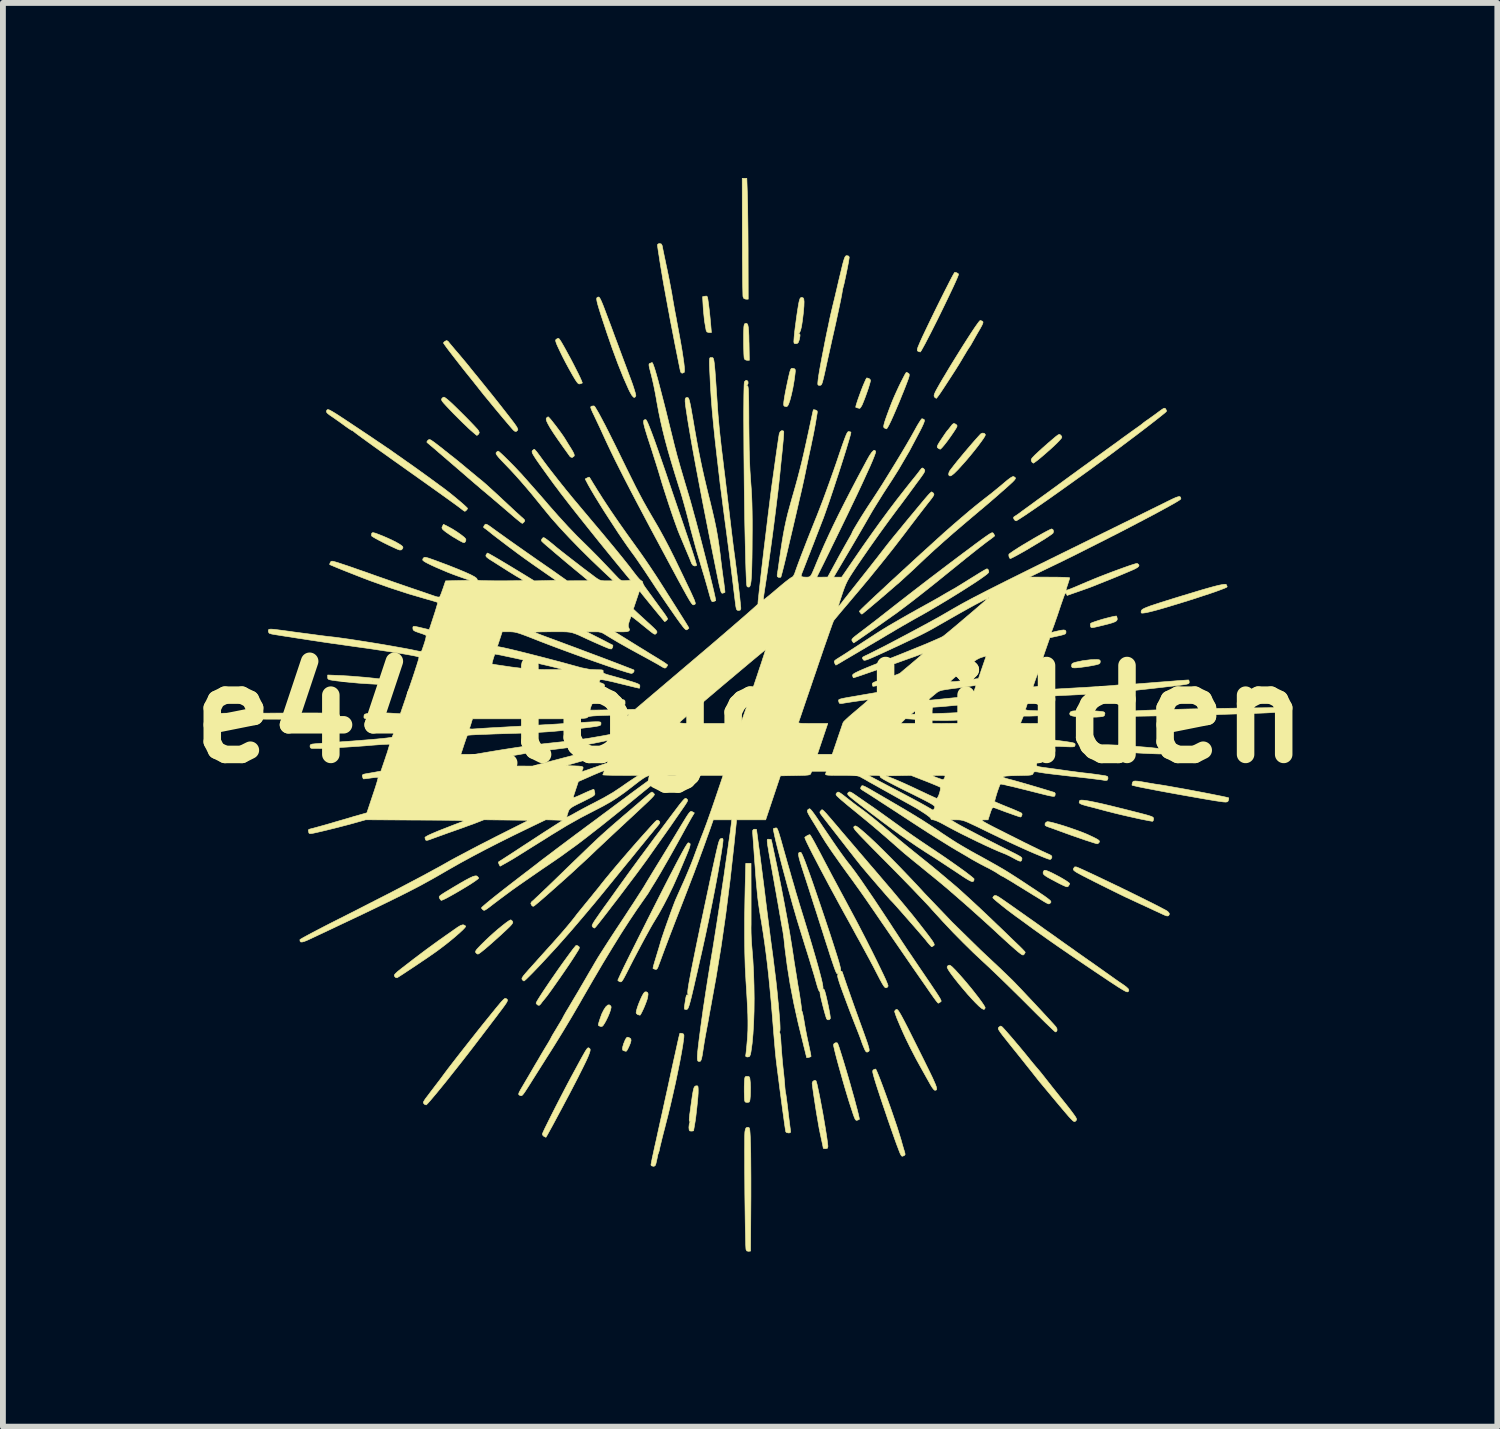
<source format=kicad_pcb>
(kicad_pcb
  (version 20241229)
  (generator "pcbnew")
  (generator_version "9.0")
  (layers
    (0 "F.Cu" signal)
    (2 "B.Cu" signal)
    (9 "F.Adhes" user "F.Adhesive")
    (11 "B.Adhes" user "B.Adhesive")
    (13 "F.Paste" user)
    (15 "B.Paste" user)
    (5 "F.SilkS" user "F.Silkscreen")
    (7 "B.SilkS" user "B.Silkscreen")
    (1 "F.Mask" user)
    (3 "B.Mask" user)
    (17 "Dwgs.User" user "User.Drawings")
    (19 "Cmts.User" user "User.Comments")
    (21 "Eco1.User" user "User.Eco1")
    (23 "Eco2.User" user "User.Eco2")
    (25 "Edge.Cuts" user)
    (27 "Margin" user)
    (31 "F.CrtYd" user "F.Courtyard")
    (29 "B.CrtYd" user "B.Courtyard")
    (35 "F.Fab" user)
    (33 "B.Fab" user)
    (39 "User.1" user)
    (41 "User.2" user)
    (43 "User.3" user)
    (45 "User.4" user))
  (footprint "e44_logo_hidden"
    (layer "F.Cu")
    (at 9.804 9.189)
    (property "Reference" "e44_logo_hidden" (at 0 0 0) (layer "F.SilkS") (effects (font (size 1.524 1.524) (thickness 0.3))))
    (attr through_hole)
    (fp_poly (pts (xy -0.731 -7.15) (xy -0.724 -7.114) (xy -0.711 -7.023) (xy -0.698 -6.914) (xy -0.686 -6.8) (xy -0.676 -6.694) (xy -0.674 -6.671) (xy -0.663 -6.54) (xy -0.704 -6.54) (xy -0.739 -6.55) (xy -0.753 -6.576) (xy -0.782 -6.742) (xy -0.801 -6.931) (xy -0.804 -6.978) (xy -0.814 -7.155) (xy -0.773 -7.163) (xy -0.745 -7.165) (xy -0.731 -7.15)) (stroke (width 0.01) (type solid)) (fill yes) (layer "F.SilkS"))
    (fp_poly (pts (xy -2.081 5.539) (xy -2.072 5.543) (xy -2.044 5.563) (xy -2.04 5.593) (xy -2.042 5.602) (xy -2.054 5.643) (xy -2.073 5.689) (xy -2.094 5.733) (xy -2.113 5.766) (xy -2.125 5.777) (xy -2.147 5.772) (xy -2.164 5.767) (xy -2.183 5.757) (xy -2.187 5.733) (xy -2.183 5.702) (xy -2.168 5.649) (xy -2.145 5.593) (xy -2.142 5.585) (xy -2.121 5.548) (xy -2.103 5.535) (xy -2.081 5.539)) (stroke (width 0.01) (type solid)) (fill yes) (layer "F.SilkS"))
    (fp_poly (pts (xy -5.173 -3.213) (xy -5.102 -3.174) (xy -5.024 -3.125) (xy -4.952 -3.074) (xy -4.896 -3.03) (xy -4.894 -3.028) (xy -4.871 -2.999) (xy -4.872 -2.973) (xy -4.875 -2.966) (xy -4.887 -2.947) (xy -4.901 -2.94) (xy -4.925 -2.946) (xy -4.966 -2.967) (xy -4.993 -2.982) (xy -5.103 -3.047) (xy -5.197 -3.11) (xy -5.245 -3.147) (xy -5.274 -3.175) (xy -5.281 -3.197) (xy -5.272 -3.22) (xy -5.254 -3.254) (xy -5.173 -3.213)) (stroke (width 0.01) (type solid)) (fill yes) (layer "F.SilkS"))
    (fp_poly (pts (xy -2.388 4.999) (xy -2.381 5.018) (xy -2.388 5.057) (xy -2.407 5.115) (xy -2.435 5.182) (xy -2.467 5.248) (xy -2.489 5.288) (xy -2.516 5.331) (xy -2.536 5.35) (xy -2.557 5.352) (xy -2.568 5.348) (xy -2.588 5.341) (xy -2.599 5.332) (xy -2.6 5.316) (xy -2.592 5.284) (xy -2.575 5.23) (xy -2.572 5.221) (xy -2.542 5.137) (xy -2.507 5.067) (xy -2.472 5.014) (xy -2.438 4.984) (xy -2.414 4.98) (xy -2.388 4.999)) (stroke (width 0.01) (type solid)) (fill yes) (layer "F.SilkS"))
    (fp_poly (pts (xy 5.961 -0.936) (xy 5.988 -0.93) (xy 5.999 -0.918) (xy 6.001 -0.899) (xy 5.996 -0.877) (xy 5.978 -0.861) (xy 5.939 -0.849) (xy 5.917 -0.844) (xy 5.841 -0.829) (xy 5.755 -0.815) (xy 5.672 -0.804) (xy 5.6 -0.796) (xy 5.56 -0.794) (xy 5.524 -0.797) (xy 5.51 -0.813) (xy 5.509 -0.833) (xy 5.514 -0.86) (xy 5.536 -0.877) (xy 5.574 -0.89) (xy 5.7 -0.917) (xy 5.828 -0.933) (xy 5.909 -0.937) (xy 5.961 -0.936)) (stroke (width 0.01) (type solid)) (fill yes) (layer "F.SilkS"))
    (fp_poly (pts (xy -1.778 4.758) (xy -1.756 4.77) (xy -1.748 4.794) (xy -1.753 4.837) (xy -1.763 4.882) (xy -1.778 4.926) (xy -1.799 4.981) (xy -1.823 5.039) (xy -1.848 5.092) (xy -1.869 5.133) (xy -1.884 5.156) (xy -1.888 5.158) (xy -1.909 5.152) (xy -1.925 5.148) (xy -1.948 5.129) (xy -1.953 5.113) (xy -1.946 5.075) (xy -1.929 5.017) (xy -1.904 4.949) (xy -1.874 4.878) (xy -1.852 4.831) (xy -1.826 4.784) (xy -1.805 4.761) (xy -1.784 4.757) (xy -1.778 4.758)) (stroke (width 0.01) (type solid)) (fill yes) (layer "F.SilkS"))
    (fp_poly (pts (xy -0.051 -6.692) (xy -0.039 -6.671) (xy -0.031 -6.632) (xy -0.025 -6.572) (xy -0.021 -6.487) (xy -0.019 -6.374) (xy -0.018 -6.365) (xy -0.013 -6.064) (xy -0.052 -6.064) (xy -0.087 -6.075) (xy -0.101 -6.1) (xy -0.104 -6.127) (xy -0.107 -6.18) (xy -0.109 -6.253) (xy -0.111 -6.339) (xy -0.111 -6.41) (xy -0.111 -6.511) (xy -0.109 -6.585) (xy -0.107 -6.636) (xy -0.102 -6.668) (xy -0.096 -6.686) (xy -0.087 -6.694) (xy -0.086 -6.694) (xy -0.066 -6.698) (xy -0.051 -6.692)) (stroke (width 0.01) (type solid)) (fill yes) (layer "F.SilkS"))
    (fp_poly (pts (xy -0.046 -8.89) (xy -0.044 -8.811) (xy -0.041 -8.705) (xy -0.04 -8.578) (xy -0.038 -8.434) (xy -0.036 -8.278) (xy -0.035 -8.115) (xy -0.034 -7.95) (xy -0.034 -7.854) (xy -0.032 -7.112) (xy -0.071 -7.112) (xy -0.105 -7.122) (xy -0.121 -7.153) (xy -0.123 -7.176) (xy -0.124 -7.227) (xy -0.126 -7.305) (xy -0.128 -7.406) (xy -0.129 -7.527) (xy -0.13 -7.666) (xy -0.132 -7.82) (xy -0.132 -7.986) (xy -0.133 -8.161) (xy -0.133 -8.189) (xy -0.135 -9.184) (xy -0.056 -9.184) (xy -0.046 -8.89)) (stroke (width 0.01) (type solid)) (fill yes) (layer "F.SilkS"))
    (fp_poly (pts (xy 6.284 -1.669) (xy 6.291 -1.642) (xy 6.291 -1.62) (xy 6.28 -1.601) (xy 6.253 -1.584) (xy 6.206 -1.566) (xy 6.136 -1.546) (xy 6.064 -1.528) (xy 5.978 -1.507) (xy 5.918 -1.493) (xy 5.878 -1.485) (xy 5.855 -1.484) (xy 5.843 -1.488) (xy 5.837 -1.497) (xy 5.834 -1.51) (xy 5.831 -1.542) (xy 5.836 -1.556) (xy 5.86 -1.569) (xy 5.908 -1.586) (xy 5.972 -1.607) (xy 6.044 -1.629) (xy 6.119 -1.649) (xy 6.187 -1.666) (xy 6.243 -1.678) (xy 6.278 -1.683) (xy 6.284 -1.669)) (stroke (width 0.01) (type solid)) (fill yes) (layer "F.SilkS"))
    (fp_poly (pts (xy -0.025 6.209) (xy -0.011 6.218) (xy -0.004 6.241) (xy 0.001 6.286) (xy 0.004 6.318) (xy 0.007 6.398) (xy 0.006 6.485) (xy 0.004 6.54) (xy -0.001 6.598) (xy -0.007 6.632) (xy -0.017 6.647) (xy -0.036 6.651) (xy -0.049 6.652) (xy -0.073 6.65) (xy -0.087 6.641) (xy -0.094 6.618) (xy -0.097 6.573) (xy -0.098 6.544) (xy -0.1 6.469) (xy -0.1 6.383) (xy -0.098 6.322) (xy -0.095 6.263) (xy -0.09 6.229) (xy -0.081 6.212) (xy -0.064 6.207) (xy -0.049 6.207) (xy -0.025 6.209)) (stroke (width 0.01) (type solid)) (fill yes) (layer "F.SilkS"))
    (fp_poly (pts (xy 5.836 -0.061) (xy 5.93 -0.055) (xy 5.959 -0.053) (xy 6.02 -0.047) (xy 6.056 -0.041) (xy 6.074 -0.031) (xy 6.08 -0.016) (xy 6.08 -0.006) (xy 6.069 0.027) (xy 6.044 0.039) (xy 5.997 0.045) (xy 5.928 0.05) (xy 5.845 0.051) (xy 5.759 0.051) (xy 5.679 0.048) (xy 5.638 0.045) (xy 5.564 0.038) (xy 5.517 0.029) (xy 5.49 0.018) (xy 5.479 0.003) (xy 5.477 -0.013) (xy 5.489 -0.039) (xy 5.526 -0.054) (xy 5.577 -0.059) (xy 5.651 -0.063) (xy 5.74 -0.063) (xy 5.836 -0.061)) (stroke (width 0.01) (type solid)) (fill yes) (layer "F.SilkS"))
    (fp_poly (pts (xy 5.069 2.676) (xy 5.069 2.676) (xy 5.114 2.693) (xy 5.173 2.72) (xy 5.239 2.754) (xy 5.307 2.79) (xy 5.371 2.827) (xy 5.424 2.86) (xy 5.462 2.887) (xy 5.477 2.903) (xy 5.477 2.904) (xy 5.468 2.924) (xy 5.456 2.943) (xy 5.446 2.954) (xy 5.431 2.958) (xy 5.408 2.952) (xy 5.37 2.936) (xy 5.312 2.908) (xy 5.262 2.882) (xy 5.171 2.834) (xy 5.105 2.798) (xy 5.06 2.77) (xy 5.034 2.748) (xy 5.022 2.728) (xy 5.022 2.709) (xy 5.024 2.701) (xy 5.04 2.675) (xy 5.069 2.676)) (stroke (width 0.01) (type solid)) (fill yes) (layer "F.SilkS"))
    (fp_poly (pts (xy -6.42 -3.102) (xy -6.367 -3.082) (xy -6.291 -3.052) (xy -6.286 -3.05) (xy -6.206 -3.015) (xy -6.128 -2.979) (xy -6.062 -2.945) (xy -6.021 -2.922) (xy -5.975 -2.892) (xy -5.953 -2.872) (xy -5.949 -2.854) (xy -5.954 -2.84) (xy -5.973 -2.817) (xy -6.002 -2.813) (xy -6.048 -2.829) (xy -6.048 -2.829) (xy -6.122 -2.863) (xy -6.201 -2.9) (xy -6.28 -2.939) (xy -6.353 -2.977) (xy -6.415 -3.01) (xy -6.461 -3.037) (xy -6.485 -3.054) (xy -6.487 -3.057) (xy -6.487 -3.088) (xy -6.482 -3.102) (xy -6.472 -3.11) (xy -6.453 -3.11) (xy -6.42 -3.102)) (stroke (width 0.01) (type solid)) (fill yes) (layer "F.SilkS"))
    (fp_poly (pts (xy 0.739 -5.925) (xy 0.762 -5.919) (xy 0.773 -5.906) (xy 0.775 -5.878) (xy 0.77 -5.828) (xy 0.754 -5.711) (xy 0.733 -5.589) (xy 0.708 -5.475) (xy 0.683 -5.379) (xy 0.681 -5.374) (xy 0.661 -5.316) (xy 0.644 -5.283) (xy 0.625 -5.271) (xy 0.619 -5.271) (xy 0.589 -5.278) (xy 0.579 -5.286) (xy 0.575 -5.309) (xy 0.578 -5.354) (xy 0.588 -5.423) (xy 0.605 -5.518) (xy 0.629 -5.636) (xy 0.651 -5.739) (xy 0.668 -5.815) (xy 0.681 -5.867) (xy 0.692 -5.901) (xy 0.703 -5.92) (xy 0.715 -5.927) (xy 0.729 -5.927) (xy 0.739 -5.925)) (stroke (width 0.01) (type solid)) (fill yes) (layer "F.SilkS"))
    (fp_poly (pts (xy 2.038 -5.753) (xy 2.061 -5.73) (xy 2.064 -5.719) (xy 2.058 -5.691) (xy 2.044 -5.642) (xy 2.024 -5.577) (xy 1.999 -5.505) (xy 1.973 -5.433) (xy 1.948 -5.368) (xy 1.927 -5.317) (xy 1.919 -5.298) (xy 1.898 -5.262) (xy 1.881 -5.242) (xy 1.877 -5.241) (xy 1.853 -5.246) (xy 1.838 -5.25) (xy 1.814 -5.258) (xy 1.81 -5.261) (xy 1.815 -5.289) (xy 1.83 -5.338) (xy 1.851 -5.402) (xy 1.877 -5.474) (xy 1.905 -5.55) (xy 1.933 -5.622) (xy 1.96 -5.685) (xy 1.981 -5.733) (xy 1.996 -5.759) (xy 2 -5.763) (xy 2.038 -5.753)) (stroke (width 0.01) (type solid)) (fill yes) (layer "F.SilkS"))
    (fp_poly (pts (xy -3.446 -5.084) (xy -3.417 -5.052) (xy -3.379 -5.004) (xy -3.335 -4.948) (xy -3.289 -4.887) (xy -3.245 -4.827) (xy -3.208 -4.775) (xy -3.182 -4.736) (xy -3.159 -4.699) (xy -3.126 -4.645) (xy -3.088 -4.584) (xy -3.075 -4.564) (xy -3.038 -4.502) (xy -3.018 -4.461) (xy -3.012 -4.435) (xy -3.018 -4.42) (xy -3.049 -4.399) (xy -3.079 -4.409) (xy -3.088 -4.419) (xy -3.2 -4.575) (xy -3.293 -4.707) (xy -3.368 -4.817) (xy -3.425 -4.906) (xy -3.464 -4.975) (xy -3.488 -5.026) (xy -3.495 -5.059) (xy -3.491 -5.074) (xy -3.469 -5.093) (xy -3.459 -5.096) (xy -3.446 -5.084)) (stroke (width 0.01) (type solid)) (fill yes) (layer "F.SilkS"))
    (fp_poly (pts (xy -4.676 2.777) (xy -4.656 2.799) (xy -4.651 2.81) (xy -4.665 2.824) (xy -4.701 2.851) (xy -4.755 2.888) (xy -4.824 2.932) (xy -4.901 2.979) (xy -4.983 3.028) (xy -5.064 3.075) (xy -5.139 3.117) (xy -5.205 3.153) (xy -5.256 3.178) (xy -5.288 3.19) (xy -5.293 3.191) (xy -5.306 3.179) (xy -5.319 3.158) (xy -5.326 3.144) (xy -5.328 3.132) (xy -5.322 3.119) (xy -5.305 3.103) (xy -5.273 3.081) (xy -5.223 3.049) (xy -5.151 3.006) (xy -5.08 2.963) (xy -4.965 2.895) (xy -4.874 2.843) (xy -4.803 2.806) (xy -4.751 2.782) (xy -4.713 2.771) (xy -4.688 2.771) (xy -4.676 2.777)) (stroke (width 0.01) (type solid)) (fill yes) (layer "F.SilkS"))
    (fp_poly (pts (xy -4.083 3.536) (xy -4.07 3.553) (xy -4.066 3.565) (xy -4.071 3.582) (xy -4.088 3.606) (xy -4.119 3.64) (xy -4.168 3.687) (xy -4.238 3.752) (xy -4.26 3.773) (xy -4.37 3.872) (xy -4.466 3.957) (xy -4.544 4.024) (xy -4.605 4.073) (xy -4.646 4.103) (xy -4.665 4.112) (xy -4.686 4.101) (xy -4.7 4.086) (xy -4.706 4.074) (xy -4.702 4.058) (xy -4.687 4.034) (xy -4.656 4) (xy -4.608 3.95) (xy -4.54 3.883) (xy -4.469 3.816) (xy -4.394 3.748) (xy -4.32 3.684) (xy -4.249 3.626) (xy -4.188 3.578) (xy -4.139 3.543) (xy -4.107 3.526) (xy -4.1 3.524) (xy -4.083 3.536)) (stroke (width 0.01) (type solid)) (fill yes) (layer "F.SilkS"))
    (fp_poly (pts (xy 3.434 4.307) (xy 3.462 4.329) (xy 3.504 4.371) (xy 3.519 4.386) (xy 3.585 4.459) (xy 3.656 4.539) (xy 3.728 4.624) (xy 3.799 4.71) (xy 3.865 4.794) (xy 3.924 4.87) (xy 3.972 4.936) (xy 4.007 4.988) (xy 4.026 5.022) (xy 4.028 5.032) (xy 4.019 5.054) (xy 3.999 5.058) (xy 3.969 5.042) (xy 3.924 5.005) (xy 3.864 4.946) (xy 3.807 4.886) (xy 3.733 4.805) (xy 3.658 4.717) (xy 3.584 4.629) (xy 3.516 4.544) (xy 3.458 4.468) (xy 3.413 4.405) (xy 3.389 4.365) (xy 3.376 4.334) (xy 3.384 4.316) (xy 3.397 4.306) (xy 3.414 4.3) (xy 3.434 4.307)) (stroke (width 0.01) (type solid)) (fill yes) (layer "F.SilkS"))
    (fp_poly (pts (xy 3.509 -4.978) (xy 3.531 -4.964) (xy 3.544 -4.952) (xy 3.547 -4.937) (xy 3.538 -4.914) (xy 3.515 -4.876) (xy 3.477 -4.818) (xy 3.476 -4.817) (xy 3.426 -4.745) (xy 3.377 -4.677) (xy 3.331 -4.618) (xy 3.293 -4.573) (xy 3.266 -4.546) (xy 3.257 -4.541) (xy 3.237 -4.55) (xy 3.219 -4.562) (xy 3.208 -4.573) (xy 3.207 -4.589) (xy 3.217 -4.614) (xy 3.24 -4.654) (xy 3.28 -4.715) (xy 3.281 -4.716) (xy 3.319 -4.773) (xy 3.351 -4.82) (xy 3.373 -4.85) (xy 3.379 -4.858) (xy 3.394 -4.874) (xy 3.42 -4.907) (xy 3.434 -4.925) (xy 3.465 -4.965) (xy 3.487 -4.981) (xy 3.509 -4.978)) (stroke (width 0.01) (type solid)) (fill yes) (layer "F.SilkS"))
    (fp_poly (pts (xy 5.312 -4.791) (xy 5.327 -4.777) (xy 5.327 -4.777) (xy 5.34 -4.761) (xy 5.342 -4.746) (xy 5.332 -4.726) (xy 5.305 -4.695) (xy 5.26 -4.648) (xy 5.254 -4.642) (xy 5.211 -4.601) (xy 5.157 -4.551) (xy 5.096 -4.497) (xy 5.033 -4.442) (xy 4.973 -4.391) (xy 4.92 -4.348) (xy 4.879 -4.318) (xy 4.857 -4.303) (xy 4.854 -4.302) (xy 4.838 -4.313) (xy 4.827 -4.325) (xy 4.816 -4.356) (xy 4.824 -4.378) (xy 4.844 -4.403) (xy 4.886 -4.446) (xy 4.946 -4.502) (xy 5.02 -4.569) (xy 5.106 -4.645) (xy 5.193 -4.719) (xy 5.244 -4.762) (xy 5.277 -4.786) (xy 5.298 -4.795) (xy 5.312 -4.791)) (stroke (width 0.01) (type solid)) (fill yes) (layer "F.SilkS"))
    (fp_poly (pts (xy 5.191 -3.162) (xy 5.2 -3.134) (xy 5.192 -3.104) (xy 5.19 -3.102) (xy 5.167 -3.083) (xy 5.122 -3.052) (xy 5.06 -3.011) (xy 4.984 -2.964) (xy 4.9 -2.913) (xy 4.811 -2.86) (xy 4.724 -2.808) (xy 4.641 -2.761) (xy 4.569 -2.721) (xy 4.51 -2.69) (xy 4.471 -2.671) (xy 4.457 -2.667) (xy 4.445 -2.68) (xy 4.437 -2.7) (xy 4.433 -2.732) (xy 4.439 -2.745) (xy 4.474 -2.771) (xy 4.528 -2.808) (xy 4.598 -2.853) (xy 4.679 -2.903) (xy 4.767 -2.955) (xy 4.856 -3.008) (xy 4.942 -3.057) (xy 5.021 -3.102) (xy 5.088 -3.138) (xy 5.138 -3.163) (xy 5.167 -3.175) (xy 5.17 -3.175) (xy 5.191 -3.162)) (stroke (width 0.01) (type solid)) (fill yes) (layer "F.SilkS"))
    (fp_poly (pts (xy -3.266 -6.425) (xy -3.24 -6.386) (xy -3.206 -6.328) (xy -3.165 -6.255) (xy -3.12 -6.172) (xy -3.072 -6.084) (xy -3.025 -5.994) (xy -2.981 -5.907) (xy -2.941 -5.828) (xy -2.909 -5.761) (xy -2.887 -5.711) (xy -2.876 -5.681) (xy -2.876 -5.675) (xy -2.894 -5.668) (xy -2.915 -5.661) (xy -2.931 -5.66) (xy -2.947 -5.668) (xy -2.967 -5.691) (xy -2.995 -5.732) (xy -3.033 -5.795) (xy -3.053 -5.83) (xy -3.103 -5.919) (xy -3.159 -6.022) (xy -3.213 -6.127) (xy -3.252 -6.207) (xy -3.29 -6.287) (xy -3.315 -6.343) (xy -3.328 -6.38) (xy -3.333 -6.404) (xy -3.329 -6.418) (xy -3.321 -6.426) (xy -3.293 -6.44) (xy -3.28 -6.44) (xy -3.266 -6.425)) (stroke (width 0.01) (type solid)) (fill yes) (layer "F.SilkS"))
    (fp_poly (pts (xy 4.017 -4.811) (xy 4.032 -4.79) (xy 4.032 -4.787) (xy 4.022 -4.762) (xy 3.994 -4.718) (xy 3.951 -4.658) (xy 3.897 -4.586) (xy 3.834 -4.506) (xy 3.766 -4.423) (xy 3.696 -4.34) (xy 3.626 -4.262) (xy 3.562 -4.191) (xy 3.55 -4.179) (xy 3.494 -4.124) (xy 3.453 -4.092) (xy 3.426 -4.082) (xy 3.409 -4.092) (xy 3.403 -4.104) (xy 3.405 -4.133) (xy 3.421 -4.17) (xy 3.422 -4.171) (xy 3.448 -4.206) (xy 3.489 -4.259) (xy 3.542 -4.326) (xy 3.604 -4.401) (xy 3.671 -4.482) (xy 3.739 -4.562) (xy 3.804 -4.638) (xy 3.863 -4.705) (xy 3.911 -4.759) (xy 3.945 -4.796) (xy 3.957 -4.807) (xy 3.987 -4.818) (xy 4.017 -4.811)) (stroke (width 0.01) (type solid)) (fill yes) (layer "F.SilkS"))
    (fp_poly (pts (xy -7.005 -0.662) (xy -6.881 -0.655) (xy -6.74 -0.644) (xy -6.593 -0.632) (xy -6.449 -0.617) (xy -6.318 -0.602) (xy -6.231 -0.591) (xy -6.182 -0.581) (xy -6.157 -0.568) (xy -6.147 -0.547) (xy -6.146 -0.542) (xy -6.141 -0.506) (xy -6.321 -0.511) (xy -6.411 -0.514) (xy -6.519 -0.52) (xy -6.629 -0.527) (xy -6.715 -0.533) (xy -6.813 -0.542) (xy -6.916 -0.552) (xy -7.013 -0.563) (xy -7.019 -0.564) (xy -6.477 -0.564) (xy -6.469 -0.556) (xy -6.461 -0.564) (xy -6.469 -0.572) (xy -6.477 -0.564) (xy -7.019 -0.564) (xy -7.084 -0.571) (xy -7.155 -0.581) (xy -7.2 -0.589) (xy -7.225 -0.598) (xy -7.236 -0.609) (xy -7.239 -0.626) (xy -7.239 -0.632) (xy -7.239 -0.672) (xy -7.005 -0.662)) (stroke (width 0.01) (type solid)) (fill yes) (layer "F.SilkS"))
    (fp_poly (pts (xy -5.218 -5.418) (xy -5.186 -5.393) (xy -5.153 -5.365) (xy -5.104 -5.32) (xy -5.044 -5.262) (xy -4.976 -5.195) (xy -4.906 -5.125) (xy -4.836 -5.055) (xy -4.772 -4.989) (xy -4.718 -4.932) (xy -4.678 -4.889) (xy -4.656 -4.862) (xy -4.656 -4.862) (xy -4.641 -4.83) (xy -4.648 -4.807) (xy -4.651 -4.802) (xy -4.673 -4.782) (xy -4.683 -4.778) (xy -4.698 -4.789) (xy -4.731 -4.817) (xy -4.779 -4.858) (xy -4.835 -4.909) (xy -4.843 -4.918) (xy -4.915 -4.986) (xy -4.998 -5.068) (xy -5.081 -5.151) (xy -5.148 -5.221) (xy -5.209 -5.286) (xy -5.251 -5.332) (xy -5.276 -5.363) (xy -5.287 -5.385) (xy -5.288 -5.399) (xy -5.28 -5.412) (xy -5.277 -5.415) (xy -5.26 -5.431) (xy -5.243 -5.433) (xy -5.218 -5.418)) (stroke (width 0.01) (type solid)) (fill yes) (layer "F.SilkS"))
    (fp_poly (pts (xy 0.902 -7.138) (xy 0.908 -7.135) (xy 0.92 -7.116) (xy 0.925 -7.069) (xy 0.923 -6.994) (xy 0.914 -6.889) (xy 0.898 -6.754) (xy 0.896 -6.74) (xy 0.881 -6.642) (xy 0.864 -6.574) (xy 0.846 -6.536) (xy 0.845 -6.535) (xy 0.832 -6.516) (xy 0.837 -6.515) (xy 0.837 -6.515) (xy 0.853 -6.514) (xy 0.856 -6.485) (xy 0.846 -6.431) (xy 0.841 -6.41) (xy 0.825 -6.369) (xy 0.805 -6.352) (xy 0.785 -6.35) (xy 0.765 -6.351) (xy 0.754 -6.359) (xy 0.75 -6.382) (xy 0.752 -6.424) (xy 0.755 -6.465) (xy 0.762 -6.536) (xy 0.772 -6.623) (xy 0.785 -6.719) (xy 0.798 -6.817) (xy 0.812 -6.911) (xy 0.825 -6.992) (xy 0.836 -7.054) (xy 0.843 -7.084) (xy 0.857 -7.126) (xy 0.874 -7.142) (xy 0.902 -7.138)) (stroke (width 0.01) (type solid)) (fill yes) (layer "F.SilkS"))
    (fp_poly (pts (xy 2.702 -5.849) (xy 2.718 -5.838) (xy 2.726 -5.829) (xy 2.728 -5.814) (xy 2.725 -5.79) (xy 2.714 -5.753) (xy 2.694 -5.699) (xy 2.665 -5.623) (xy 2.626 -5.524) (xy 2.613 -5.493) (xy 2.556 -5.352) (xy 2.502 -5.225) (xy 2.454 -5.114) (xy 2.413 -5.023) (xy 2.379 -4.954) (xy 2.354 -4.909) (xy 2.339 -4.89) (xy 2.337 -4.89) (xy 2.315 -4.898) (xy 2.3 -4.906) (xy 2.292 -4.914) (xy 2.289 -4.93) (xy 2.292 -4.955) (xy 2.302 -4.995) (xy 2.32 -5.051) (xy 2.347 -5.127) (xy 2.384 -5.227) (xy 2.425 -5.334) (xy 2.45 -5.395) (xy 2.481 -5.467) (xy 2.517 -5.546) (xy 2.554 -5.626) (xy 2.591 -5.701) (xy 2.625 -5.767) (xy 2.652 -5.819) (xy 2.671 -5.85) (xy 2.679 -5.858) (xy 2.702 -5.849)) (stroke (width 0.01) (type solid)) (fill yes) (layer "F.SilkS"))
    (fp_poly (pts (xy 5.137 1.847) (xy 5.2 1.862) (xy 5.282 1.885) (xy 5.375 1.913) (xy 5.475 1.946) (xy 5.575 1.981) (xy 5.669 2.015) (xy 5.752 2.048) (xy 5.812 2.075) (xy 5.889 2.111) (xy 5.941 2.138) (xy 5.971 2.157) (xy 5.985 2.172) (xy 5.987 2.185) (xy 5.984 2.193) (xy 5.963 2.216) (xy 5.949 2.221) (xy 5.928 2.216) (xy 5.882 2.202) (xy 5.818 2.181) (xy 5.74 2.156) (xy 5.683 2.136) (xy 5.588 2.103) (xy 5.492 2.07) (xy 5.404 2.038) (xy 5.333 2.012) (xy 5.31 2.004) (xy 5.243 1.979) (xy 5.18 1.956) (xy 5.131 1.939) (xy 5.124 1.937) (xy 5.084 1.922) (xy 5.059 1.908) (xy 5.056 1.905) (xy 5.054 1.877) (xy 5.072 1.851) (xy 5.097 1.841) (xy 5.137 1.847)) (stroke (width 0.01) (type solid)) (fill yes) (layer "F.SilkS"))
    (fp_poly (pts (xy -4.907 3.611) (xy -4.881 3.625) (xy -4.874 3.636) (xy -4.886 3.656) (xy -4.92 3.692) (xy -4.972 3.741) (xy -5.038 3.799) (xy -5.115 3.864) (xy -5.198 3.931) (xy -5.285 3.998) (xy -5.371 4.062) (xy -5.415 4.093) (xy -5.474 4.134) (xy -5.546 4.184) (xy -5.627 4.238) (xy -5.711 4.295) (xy -5.795 4.351) (xy -5.874 4.403) (xy -5.943 4.449) (xy -5.999 4.485) (xy -6.037 4.509) (xy -6.051 4.517) (xy -6.075 4.511) (xy -6.091 4.494) (xy -6.097 4.479) (xy -6.093 4.463) (xy -6.074 4.441) (xy -6.038 4.408) (xy -5.98 4.362) (xy -5.972 4.356) (xy -5.765 4.196) (xy -5.553 4.036) (xy -5.347 3.886) (xy -5.191 3.776) (xy -5.129 3.733) (xy -5.066 3.688) (xy -5.014 3.652) (xy -4.961 3.62) (xy -4.923 3.609) (xy -4.907 3.611)) (stroke (width 0.01) (type solid)) (fill yes) (layer "F.SilkS"))
    (fp_poly (pts (xy -2.945 3.974) (xy -2.928 3.989) (xy -2.926 4.006) (xy -2.938 4.033) (xy -2.953 4.058) (xy -2.993 4.122) (xy -3.045 4.203) (xy -3.107 4.296) (xy -3.175 4.396) (xy -3.246 4.499) (xy -3.316 4.599) (xy -3.382 4.693) (xy -3.44 4.774) (xy -3.488 4.839) (xy -3.522 4.881) (xy -3.523 4.882) (xy -3.557 4.923) (xy -3.585 4.961) (xy -3.588 4.965) (xy -3.611 4.988) (xy -3.635 4.986) (xy -3.639 4.983) (xy -3.662 4.963) (xy -3.667 4.951) (xy -3.658 4.93) (xy -3.633 4.887) (xy -3.594 4.825) (xy -3.544 4.748) (xy -3.485 4.66) (xy -3.42 4.564) (xy -3.35 4.463) (xy -3.28 4.362) (xy -3.21 4.264) (xy -3.144 4.173) (xy -3.084 4.091) (xy -3.033 4.023) (xy -2.992 3.973) (xy -2.985 3.965) (xy -2.966 3.963) (xy -2.945 3.974)) (stroke (width 0.01) (type solid)) (fill yes) (layer "F.SilkS"))
    (fp_poly (pts (xy 1.491 5.631) (xy 1.501 5.641) (xy 1.522 5.698) (xy 1.547 5.776) (xy 1.577 5.871) (xy 1.61 5.979) (xy 1.645 6.096) (xy 1.681 6.218) (xy 1.717 6.343) (xy 1.751 6.465) (xy 1.784 6.581) (xy 1.812 6.687) (xy 1.837 6.78) (xy 1.856 6.856) (xy 1.868 6.91) (xy 1.873 6.939) (xy 1.872 6.943) (xy 1.853 6.952) (xy 1.833 6.959) (xy 1.822 6.96) (xy 1.811 6.954) (xy 1.799 6.938) (xy 1.785 6.906) (xy 1.767 6.857) (xy 1.744 6.786) (xy 1.713 6.691) (xy 1.694 6.632) (xy 1.662 6.527) (xy 1.628 6.413) (xy 1.593 6.293) (xy 1.559 6.172) (xy 1.526 6.055) (xy 1.496 5.945) (xy 1.47 5.847) (xy 1.45 5.766) (xy 1.436 5.705) (xy 1.429 5.67) (xy 1.429 5.665) (xy 1.44 5.643) (xy 1.466 5.63) (xy 1.491 5.631)) (stroke (width 0.01) (type solid)) (fill yes) (layer "F.SilkS"))
    (fp_poly (pts (xy 3.54 -7.565) (xy 3.566 -7.55) (xy 3.572 -7.538) (xy 3.565 -7.515) (xy 3.546 -7.468) (xy 3.516 -7.4) (xy 3.477 -7.315) (xy 3.43 -7.216) (xy 3.378 -7.107) (xy 3.322 -6.991) (xy 3.264 -6.872) (xy 3.205 -6.752) (xy 3.147 -6.637) (xy 3.092 -6.528) (xy 3.041 -6.43) (xy 2.997 -6.345) (xy 2.96 -6.278) (xy 2.934 -6.231) (xy 2.918 -6.209) (xy 2.916 -6.207) (xy 2.887 -6.216) (xy 2.874 -6.222) (xy 2.865 -6.233) (xy 2.866 -6.254) (xy 2.876 -6.289) (xy 2.899 -6.344) (xy 2.92 -6.393) (xy 2.953 -6.466) (xy 2.995 -6.554) (xy 3.043 -6.655) (xy 3.096 -6.765) (xy 3.152 -6.88) (xy 3.209 -6.996) (xy 3.266 -7.111) (xy 3.321 -7.221) (xy 3.372 -7.321) (xy 3.417 -7.41) (xy 3.455 -7.483) (xy 3.484 -7.536) (xy 3.502 -7.566) (xy 3.507 -7.572) (xy 3.54 -7.565)) (stroke (width 0.01) (type solid)) (fill yes) (layer "F.SilkS"))
    (fp_poly (pts (xy 5.716 1.474) (xy 5.79 1.485) (xy 5.893 1.505) (xy 6.023 1.533) (xy 6.183 1.571) (xy 6.372 1.618) (xy 6.382 1.62) (xy 6.524 1.656) (xy 6.638 1.685) (xy 6.727 1.708) (xy 6.795 1.726) (xy 6.844 1.741) (xy 6.877 1.752) (xy 6.898 1.762) (xy 6.908 1.771) (xy 6.913 1.78) (xy 6.914 1.79) (xy 6.914 1.795) (xy 6.908 1.824) (xy 6.898 1.835) (xy 6.878 1.833) (xy 6.832 1.825) (xy 6.766 1.812) (xy 6.685 1.796) (xy 6.604 1.778) (xy 6.492 1.753) (xy 6.37 1.725) (xy 6.25 1.696) (xy 6.144 1.669) (xy 6.104 1.659) (xy 6.011 1.634) (xy 5.917 1.609) (xy 5.832 1.587) (xy 5.766 1.57) (xy 5.759 1.568) (xy 5.693 1.549) (xy 5.654 1.532) (xy 5.639 1.514) (xy 5.643 1.491) (xy 5.65 1.479) (xy 5.67 1.472) (xy 5.716 1.474)) (stroke (width 0.01) (type solid)) (fill yes) (layer "F.SilkS"))
    (fp_poly (pts (xy 8.151 -2.226) (xy 8.162 -2.219) (xy 8.174 -2.191) (xy 8.175 -2.183) (xy 8.161 -2.172) (xy 8.119 -2.154) (xy 8.055 -2.13) (xy 7.971 -2.099) (xy 7.871 -2.065) (xy 7.758 -2.028) (xy 7.637 -1.988) (xy 7.511 -1.948) (xy 7.383 -1.908) (xy 7.258 -1.87) (xy 7.139 -1.834) (xy 7.029 -1.802) (xy 6.932 -1.775) (xy 6.852 -1.755) (xy 6.792 -1.741) (xy 6.773 -1.738) (xy 6.728 -1.732) (xy 6.706 -1.734) (xy 6.7 -1.747) (xy 6.702 -1.764) (xy 6.706 -1.777) (xy 6.715 -1.789) (xy 6.732 -1.802) (xy 6.761 -1.817) (xy 6.802 -1.834) (xy 6.86 -1.856) (xy 6.936 -1.881) (xy 7.033 -1.913) (xy 7.154 -1.951) (xy 7.302 -1.997) (xy 7.39 -2.024) (xy 7.569 -2.078) (xy 7.72 -2.124) (xy 7.845 -2.16) (xy 7.946 -2.188) (xy 8.025 -2.208) (xy 8.084 -2.22) (xy 8.125 -2.226) (xy 8.151 -2.226)) (stroke (width 0.01) (type solid)) (fill yes) (layer "F.SilkS"))
    (fp_poly (pts (xy -0.893 6.38) (xy -0.89 6.411) (xy -0.889 6.448) (xy -0.89 6.496) (xy -0.894 6.556) (xy -0.901 6.633) (xy -0.911 6.732) (xy -0.925 6.856) (xy -0.93 6.898) (xy -0.939 6.965) (xy -0.951 7.036) (xy -0.954 7.055) (xy -0.962 7.1) (xy -0.967 7.131) (xy -0.968 7.138) (xy -0.982 7.142) (xy -1.008 7.144) (xy -1.033 7.141) (xy -1.044 7.125) (xy -1.048 7.089) (xy -1.048 7.075) (xy -1.043 7.028) (xy -1.032 6.992) (xy -1.028 6.986) (xy -1.016 6.971) (xy -1.028 6.976) (xy -1.029 6.976) (xy -1.037 6.978) (xy -1.041 6.971) (xy -1.043 6.952) (xy -1.041 6.917) (xy -1.035 6.861) (xy -1.024 6.783) (xy -1.01 6.677) (xy -1.006 6.652) (xy -0.992 6.552) (xy -0.98 6.479) (xy -0.97 6.429) (xy -0.96 6.398) (xy -0.949 6.38) (xy -0.936 6.371) (xy -0.924 6.369) (xy -0.904 6.368) (xy -0.893 6.38)) (stroke (width 0.01) (type solid)) (fill yes) (layer "F.SilkS"))
    (fp_poly (pts (xy -0.027 7.081) (xy -0.017 7.086) (xy -0.01 7.1) (xy -0.005 7.128) (xy -0.001 7.173) (xy 0.003 7.24) (xy 0.006 7.334) (xy 0.007 7.354) (xy 0.009 7.427) (xy 0.011 7.527) (xy 0.012 7.649) (xy 0.013 7.789) (xy 0.014 7.943) (xy 0.014 8.105) (xy 0.014 8.272) (xy 0.013 8.414) (xy 0.008 9.2) (xy -0.026 9.204) (xy -0.056 9.198) (xy -0.07 9.173) (xy -0.072 9.149) (xy -0.075 9.097) (xy -0.077 9.019) (xy -0.079 8.921) (xy -0.082 8.804) (xy -0.084 8.672) (xy -0.086 8.529) (xy -0.088 8.378) (xy -0.09 8.222) (xy -0.091 8.065) (xy -0.092 7.91) (xy -0.093 7.76) (xy -0.093 7.62) (xy -0.094 7.491) (xy -0.093 7.379) (xy -0.093 7.285) (xy -0.092 7.214) (xy -0.09 7.168) (xy -0.089 7.156) (xy -0.08 7.11) (xy -0.067 7.087) (xy -0.047 7.08) (xy -0.04 7.08) (xy -0.027 7.081)) (stroke (width 0.01) (type solid)) (fill yes) (layer "F.SilkS"))
    (fp_poly (pts (xy -2.591 -7.148) (xy -2.583 -7.141) (xy -2.574 -7.128) (xy -2.561 -7.104) (xy -2.545 -7.069) (xy -2.524 -7.019) (xy -2.498 -6.952) (xy -2.466 -6.867) (xy -2.426 -6.761) (xy -2.377 -6.631) (xy -2.32 -6.475) (xy -2.27 -6.342) (xy -2.226 -6.223) (xy -2.178 -6.094) (xy -2.13 -5.966) (xy -2.086 -5.848) (xy -2.049 -5.749) (xy -2.044 -5.736) (xy -2.013 -5.651) (xy -1.988 -5.574) (xy -1.969 -5.512) (xy -1.959 -5.47) (xy -1.958 -5.455) (xy -1.976 -5.429) (xy -1.999 -5.433) (xy -2.028 -5.467) (xy -2.064 -5.531) (xy -2.082 -5.568) (xy -2.172 -5.772) (xy -2.265 -6.005) (xy -2.361 -6.265) (xy -2.46 -6.551) (xy -2.477 -6.604) (xy -2.524 -6.745) (xy -2.561 -6.858) (xy -2.589 -6.948) (xy -2.609 -7.016) (xy -2.622 -7.066) (xy -2.628 -7.101) (xy -2.629 -7.124) (xy -2.624 -7.138) (xy -2.614 -7.145) (xy -2.606 -7.148) (xy -2.599 -7.149) (xy -2.591 -7.148)) (stroke (width 0.01) (type solid)) (fill yes) (layer "F.SilkS"))
    (fp_poly (pts (xy 2.518 5.06) (xy 2.528 5.067) (xy 2.542 5.083) (xy 2.56 5.11) (xy 2.584 5.151) (xy 2.615 5.208) (xy 2.654 5.282) (xy 2.703 5.377) (xy 2.762 5.495) (xy 2.833 5.637) (xy 2.882 5.735) (xy 2.962 5.895) (xy 3.028 6.029) (xy 3.082 6.139) (xy 3.125 6.228) (xy 3.156 6.298) (xy 3.179 6.351) (xy 3.192 6.389) (xy 3.197 6.416) (xy 3.196 6.432) (xy 3.188 6.441) (xy 3.176 6.444) (xy 3.165 6.445) (xy 3.148 6.432) (xy 3.122 6.399) (xy 3.094 6.354) (xy 3.016 6.215) (xy 2.951 6.099) (xy 2.896 6) (xy 2.848 5.913) (xy 2.806 5.832) (xy 2.765 5.753) (xy 2.723 5.67) (xy 2.722 5.667) (xy 2.675 5.572) (xy 2.629 5.473) (xy 2.586 5.376) (xy 2.547 5.285) (xy 2.514 5.206) (xy 2.491 5.143) (xy 2.478 5.101) (xy 2.477 5.089) (xy 2.49 5.069) (xy 2.509 5.059) (xy 2.518 5.06)) (stroke (width 0.01) (type solid)) (fill yes) (layer "F.SilkS"))
    (fp_poly (pts (xy 9.096 -0.075) (xy 9.095 -0.058) (xy 9.088 -0.047) (xy 9.07 -0.039) (xy 9.035 -0.034) (xy 8.977 -0.03) (xy 8.918 -0.026) (xy 8.842 -0.022) (xy 8.744 -0.018) (xy 8.632 -0.014) (xy 8.517 -0.01) (xy 8.43 -0.008) (xy 8.324 -0.004) (xy 8.22 -0.001) (xy 8.126 0.002) (xy 8.049 0.005) (xy 8.001 0.008) (xy 7.96 0.009) (xy 7.89 0.011) (xy 7.798 0.014) (xy 7.685 0.016) (xy 7.557 0.019) (xy 7.417 0.022) (xy 7.27 0.024) (xy 7.195 0.025) (xy 6.509 0.037) (xy 6.509 -0.004) (xy 6.515 -0.033) (xy 6.539 -0.048) (xy 6.56 -0.053) (xy 6.596 -0.057) (xy 6.661 -0.061) (xy 6.752 -0.066) (xy 6.866 -0.07) (xy 7.001 -0.075) (xy 7.154 -0.08) (xy 7.322 -0.084) (xy 7.501 -0.089) (xy 7.691 -0.093) (xy 7.887 -0.097) (xy 8.086 -0.1) (xy 8.287 -0.103) (xy 8.338 -0.104) (xy 9.096 -0.114) (xy 9.096 -0.075)) (stroke (width 0.01) (type solid)) (fill yes) (layer "F.SilkS"))
    (fp_poly (pts (xy -7.423 -0.021) (xy -7.346 -0.02) (xy -7.285 -0.02) (xy -7.237 -0.019) (xy -7.2 -0.018) (xy -7.171 -0.016) (xy -7.149 -0.015) (xy -7.131 -0.013) (xy -7.114 -0.01) (xy -7.108 -0.01) (xy -7.06 0.001) (xy -7.038 0.014) (xy -7.033 0.032) (xy -7.04 0.062) (xy -7.048 0.071) (xy -7.068 0.074) (xy -7.117 0.077) (xy -7.19 0.079) (xy -7.284 0.081) (xy -7.396 0.083) (xy -7.523 0.084) (xy -7.66 0.085) (xy -7.804 0.085) (xy -7.953 0.086) (xy -8.102 0.085) (xy -8.248 0.085) (xy -8.387 0.084) (xy -8.516 0.082) (xy -8.631 0.081) (xy -8.684 0.079) (xy -8.793 0.077) (xy -8.892 0.074) (xy -8.976 0.071) (xy -9.04 0.069) (xy -9.08 0.067) (xy -9.092 0.067) (xy -9.095 0.05) (xy -9.096 0.024) (xy -9.096 -0.016) (xy -8.338 -0.018) (xy -8.12 -0.019) (xy -7.931 -0.02) (xy -7.769 -0.02) (xy -7.632 -0.021) (xy -7.517 -0.021) (xy -7.423 -0.021)) (stroke (width 0.01) (type solid)) (fill yes) (layer "F.SilkS"))
    (fp_poly (pts (xy -2.767 5.717) (xy -2.757 5.723) (xy -2.747 5.73) (xy -2.74 5.744) (xy -2.742 5.771) (xy -2.755 5.813) (xy -2.779 5.874) (xy -2.816 5.955) (xy -2.867 6.059) (xy -2.932 6.188) (xy -2.941 6.207) (xy -2.99 6.302) (xy -3.045 6.408) (xy -3.104 6.521) (xy -3.166 6.637) (xy -3.227 6.753) (xy -3.287 6.864) (xy -3.343 6.969) (xy -3.393 7.062) (xy -3.436 7.14) (xy -3.469 7.2) (xy -3.491 7.238) (xy -3.498 7.25) (xy -3.512 7.245) (xy -3.534 7.234) (xy -3.557 7.21) (xy -3.559 7.191) (xy -3.546 7.159) (xy -3.52 7.103) (xy -3.482 7.026) (xy -3.436 6.933) (xy -3.382 6.826) (xy -3.323 6.71) (xy -3.261 6.589) (xy -3.197 6.466) (xy -3.134 6.345) (xy -3.073 6.23) (xy -3.016 6.125) (xy -3 6.096) (xy -2.938 5.981) (xy -2.889 5.891) (xy -2.851 5.824) (xy -2.823 5.775) (xy -2.802 5.743) (xy -2.788 5.725) (xy -2.776 5.717) (xy -2.767 5.717)) (stroke (width 0.01) (type solid)) (fill yes) (layer "F.SilkS"))
    (fp_poly (pts (xy 2.161 6.095) (xy 2.179 6.136) (xy 2.205 6.199) (xy 2.237 6.281) (xy 2.274 6.379) (xy 2.314 6.488) (xy 2.356 6.604) (xy 2.399 6.724) (xy 2.441 6.845) (xy 2.481 6.962) (xy 2.518 7.071) (xy 2.549 7.169) (xy 2.575 7.253) (xy 2.587 7.292) (xy 2.606 7.361) (xy 2.626 7.43) (xy 2.641 7.479) (xy 2.654 7.524) (xy 2.656 7.548) (xy 2.644 7.561) (xy 2.628 7.569) (xy 2.612 7.575) (xy 2.599 7.572) (xy 2.587 7.558) (xy 2.571 7.527) (xy 2.55 7.474) (xy 2.521 7.397) (xy 2.519 7.393) (xy 2.487 7.305) (xy 2.449 7.197) (xy 2.406 7.074) (xy 2.36 6.942) (xy 2.314 6.805) (xy 2.268 6.671) (xy 2.226 6.544) (xy 2.188 6.429) (xy 2.157 6.333) (xy 2.135 6.261) (xy 2.134 6.257) (xy 2.114 6.188) (xy 2.103 6.142) (xy 2.101 6.114) (xy 2.107 6.099) (xy 2.112 6.095) (xy 2.141 6.082) (xy 2.151 6.081) (xy 2.161 6.095)) (stroke (width 0.01) (type solid)) (fill yes) (layer "F.SilkS"))
    (fp_poly (pts (xy 6.645 1.148) (xy 6.712 1.158) (xy 6.763 1.167) (xy 6.831 1.179) (xy 6.893 1.189) (xy 6.937 1.197) (xy 6.945 1.198) (xy 7.007 1.207) (xy 7.09 1.22) (xy 7.188 1.237) (xy 7.299 1.257) (xy 7.419 1.278) (xy 7.543 1.301) (xy 7.666 1.324) (xy 7.787 1.347) (xy 7.899 1.369) (xy 7.999 1.389) (xy 8.084 1.406) (xy 8.149 1.42) (xy 8.19 1.43) (xy 8.202 1.434) (xy 8.202 1.451) (xy 8.197 1.473) (xy 8.19 1.491) (xy 8.176 1.502) (xy 8.15 1.506) (xy 8.107 1.503) (xy 8.043 1.494) (xy 7.969 1.483) (xy 7.826 1.459) (xy 7.676 1.433) (xy 7.524 1.406) (xy 7.371 1.379) (xy 7.222 1.352) (xy 7.08 1.326) (xy 6.947 1.301) (xy 6.828 1.278) (xy 6.726 1.258) (xy 6.643 1.241) (xy 6.584 1.227) (xy 6.551 1.219) (xy 6.545 1.216) (xy 6.546 1.2) (xy 6.551 1.178) (xy 6.559 1.159) (xy 6.573 1.148) (xy 6.6 1.145) (xy 6.645 1.148)) (stroke (width 0.01) (type solid)) (fill yes) (layer "F.SilkS"))
    (fp_poly (pts (xy 5.596 2.619) (xy 5.642 2.638) (xy 5.711 2.669) (xy 5.799 2.71) (xy 5.903 2.758) (xy 6.02 2.814) (xy 6.146 2.874) (xy 6.278 2.937) (xy 6.412 3.002) (xy 6.545 3.067) (xy 6.673 3.13) (xy 6.793 3.19) (xy 6.902 3.244) (xy 6.996 3.292) (xy 7.072 3.332) (xy 7.127 3.361) (xy 7.156 3.379) (xy 7.157 3.38) (xy 7.183 3.411) (xy 7.183 3.434) (xy 7.169 3.454) (xy 7.146 3.458) (xy 7.107 3.445) (xy 7.08 3.433) (xy 7.042 3.415) (xy 6.984 3.388) (xy 6.916 3.357) (xy 6.874 3.337) (xy 6.799 3.302) (xy 6.707 3.26) (xy 6.61 3.215) (xy 6.52 3.173) (xy 6.448 3.14) (xy 6.355 3.095) (xy 6.247 3.042) (xy 6.13 2.984) (xy 6.011 2.925) (xy 5.921 2.88) (xy 5.805 2.821) (xy 5.715 2.775) (xy 5.647 2.739) (xy 5.598 2.712) (xy 5.566 2.691) (xy 5.548 2.676) (xy 5.54 2.664) (xy 5.54 2.653) (xy 5.543 2.643) (xy 5.562 2.617) (xy 5.588 2.617) (xy 5.596 2.619)) (stroke (width 0.01) (type solid)) (fill yes) (layer "F.SilkS"))
    (fp_poly (pts (xy 1.125 6.279) (xy 1.129 6.282) (xy 1.137 6.303) (xy 1.15 6.351) (xy 1.165 6.422) (xy 1.184 6.511) (xy 1.204 6.613) (xy 1.225 6.725) (xy 1.247 6.842) (xy 1.267 6.959) (xy 1.286 7.072) (xy 1.303 7.177) (xy 1.317 7.269) (xy 1.327 7.344) (xy 1.333 7.397) (xy 1.333 7.414) (xy 1.324 7.439) (xy 1.294 7.445) (xy 1.264 7.443) (xy 1.254 7.438) (xy 1.251 7.421) (xy 1.243 7.38) (xy 1.231 7.325) (xy 1.229 7.315) (xy 1.216 7.256) (xy 1.206 7.206) (xy 1.199 7.177) (xy 1.199 7.176) (xy 1.187 7.115) (xy 1.184 7.101) (xy 1.225 7.101) (xy 1.229 7.11) (xy 1.245 7.127) (xy 1.254 7.123) (xy 1.254 7.121) (xy 1.243 7.107) (xy 1.236 7.103) (xy 1.225 7.101) (xy 1.184 7.101) (xy 1.172 7.034) (xy 1.156 6.939) (xy 1.138 6.836) (xy 1.121 6.728) (xy 1.105 6.623) (xy 1.09 6.525) (xy 1.078 6.44) (xy 1.069 6.374) (xy 1.064 6.33) (xy 1.064 6.321) (xy 1.075 6.293) (xy 1.1 6.276) (xy 1.125 6.279)) (stroke (width 0.01) (type solid)) (fill yes) (layer "F.SilkS"))
    (fp_poly (pts (xy 3.971 -6.739) (xy 3.984 -6.732) (xy 3.992 -6.72) (xy 3.988 -6.699) (xy 3.972 -6.662) (xy 3.941 -6.605) (xy 3.929 -6.585) (xy 3.89 -6.518) (xy 3.852 -6.451) (xy 3.822 -6.397) (xy 3.813 -6.382) (xy 3.787 -6.335) (xy 3.764 -6.298) (xy 3.755 -6.287) (xy 3.739 -6.262) (xy 3.712 -6.219) (xy 3.679 -6.163) (xy 3.667 -6.144) (xy 3.624 -6.071) (xy 3.577 -5.993) (xy 3.534 -5.925) (xy 3.532 -5.921) (xy 3.441 -5.78) (xy 3.365 -5.663) (xy 3.305 -5.571) (xy 3.258 -5.501) (xy 3.224 -5.453) (xy 3.202 -5.424) (xy 3.192 -5.413) (xy 3.191 -5.413) (xy 3.172 -5.424) (xy 3.16 -5.436) (xy 3.154 -5.449) (xy 3.153 -5.466) (xy 3.161 -5.492) (xy 3.178 -5.531) (xy 3.207 -5.584) (xy 3.248 -5.657) (xy 3.303 -5.751) (xy 3.334 -5.802) (xy 3.416 -5.94) (xy 3.499 -6.075) (xy 3.579 -6.204) (xy 3.656 -6.327) (xy 3.727 -6.438) (xy 3.791 -6.537) (xy 3.846 -6.62) (xy 3.891 -6.684) (xy 3.923 -6.727) (xy 3.941 -6.746) (xy 3.943 -6.747) (xy 3.971 -6.739)) (stroke (width 0.01) (type solid)) (fill yes) (layer "F.SilkS"))
    (fp_poly (pts (xy 6.11 0.524) (xy 6.14 0.524) (xy 6.218 0.527) (xy 6.312 0.531) (xy 6.418 0.537) (xy 6.53 0.545) (xy 6.645 0.554) (xy 6.757 0.563) (xy 6.861 0.572) (xy 6.955 0.582) (xy 7.031 0.591) (xy 7.087 0.599) (xy 7.118 0.605) (xy 7.121 0.607) (xy 7.122 0.625) (xy 7.117 0.648) (xy 7.11 0.665) (xy 7.096 0.676) (xy 7.067 0.68) (xy 7.016 0.681) (xy 6.987 0.68) (xy 6.925 0.678) (xy 6.841 0.675) (xy 6.746 0.67) (xy 6.651 0.665) (xy 6.636 0.664) (xy 6.552 0.658) (xy 6.478 0.652) (xy 6.421 0.647) (xy 6.387 0.642) (xy 6.382 0.64) (xy 6.351 0.633) (xy 6.342 0.634) (xy 6.321 0.634) (xy 6.275 0.631) (xy 6.212 0.625) (xy 6.156 0.619) (xy 6.08 0.61) (xy 6.031 0.602) (xy 6.003 0.594) (xy 5.989 0.584) (xy 5.985 0.57) (xy 5.985 0.564) (xy 6.287 0.564) (xy 6.294 0.572) (xy 6.302 0.564) (xy 6.294 0.556) (xy 6.287 0.564) (xy 5.985 0.564) (xy 5.985 0.561) (xy 5.986 0.543) (xy 5.993 0.532) (xy 6.012 0.526) (xy 6.049 0.524) (xy 6.11 0.524)) (stroke (width 0.01) (type solid)) (fill yes) (layer "F.SilkS"))
    (fp_poly (pts (xy -5.177 -6.391) (xy -5.164 -6.375) (xy -5.142 -6.348) (xy -5.105 -6.304) (xy -5.059 -6.249) (xy -5.016 -6.199) (xy -4.963 -6.137) (xy -4.913 -6.077) (xy -4.871 -6.027) (xy -4.85 -6.001) (xy -4.821 -5.966) (xy -4.779 -5.913) (xy -4.727 -5.849) (xy -4.672 -5.782) (xy -4.668 -5.777) (xy -4.534 -5.611) (xy -4.401 -5.446) (xy -4.275 -5.287) (xy -4.161 -5.141) (xy -4.098 -5.06) (xy -4.044 -4.989) (xy -4.008 -4.938) (xy -3.988 -4.903) (xy -3.98 -4.881) (xy -3.984 -4.866) (xy -3.985 -4.865) (xy -4.01 -4.844) (xy -4.036 -4.851) (xy -4.056 -4.868) (xy -4.077 -4.891) (xy -4.115 -4.935) (xy -4.167 -4.996) (xy -4.228 -5.068) (xy -4.295 -5.148) (xy -4.365 -5.232) (xy -4.434 -5.316) (xy -4.499 -5.395) (xy -4.557 -5.465) (xy -4.603 -5.523) (xy -4.635 -5.563) (xy -4.636 -5.564) (xy -4.661 -5.597) (xy -4.702 -5.648) (xy -4.75 -5.709) (xy -4.795 -5.765) (xy -4.867 -5.854) (xy -4.939 -5.945) (xy -5.01 -6.036) (xy -5.077 -6.122) (xy -5.137 -6.2) (xy -5.188 -6.267) (xy -5.226 -6.319) (xy -5.249 -6.352) (xy -5.255 -6.362) (xy -5.243 -6.379) (xy -5.224 -6.393) (xy -5.199 -6.403) (xy -5.177 -6.391)) (stroke (width 0.01) (type solid)) (fill yes) (layer "F.SilkS"))
    (fp_poly (pts (xy -1.774 -5.033) (xy -1.752 -4.988) (xy -1.722 -4.915) (xy -1.683 -4.814) (xy -1.636 -4.687) (xy -1.582 -4.534) (xy -1.52 -4.355) (xy -1.45 -4.153) (xy -1.436 -4.112) (xy -1.388 -3.969) (xy -1.333 -3.806) (xy -1.273 -3.63) (xy -1.212 -3.451) (xy -1.153 -3.279) (xy -1.1 -3.121) (xy -1.09 -3.093) (xy -1.048 -2.969) (xy -1.01 -2.855) (xy -0.977 -2.754) (xy -0.95 -2.669) (xy -0.931 -2.605) (xy -0.919 -2.563) (xy -0.917 -2.549) (xy -0.946 -2.539) (xy -0.978 -2.551) (xy -1 -2.579) (xy -1.014 -2.613) (xy -1.038 -2.674) (xy -1.073 -2.756) (xy -1.115 -2.856) (xy -1.163 -2.971) (xy -1.209 -3.08) (xy -1.234 -3.142) (xy -1.266 -3.229) (xy -1.304 -3.335) (xy -1.345 -3.454) (xy -1.388 -3.582) (xy -1.43 -3.711) (xy -1.471 -3.838) (xy -1.508 -3.955) (xy -1.539 -4.058) (xy -1.546 -4.083) (xy -1.562 -4.136) (xy -1.586 -4.214) (xy -1.616 -4.31) (xy -1.651 -4.419) (xy -1.687 -4.534) (xy -1.715 -4.62) (xy -1.756 -4.745) (xy -1.786 -4.843) (xy -1.808 -4.917) (xy -1.821 -4.971) (xy -1.826 -5.008) (xy -1.824 -5.03) (xy -1.815 -5.043) (xy -1.8 -5.047) (xy -1.786 -5.048) (xy -1.774 -5.033)) (stroke (width 0.01) (type solid)) (fill yes) (layer "F.SilkS"))
    (fp_poly (pts (xy 0.017 3.036) (xy 0.017 3.165) (xy 0.017 3.292) (xy 0.017 3.41) (xy 0.017 3.515) (xy 0.017 3.6) (xy 0.016 3.66) (xy 0.016 3.667) (xy 0.017 3.752) (xy 0.021 3.852) (xy 0.027 3.951) (xy 0.031 3.993) (xy 0.048 4.207) (xy 0.06 4.428) (xy 0.067 4.652) (xy 0.07 4.873) (xy 0.068 5.088) (xy 0.061 5.291) (xy 0.05 5.478) (xy 0.035 5.644) (xy 0.015 5.786) (xy 0.006 5.83) (xy -0.008 5.863) (xy -0.037 5.874) (xy -0.043 5.874) (xy -0.071 5.869) (xy -0.076 5.85) (xy -0.032 5.85) (xy -0.024 5.858) (xy -0.016 5.85) (xy -0.024 5.842) (xy -0.032 5.85) (xy -0.076 5.85) (xy -0.076 5.85) (xy -0.074 5.838) (xy -0.07 5.81) (xy -0.064 5.757) (xy -0.057 5.685) (xy -0.05 5.603) (xy -0.047 5.572) (xy -0.042 5.495) (xy -0.038 5.418) (xy -0.037 5.337) (xy -0.037 5.25) (xy -0.039 5.15) (xy -0.044 5.036) (xy -0.051 4.902) (xy -0.06 4.744) (xy -0.072 4.559) (xy -0.072 4.549) (xy -0.084 4.332) (xy -0.091 4.085) (xy -0.094 3.81) (xy -0.094 3.508) (xy -0.089 3.18) (xy -0.085 2.973) (xy -0.074 2.556) (xy 0.016 2.556) (xy 0.017 3.036)) (stroke (width 0.01) (type solid)) (fill yes) (layer "F.SilkS"))
    (fp_poly (pts (xy -1.097 1.444) (xy -1.089 1.449) (xy -1.086 1.452) (xy -1.073 1.464) (xy -1.07 1.479) (xy -1.08 1.503) (xy -1.104 1.542) (xy -1.131 1.582) (xy -1.196 1.676) (xy -1.276 1.791) (xy -1.367 1.923) (xy -1.467 2.065) (xy -1.572 2.213) (xy -1.678 2.363) (xy -1.758 2.477) (xy -1.814 2.554) (xy -1.885 2.651) (xy -1.969 2.764) (xy -2.062 2.887) (xy -2.159 3.016) (xy -2.258 3.147) (xy -2.356 3.274) (xy -2.447 3.393) (xy -2.53 3.5) (xy -2.601 3.59) (xy -2.645 3.645) (xy -2.666 3.665) (xy -2.685 3.658) (xy -2.699 3.643) (xy -2.705 3.635) (xy -2.707 3.626) (xy -2.705 3.613) (xy -2.696 3.594) (xy -2.68 3.565) (xy -2.654 3.525) (xy -2.617 3.472) (xy -2.568 3.401) (xy -2.505 3.312) (xy -2.425 3.202) (xy -2.355 3.104) (xy -2.243 2.947) (xy -2.145 2.811) (xy -2.058 2.69) (xy -1.977 2.58) (xy -1.9 2.474) (xy -1.821 2.368) (xy -1.738 2.256) (xy -1.647 2.132) (xy -1.542 1.993) (xy -1.501 1.938) (xy -1.406 1.811) (xy -1.328 1.707) (xy -1.265 1.624) (xy -1.216 1.559) (xy -1.178 1.511) (xy -1.15 1.478) (xy -1.13 1.457) (xy -1.115 1.445) (xy -1.105 1.442) (xy -1.097 1.444)) (stroke (width 0.01) (type solid)) (fill yes) (layer "F.SilkS"))
    (fp_poly (pts (xy -4.184 4.872) (xy -4.169 4.881) (xy -4.16 4.89) (xy -4.157 4.901) (xy -4.162 4.919) (xy -4.176 4.946) (xy -4.203 4.986) (xy -4.243 5.041) (xy -4.3 5.116) (xy -4.351 5.185) (xy -4.418 5.272) (xy -4.482 5.357) (xy -4.54 5.433) (xy -4.588 5.496) (xy -4.621 5.54) (xy -4.628 5.548) (xy -4.72 5.669) (xy -4.816 5.794) (xy -4.914 5.92) (xy -5.012 6.044) (xy -5.108 6.165) (xy -5.199 6.28) (xy -5.285 6.386) (xy -5.362 6.48) (xy -5.429 6.56) (xy -5.483 6.624) (xy -5.523 6.669) (xy -5.546 6.692) (xy -5.55 6.695) (xy -5.573 6.689) (xy -5.587 6.677) (xy -5.595 6.667) (xy -5.599 6.656) (xy -5.596 6.642) (xy -5.584 6.621) (xy -5.562 6.587) (xy -5.525 6.539) (xy -5.474 6.471) (xy -5.438 6.424) (xy -5.385 6.354) (xy -5.335 6.289) (xy -5.295 6.236) (xy -5.268 6.199) (xy -5.263 6.192) (xy -5.225 6.141) (xy -5.171 6.069) (xy -5.104 5.982) (xy -5.026 5.881) (xy -4.939 5.77) (xy -4.847 5.653) (xy -4.753 5.534) (xy -4.659 5.415) (xy -4.568 5.301) (xy -4.482 5.195) (xy -4.406 5.101) (xy -4.341 5.021) (xy -4.29 4.96) (xy -4.26 4.925) (xy -4.224 4.888) (xy -4.202 4.871) (xy -4.184 4.872)) (stroke (width 0.01) (type solid)) (fill yes) (layer "F.SilkS"))
    (fp_poly (pts (xy -1.522 -8.058) (xy -1.507 -8.031) (xy -1.503 -8.013) (xy -1.497 -7.981) (xy -1.486 -7.925) (xy -1.47 -7.849) (xy -1.451 -7.759) (xy -1.431 -7.662) (xy -1.43 -7.66) (xy -1.408 -7.553) (xy -1.386 -7.445) (xy -1.367 -7.345) (xy -1.351 -7.26) (xy -1.341 -7.207) (xy -1.329 -7.132) (xy -1.319 -7.075) (xy -1.311 -7.029) (xy -1.303 -6.985) (xy -1.294 -6.934) (xy -1.282 -6.87) (xy -1.265 -6.783) (xy -1.265 -6.779) (xy -1.226 -6.57) (xy -1.193 -6.39) (xy -1.167 -6.239) (xy -1.148 -6.115) (xy -1.134 -6.017) (xy -1.126 -5.943) (xy -1.124 -5.892) (xy -1.127 -5.863) (xy -1.132 -5.855) (xy -1.166 -5.843) (xy -1.188 -5.86) (xy -1.196 -5.886) (xy -1.214 -5.974) (xy -1.236 -6.084) (xy -1.261 -6.209) (xy -1.288 -6.343) (xy -1.314 -6.478) (xy -1.339 -6.607) (xy -1.362 -6.724) (xy -1.38 -6.82) (xy -1.388 -6.866) (xy -1.408 -6.971) (xy -1.429 -7.087) (xy -1.45 -7.199) (xy -1.467 -7.295) (xy -1.469 -7.303) (xy -1.482 -7.375) (xy -1.497 -7.462) (xy -1.513 -7.559) (xy -1.53 -7.66) (xy -1.546 -7.759) (xy -1.56 -7.852) (xy -1.573 -7.933) (xy -1.582 -7.996) (xy -1.587 -8.036) (xy -1.587 -8.046) (xy -1.574 -8.06) (xy -1.55 -8.065) (xy -1.522 -8.058)) (stroke (width 0.01) (type solid)) (fill yes) (layer "F.SilkS"))
    (fp_poly (pts (xy -1.046 2.207) (xy -1.035 2.212) (xy -1.028 2.22) (xy -1.027 2.235) (xy -1.031 2.259) (xy -1.042 2.295) (xy -1.061 2.346) (xy -1.089 2.415) (xy -1.127 2.504) (xy -1.174 2.616) (xy -1.233 2.754) (xy -1.248 2.787) (xy -1.319 2.946) (xy -1.399 3.111) (xy -1.483 3.273) (xy -1.566 3.423) (xy -1.64 3.546) (xy -1.669 3.594) (xy -1.71 3.666) (xy -1.76 3.757) (xy -1.817 3.861) (xy -1.878 3.975) (xy -1.941 4.094) (xy -2.003 4.212) (xy -2.061 4.325) (xy -2.09 4.383) (xy -2.132 4.465) (xy -2.163 4.523) (xy -2.185 4.56) (xy -2.201 4.58) (xy -2.215 4.587) (xy -2.229 4.585) (xy -2.235 4.583) (xy -2.261 4.568) (xy -2.267 4.557) (xy -2.258 4.539) (xy -2.241 4.501) (xy -2.217 4.449) (xy -2.215 4.445) (xy -2.192 4.396) (xy -2.157 4.322) (xy -2.11 4.227) (xy -2.053 4.112) (xy -1.988 3.982) (xy -1.917 3.84) (xy -1.841 3.689) (xy -1.762 3.531) (xy -1.681 3.371) (xy -1.6 3.211) (xy -1.521 3.055) (xy -1.445 2.906) (xy -1.373 2.766) (xy -1.342 2.707) (xy -1.27 2.568) (xy -1.207 2.449) (xy -1.154 2.351) (xy -1.112 2.277) (xy -1.081 2.228) (xy -1.063 2.205) (xy -1.06 2.204) (xy -1.046 2.207)) (stroke (width 0.01) (type solid)) (fill yes) (layer "F.SilkS"))
    (fp_poly (pts (xy -1.163 5.471) (xy -1.142 5.48) (xy -1.134 5.499) (xy -1.135 5.537) (xy -1.137 5.554) (xy -1.152 5.664) (xy -1.175 5.799) (xy -1.204 5.956) (xy -1.239 6.128) (xy -1.277 6.312) (xy -1.32 6.503) (xy -1.364 6.695) (xy -1.41 6.884) (xy -1.456 7.064) (xy -1.458 7.074) (xy -1.484 7.172) (xy -1.507 7.263) (xy -1.526 7.342) (xy -1.541 7.402) (xy -1.549 7.438) (xy -1.549 7.439) (xy -1.558 7.483) (xy -1.568 7.513) (xy -1.569 7.517) (xy -1.58 7.545) (xy -1.581 7.549) (xy -1.585 7.572) (xy -1.594 7.615) (xy -1.603 7.656) (xy -1.615 7.707) (xy -1.627 7.735) (xy -1.644 7.746) (xy -1.66 7.747) (xy -1.691 7.738) (xy -1.699 7.723) (xy -1.695 7.7) (xy -1.686 7.652) (xy -1.678 7.612) (xy -1.667 7.612) (xy -1.659 7.62) (xy -1.651 7.612) (xy -1.659 7.604) (xy -1.667 7.612) (xy -1.678 7.612) (xy -1.672 7.584) (xy -1.654 7.501) (xy -1.636 7.417) (xy -1.611 7.308) (xy -1.581 7.17) (xy -1.545 7.007) (xy -1.504 6.822) (xy -1.459 6.616) (xy -1.41 6.395) (xy -1.359 6.159) (xy -1.305 5.912) (xy -1.279 5.797) (xy -1.258 5.7) (xy -1.239 5.614) (xy -1.223 5.544) (xy -1.211 5.495) (xy -1.204 5.47) (xy -1.203 5.468) (xy -1.185 5.467) (xy -1.163 5.471)) (stroke (width 0.01) (type solid)) (fill yes) (layer "F.SilkS"))
    (fp_poly (pts (xy 1.74 1.343) (xy 1.781 1.369) (xy 1.834 1.406) (xy 1.905 1.455) (xy 1.981 1.508) (xy 2.049 1.555) (xy 2.064 1.565) (xy 2.15 1.625) (xy 2.238 1.687) (xy 2.334 1.756) (xy 2.444 1.835) (xy 2.573 1.928) (xy 2.595 1.945) (xy 2.684 2.008) (xy 2.789 2.082) (xy 2.901 2.159) (xy 3.011 2.233) (xy 3.078 2.278) (xy 3.19 2.353) (xy 3.303 2.429) (xy 3.413 2.505) (xy 3.517 2.578) (xy 3.611 2.645) (xy 3.694 2.705) (xy 3.76 2.756) (xy 3.808 2.794) (xy 3.834 2.817) (xy 3.838 2.822) (xy 3.835 2.85) (xy 3.824 2.865) (xy 3.812 2.869) (xy 3.792 2.865) (xy 3.761 2.851) (xy 3.714 2.824) (xy 3.648 2.782) (xy 3.562 2.724) (xy 3.474 2.666) (xy 3.384 2.607) (xy 3.301 2.552) (xy 3.232 2.507) (xy 3.197 2.484) (xy 3.022 2.372) (xy 2.866 2.27) (xy 2.722 2.172) (xy 2.583 2.075) (xy 2.442 1.973) (xy 2.291 1.861) (xy 2.125 1.735) (xy 2.087 1.707) (xy 2.034 1.666) (xy 1.969 1.616) (xy 1.902 1.565) (xy 1.887 1.553) (xy 1.827 1.507) (xy 1.77 1.462) (xy 1.725 1.425) (xy 1.714 1.416) (xy 1.682 1.385) (xy 1.67 1.366) (xy 1.677 1.349) (xy 1.684 1.342) (xy 1.697 1.332) (xy 1.714 1.332) (xy 1.74 1.343)) (stroke (width 0.01) (type solid)) (fill yes) (layer "F.SilkS"))
    (fp_poly (pts (xy 1.691 -7.85) (xy 1.699 -7.829) (xy 1.695 -7.801) (xy 1.687 -7.75) (xy 1.674 -7.682) (xy 1.659 -7.605) (xy 1.642 -7.524) (xy 1.626 -7.449) (xy 1.612 -7.384) (xy 1.602 -7.344) (xy 1.589 -7.295) (xy 1.581 -7.254) (xy 1.58 -7.247) (xy 1.571 -7.192) (xy 1.555 -7.109) (xy 1.532 -6.999) (xy 1.503 -6.863) (xy 1.469 -6.705) (xy 1.438 -6.567) (xy 1.409 -6.44) (xy 1.379 -6.304) (xy 1.349 -6.169) (xy 1.321 -6.043) (xy 1.298 -5.937) (xy 1.292 -5.909) (xy 1.27 -5.811) (xy 1.253 -5.74) (xy 1.24 -5.691) (xy 1.229 -5.66) (xy 1.219 -5.644) (xy 1.207 -5.637) (xy 1.193 -5.636) (xy 1.173 -5.637) (xy 1.162 -5.646) (xy 1.16 -5.671) (xy 1.164 -5.717) (xy 1.166 -5.735) (xy 1.174 -5.794) (xy 1.188 -5.88) (xy 1.207 -5.986) (xy 1.23 -6.109) (xy 1.256 -6.242) (xy 1.283 -6.381) (xy 1.311 -6.52) (xy 1.34 -6.655) (xy 1.366 -6.781) (xy 1.391 -6.892) (xy 1.413 -6.984) (xy 1.415 -6.993) (xy 1.433 -7.067) (xy 1.455 -7.157) (xy 1.476 -7.247) (xy 1.485 -7.284) (xy 1.519 -7.432) (xy 1.548 -7.552) (xy 1.571 -7.647) (xy 1.589 -7.721) (xy 1.604 -7.774) (xy 1.616 -7.812) (xy 1.627 -7.836) (xy 1.636 -7.85) (xy 1.646 -7.856) (xy 1.656 -7.858) (xy 1.66 -7.858) (xy 1.691 -7.85)) (stroke (width 0.01) (type solid)) (fill yes) (layer "F.SilkS"))
    (fp_poly (pts (xy -1.065 -5.425) (xy -1.054 -5.414) (xy -1.043 -5.383) (xy -1.029 -5.328) (xy -1.013 -5.248) (xy -0.994 -5.139) (xy -0.99 -5.12) (xy -0.953 -4.902) (xy -0.919 -4.71) (xy -0.887 -4.537) (xy -0.855 -4.377) (xy -0.823 -4.224) (xy -0.789 -4.072) (xy -0.752 -3.915) (xy -0.711 -3.746) (xy -0.69 -3.664) (xy -0.647 -3.485) (xy -0.611 -3.329) (xy -0.581 -3.185) (xy -0.556 -3.046) (xy -0.534 -2.902) (xy -0.513 -2.746) (xy -0.508 -2.699) (xy -0.495 -2.594) (xy -0.481 -2.484) (xy -0.467 -2.379) (xy -0.455 -2.291) (xy -0.451 -2.265) (xy -0.442 -2.195) (xy -0.435 -2.138) (xy -0.431 -2.1) (xy -0.431 -2.088) (xy -0.449 -2.08) (xy -0.468 -2.074) (xy -0.478 -2.073) (xy -0.487 -2.078) (xy -0.496 -2.092) (xy -0.506 -2.12) (xy -0.517 -2.164) (xy -0.532 -2.228) (xy -0.55 -2.314) (xy -0.573 -2.427) (xy -0.584 -2.481) (xy -0.668 -2.899) (xy -0.745 -3.289) (xy -0.816 -3.65) (xy -0.879 -3.982) (xy -0.936 -4.284) (xy -0.986 -4.557) (xy -1.012 -4.707) (xy -0.984 -4.707) (xy -0.976 -4.699) (xy -0.968 -4.707) (xy -0.976 -4.715) (xy -0.984 -4.707) (xy -1.012 -4.707) (xy -1.028 -4.8) (xy -1.064 -5.012) (xy -1.092 -5.194) (xy -1.094 -5.207) (xy -1.107 -5.296) (xy -1.113 -5.359) (xy -1.112 -5.398) (xy -1.103 -5.42) (xy -1.086 -5.427) (xy -1.065 -5.425)) (stroke (width 0.01) (type solid)) (fill yes) (layer "F.SilkS"))
    (fp_poly (pts (xy -2.745 -4.047) (xy -2.722 -4.01) (xy -2.689 -3.955) (xy -2.647 -3.888) (xy -2.624 -3.85) (xy -2.517 -3.681) (xy -2.393 -3.493) (xy -2.255 -3.292) (xy -2.107 -3.082) (xy -2.048 -3) (xy -1.96 -2.878) (xy -1.883 -2.771) (xy -1.815 -2.674) (xy -1.752 -2.582) (xy -1.689 -2.488) (xy -1.622 -2.387) (xy -1.549 -2.274) (xy -1.465 -2.142) (xy -1.411 -2.056) (xy -1.322 -1.916) (xy -1.249 -1.801) (xy -1.19 -1.707) (xy -1.144 -1.634) (xy -1.109 -1.578) (xy -1.083 -1.536) (xy -1.066 -1.508) (xy -1.055 -1.489) (xy -1.05 -1.479) (xy -1.049 -1.473) (xy -1.049 -1.471) (xy -1.05 -1.471) (xy -1.066 -1.46) (xy -1.081 -1.448) (xy -1.091 -1.445) (xy -1.105 -1.451) (xy -1.126 -1.47) (xy -1.154 -1.504) (xy -1.194 -1.557) (xy -1.247 -1.63) (xy -1.303 -1.71) (xy -1.376 -1.815) (xy -1.455 -1.93) (xy -1.535 -2.048) (xy -1.609 -2.157) (xy -1.662 -2.238) (xy -1.746 -2.365) (xy -1.816 -2.471) (xy -1.876 -2.559) (xy -1.928 -2.635) (xy -1.976 -2.704) (xy -2.024 -2.769) (xy -2.037 -2.787) (xy -2.101 -2.876) (xy -2.175 -2.983) (xy -2.256 -3.102) (xy -2.34 -3.231) (xy -2.426 -3.363) (xy -2.511 -3.495) (xy -2.59 -3.622) (xy -2.662 -3.739) (xy -2.723 -3.842) (xy -2.771 -3.926) (xy -2.792 -3.966) (xy -2.826 -4.031) (xy -2.793 -4.049) (xy -2.765 -4.061) (xy -2.755 -4.061) (xy -2.745 -4.047)) (stroke (width 0.01) (type solid)) (fill yes) (layer "F.SilkS"))
    (fp_poly (pts (xy 1.101 -5.217) (xy 1.124 -5.212) (xy 1.15 -5.196) (xy 1.151 -5.169) (xy 1.146 -5.138) (xy 1.137 -5.085) (xy 1.127 -5.023) (xy 1.126 -5.016) (xy 1.117 -4.964) (xy 1.103 -4.888) (xy 1.085 -4.794) (xy 1.063 -4.69) (xy 1.041 -4.582) (xy 1.037 -4.564) (xy 1.013 -4.454) (xy 0.99 -4.343) (xy 0.968 -4.24) (xy 0.95 -4.151) (xy 0.936 -4.085) (xy 0.935 -4.08) (xy 0.925 -4.031) (xy 0.911 -3.969) (xy 0.894 -3.891) (xy 0.872 -3.795) (xy 0.845 -3.68) (xy 0.814 -3.544) (xy 0.777 -3.384) (xy 0.734 -3.2) (xy 0.684 -2.988) (xy 0.628 -2.747) (xy 0.624 -2.731) (xy 0.599 -2.626) (xy 0.576 -2.532) (xy 0.556 -2.453) (xy 0.54 -2.393) (xy 0.53 -2.357) (xy 0.526 -2.348) (xy 0.504 -2.344) (xy 0.486 -2.346) (xy 0.466 -2.359) (xy 0.464 -2.389) (xy 0.466 -2.396) (xy 0.471 -2.429) (xy 0.48 -2.485) (xy 0.49 -2.556) (xy 0.499 -2.621) (xy 0.524 -2.796) (xy 0.547 -2.947) (xy 0.569 -3.08) (xy 0.592 -3.201) (xy 0.617 -3.317) (xy 0.645 -3.435) (xy 0.679 -3.56) (xy 0.718 -3.701) (xy 0.738 -3.77) (xy 0.777 -3.907) (xy 0.814 -4.042) (xy 0.849 -4.177) (xy 0.885 -4.32) (xy 0.921 -4.474) (xy 0.959 -4.645) (xy 1.001 -4.837) (xy 1.048 -5.056) (xy 1.062 -5.122) (xy 1.074 -5.176) (xy 1.082 -5.209) (xy 1.085 -5.218) (xy 1.101 -5.217)) (stroke (width 0.01) (type solid)) (fill yes) (layer "F.SilkS"))
    (fp_poly (pts (xy -0.035 -5.699) (xy -0.035 -5.665) (xy -0.052 -5.638) (xy -0.063 -5.624) (xy -0.048 -5.627) (xy -0.048 -5.627) (xy -0.042 -5.626) (xy -0.037 -5.617) (xy -0.033 -5.597) (xy -0.029 -5.563) (xy -0.027 -5.513) (xy -0.025 -5.443) (xy -0.023 -5.352) (xy -0.022 -5.235) (xy -0.021 -5.092) (xy -0.021 -4.989) (xy -0.018 -4.748) (xy -0.015 -4.536) (xy -0.009 -4.347) (xy -0.002 -4.179) (xy 0.008 -4.027) (xy 0.011 -3.985) (xy 0.02 -3.863) (xy 0.027 -3.742) (xy 0.032 -3.616) (xy 0.035 -3.479) (xy 0.037 -3.326) (xy 0.037 -3.15) (xy 0.036 -3.032) (xy 0.035 -2.841) (xy 0.033 -2.68) (xy 0.03 -2.546) (xy 0.027 -2.436) (xy 0.022 -2.35) (xy 0.017 -2.284) (xy 0.01 -2.236) (xy 0.001 -2.203) (xy -0.008 -2.185) (xy -0.02 -2.178) (xy -0.047 -2.183) (xy -0.054 -2.194) (xy -0.059 -2.222) (xy -0.063 -2.279) (xy -0.067 -2.362) (xy -0.071 -2.469) (xy -0.075 -2.597) (xy -0.079 -2.744) (xy -0.083 -2.907) (xy -0.087 -3.083) (xy -0.091 -3.27) (xy -0.094 -3.466) (xy -0.097 -3.668) (xy -0.1 -3.873) (xy -0.102 -4.079) (xy -0.104 -4.283) (xy -0.106 -4.484) (xy -0.107 -4.677) (xy -0.108 -4.861) (xy -0.109 -5.034) (xy -0.109 -5.192) (xy -0.108 -5.333) (xy -0.107 -5.455) (xy -0.105 -5.555) (xy -0.103 -5.63) (xy -0.1 -5.678) (xy -0.097 -5.697) (xy -0.073 -5.72) (xy -0.055 -5.721) (xy -0.035 -5.699)) (stroke (width 0.01) (type solid)) (fill yes) (layer "F.SilkS"))
    (fp_poly (pts (xy 1.035 2.078) (xy 1.06 2.119) (xy 1.099 2.188) (xy 1.149 2.282) (xy 1.211 2.397) (xy 1.253 2.478) (xy 1.298 2.564) (xy 1.339 2.641) (xy 1.361 2.683) (xy 1.391 2.74) (xy 1.432 2.817) (xy 1.479 2.904) (xy 1.527 2.994) (xy 1.545 3.028) (xy 1.633 3.191) (xy 1.707 3.33) (xy 1.771 3.449) (xy 1.826 3.552) (xy 1.874 3.644) (xy 1.918 3.729) (xy 1.96 3.81) (xy 2.002 3.892) (xy 2.046 3.98) (xy 2.081 4.048) (xy 2.165 4.217) (xy 2.234 4.359) (xy 2.289 4.473) (xy 2.329 4.56) (xy 2.354 4.621) (xy 2.365 4.655) (xy 2.365 4.659) (xy 2.352 4.679) (xy 2.334 4.688) (xy 2.32 4.687) (xy 2.305 4.676) (xy 2.286 4.651) (xy 2.26 4.608) (xy 2.225 4.544) (xy 2.183 4.463) (xy 2.155 4.409) (xy 2.13 4.36) (xy 2.105 4.312) (xy 2.079 4.264) (xy 2.052 4.212) (xy 2.02 4.153) (xy 1.983 4.085) (xy 1.939 4.004) (xy 1.887 3.908) (xy 1.824 3.795) (xy 1.751 3.66) (xy 1.664 3.502) (xy 1.619 3.421) (xy 1.527 3.253) (xy 1.438 3.088) (xy 1.351 2.928) (xy 1.27 2.775) (xy 1.194 2.632) (xy 1.126 2.501) (xy 1.066 2.386) (xy 1.016 2.287) (xy 0.977 2.208) (xy 0.951 2.151) (xy 0.938 2.118) (xy 0.937 2.112) (xy 0.949 2.1) (xy 0.977 2.082) (xy 1.007 2.068) (xy 1.024 2.064) (xy 1.035 2.078)) (stroke (width 0.01) (type solid)) (fill yes) (layer "F.SilkS"))
    (fp_poly (pts (xy 4.311 5.351) (xy 4.315 5.354) (xy 4.336 5.375) (xy 4.374 5.417) (xy 4.425 5.475) (xy 4.485 5.544) (xy 4.55 5.621) (xy 4.617 5.7) (xy 4.682 5.778) (xy 4.741 5.85) (xy 4.747 5.858) (xy 4.8 5.923) (xy 4.852 5.987) (xy 4.897 6.04) (xy 4.923 6.071) (xy 4.966 6.121) (xy 5.014 6.181) (xy 5.042 6.216) (xy 5.072 6.255) (xy 5.118 6.313) (xy 5.174 6.384) (xy 5.236 6.462) (xy 5.287 6.526) (xy 5.376 6.637) (xy 5.447 6.726) (xy 5.501 6.796) (xy 5.541 6.85) (xy 5.569 6.889) (xy 5.586 6.917) (xy 5.594 6.936) (xy 5.594 6.949) (xy 5.59 6.959) (xy 5.588 6.961) (xy 5.57 6.979) (xy 5.553 6.981) (xy 5.529 6.965) (xy 5.492 6.927) (xy 5.49 6.925) (xy 5.461 6.894) (xy 5.417 6.843) (xy 5.362 6.778) (xy 5.3 6.705) (xy 5.249 6.644) (xy 5.185 6.567) (xy 5.123 6.493) (xy 5.069 6.428) (xy 5.026 6.377) (xy 5.005 6.351) (xy 4.96 6.298) (xy 4.911 6.236) (xy 4.882 6.199) (xy 4.852 6.161) (xy 4.807 6.104) (xy 4.75 6.033) (xy 4.686 5.952) (xy 4.618 5.867) (xy 4.603 5.848) (xy 4.508 5.73) (xy 4.431 5.634) (xy 4.371 5.558) (xy 4.325 5.5) (xy 4.292 5.456) (xy 4.27 5.424) (xy 4.257 5.402) (xy 4.253 5.388) (xy 4.253 5.378) (xy 4.258 5.37) (xy 4.266 5.362) (xy 4.289 5.344) (xy 4.311 5.351)) (stroke (width 0.01) (type solid)) (fill yes) (layer "F.SilkS"))
    (fp_poly (pts (xy -5.464 -4.695) (xy -5.424 -4.667) (xy -5.402 -4.651) (xy -5.341 -4.604) (xy -5.275 -4.553) (xy -5.231 -4.517) (xy -5.181 -4.478) (xy -5.135 -4.441) (xy -5.109 -4.421) (xy -5.083 -4.401) (xy -5.037 -4.364) (xy -4.977 -4.315) (xy -4.908 -4.258) (xy -4.857 -4.215) (xy -4.783 -4.154) (xy -4.714 -4.097) (xy -4.655 -4.048) (xy -4.611 -4.012) (xy -4.593 -3.998) (xy -4.566 -3.975) (xy -4.52 -3.935) (xy -4.459 -3.879) (xy -4.386 -3.813) (xy -4.306 -3.739) (xy -4.243 -3.68) (xy -4.16 -3.603) (xy -4.082 -3.53) (xy -4.013 -3.466) (xy -3.956 -3.415) (xy -3.916 -3.378) (xy -3.899 -3.364) (xy -3.869 -3.335) (xy -3.861 -3.315) (xy -3.872 -3.296) (xy -3.894 -3.275) (xy -3.905 -3.27) (xy -3.921 -3.28) (xy -3.956 -3.307) (xy -4.005 -3.347) (xy -4.062 -3.395) (xy -4.066 -3.399) (xy -4.172 -3.49) (xy -4.28 -3.582) (xy -4.384 -3.671) (xy -4.477 -3.75) (xy -4.553 -3.814) (xy -4.558 -3.818) (xy -4.582 -3.838) (xy -4.607 -3.859) (xy -4.635 -3.883) (xy -4.668 -3.912) (xy -4.71 -3.947) (xy -4.763 -3.993) (xy -4.829 -4.049) (xy -4.91 -4.12) (xy -5.01 -4.206) (xy -5.131 -4.31) (xy -5.168 -4.342) (xy -5.256 -4.418) (xy -5.337 -4.487) (xy -5.407 -4.548) (xy -5.464 -4.596) (xy -5.504 -4.63) (xy -5.523 -4.646) (xy -5.524 -4.646) (xy -5.54 -4.663) (xy -5.532 -4.681) (xy -5.521 -4.693) (xy -5.506 -4.705) (xy -5.489 -4.707) (xy -5.464 -4.695)) (stroke (width 0.01) (type solid)) (fill yes) (layer "F.SilkS"))
    (fp_poly (pts (xy 4.225 3.112) (xy 4.265 3.134) (xy 4.305 3.161) (xy 4.346 3.189) (xy 4.408 3.232) (xy 4.485 3.286) (xy 4.574 3.349) (xy 4.669 3.416) (xy 4.765 3.484) (xy 4.858 3.549) (xy 4.942 3.609) (xy 5.012 3.659) (xy 5.024 3.668) (xy 5.06 3.694) (xy 5.116 3.733) (xy 5.184 3.781) (xy 5.258 3.834) (xy 5.285 3.853) (xy 5.364 3.91) (xy 5.445 3.967) (xy 5.518 4.018) (xy 5.575 4.059) (xy 5.586 4.067) (xy 5.655 4.116) (xy 5.732 4.17) (xy 5.794 4.214) (xy 5.847 4.25) (xy 5.916 4.299) (xy 5.995 4.355) (xy 6.074 4.411) (xy 6.088 4.421) (xy 6.167 4.477) (xy 6.247 4.534) (xy 6.32 4.585) (xy 6.378 4.624) (xy 6.386 4.629) (xy 6.446 4.673) (xy 6.48 4.705) (xy 6.491 4.73) (xy 6.481 4.752) (xy 6.473 4.758) (xy 6.457 4.758) (xy 6.424 4.744) (xy 6.372 4.714) (xy 6.299 4.669) (xy 6.203 4.606) (xy 6.142 4.566) (xy 5.896 4.401) (xy 5.674 4.251) (xy 5.474 4.115) (xy 5.295 3.992) (xy 5.134 3.88) (xy 4.989 3.777) (xy 4.857 3.683) (xy 4.794 3.637) (xy 4.723 3.585) (xy 4.648 3.53) (xy 4.58 3.481) (xy 4.556 3.464) (xy 4.486 3.412) (xy 4.413 3.357) (xy 4.342 3.301) (xy 4.277 3.249) (xy 4.222 3.204) (xy 4.182 3.169) (xy 4.161 3.148) (xy 4.159 3.144) (xy 4.17 3.124) (xy 4.182 3.112) (xy 4.199 3.106) (xy 4.225 3.112)) (stroke (width 0.01) (type solid)) (fill yes) (layer "F.SilkS"))
    (fp_poly (pts (xy -1.664 1.344) (xy -1.65 1.359) (xy -1.644 1.365) (xy -1.64 1.371) (xy -1.64 1.379) (xy -1.646 1.39) (xy -1.659 1.407) (xy -1.681 1.431) (xy -1.714 1.464) (xy -1.76 1.509) (xy -1.822 1.567) (xy -1.9 1.64) (xy -1.996 1.73) (xy -2.113 1.838) (xy -2.175 1.896) (xy -2.274 1.988) (xy -2.375 2.082) (xy -2.472 2.173) (xy -2.561 2.257) (xy -2.637 2.328) (xy -2.695 2.384) (xy -2.699 2.388) (xy -2.771 2.456) (xy -2.855 2.534) (xy -2.949 2.62) (xy -3.048 2.712) (xy -3.151 2.805) (xy -3.254 2.897) (xy -3.354 2.986) (xy -3.448 3.069) (xy -3.532 3.143) (xy -3.604 3.205) (xy -3.661 3.253) (xy -3.698 3.283) (xy -3.71 3.291) (xy -3.731 3.288) (xy -3.748 3.268) (xy -3.758 3.24) (xy -3.746 3.217) (xy -3.729 3.202) (xy -3.709 3.185) (xy -3.669 3.147) (xy -3.612 3.094) (xy -3.541 3.026) (xy -3.458 2.947) (xy -3.367 2.859) (xy -3.278 2.773) (xy -3.134 2.633) (xy -3.01 2.513) (xy -2.904 2.411) (xy -2.813 2.323) (xy -2.734 2.247) (xy -2.665 2.182) (xy -2.603 2.123) (xy -2.545 2.07) (xy -2.489 2.02) (xy -2.433 1.97) (xy -2.374 1.918) (xy -2.308 1.861) (xy -2.234 1.797) (xy -2.149 1.724) (xy -2.072 1.659) (xy -1.997 1.594) (xy -1.922 1.53) (xy -1.855 1.472) (xy -1.802 1.427) (xy -1.781 1.409) (xy -1.737 1.372) (xy -1.702 1.345) (xy -1.683 1.334) (xy -1.682 1.333) (xy -1.664 1.344)) (stroke (width 0.01) (type solid)) (fill yes) (layer "F.SilkS"))
    (fp_poly (pts (xy 4.521 -4.07) (xy 4.535 -4.061) (xy 4.545 -4.053) (xy 4.548 -4.043) (xy 4.542 -4.029) (xy 4.526 -4.008) (xy 4.497 -3.978) (xy 4.454 -3.938) (xy 4.393 -3.883) (xy 4.313 -3.813) (xy 4.212 -3.724) (xy 4.192 -3.707) (xy 4.149 -3.67) (xy 4.089 -3.618) (xy 4.016 -3.556) (xy 3.937 -3.49) (xy 3.874 -3.437) (xy 3.665 -3.26) (xy 3.478 -3.1) (xy 3.311 -2.953) (xy 3.159 -2.817) (xy 3.021 -2.69) (xy 2.929 -2.603) (xy 2.851 -2.529) (xy 2.767 -2.45) (xy 2.685 -2.375) (xy 2.615 -2.311) (xy 2.596 -2.293) (xy 2.55 -2.252) (xy 2.489 -2.2) (xy 2.419 -2.139) (xy 2.341 -2.072) (xy 2.261 -2.003) (xy 2.181 -1.935) (xy 2.105 -1.871) (xy 2.038 -1.814) (xy 1.981 -1.767) (xy 1.94 -1.733) (xy 1.918 -1.716) (xy 1.916 -1.714) (xy 1.902 -1.724) (xy 1.892 -1.734) (xy 1.876 -1.756) (xy 1.873 -1.764) (xy 1.885 -1.778) (xy 1.919 -1.813) (xy 1.976 -1.868) (xy 2.054 -1.942) (xy 2.152 -2.034) (xy 2.271 -2.144) (xy 2.408 -2.272) (xy 2.564 -2.415) (xy 2.737 -2.574) (xy 2.927 -2.749) (xy 2.961 -2.779) (xy 3.152 -2.953) (xy 3.323 -3.108) (xy 3.479 -3.245) (xy 3.623 -3.369) (xy 3.757 -3.483) (xy 3.885 -3.588) (xy 4.01 -3.687) (xy 4.112 -3.766) (xy 4.16 -3.804) (xy 4.223 -3.856) (xy 4.293 -3.913) (xy 4.347 -3.959) (xy 4.413 -4.014) (xy 4.46 -4.049) (xy 4.492 -4.068) (xy 4.513 -4.073) (xy 4.521 -4.07)) (stroke (width 0.01) (type solid)) (fill yes) (layer "F.SilkS"))
    (fp_poly (pts (xy 4.16 -3.108) (xy 4.171 -3.097) (xy 4.172 -3.095) (xy 4.187 -3.068) (xy 4.191 -3.057) (xy 4.179 -3.045) (xy 4.147 -3.02) (xy 4.103 -2.987) (xy 4.1 -2.985) (xy 4.053 -2.951) (xy 3.991 -2.903) (xy 3.912 -2.842) (xy 3.815 -2.765) (xy 3.698 -2.672) (xy 3.56 -2.56) (xy 3.399 -2.43) (xy 3.388 -2.421) (xy 3.224 -2.288) (xy 3.065 -2.161) (xy 2.915 -2.043) (xy 2.778 -1.936) (xy 2.656 -1.843) (xy 2.553 -1.766) (xy 2.518 -1.74) (xy 2.435 -1.681) (xy 2.344 -1.617) (xy 2.25 -1.55) (xy 2.155 -1.483) (xy 2.063 -1.419) (xy 1.978 -1.36) (xy 1.903 -1.308) (xy 1.842 -1.266) (xy 1.799 -1.237) (xy 1.777 -1.223) (xy 1.775 -1.222) (xy 1.764 -1.234) (xy 1.75 -1.254) (xy 1.743 -1.27) (xy 1.747 -1.286) (xy 1.766 -1.308) (xy 1.804 -1.34) (xy 1.852 -1.377) (xy 1.948 -1.45) (xy 2.028 -1.511) (xy 2.101 -1.567) (xy 2.175 -1.624) (xy 2.258 -1.689) (xy 2.351 -1.762) (xy 2.434 -1.827) (xy 2.518 -1.893) (xy 2.597 -1.954) (xy 2.663 -2.005) (xy 2.687 -2.024) (xy 2.749 -2.072) (xy 2.808 -2.118) (xy 2.857 -2.155) (xy 2.872 -2.167) (xy 2.965 -2.239) (xy 3.072 -2.321) (xy 3.188 -2.409) (xy 3.309 -2.501) (xy 3.432 -2.594) (xy 3.554 -2.686) (xy 3.67 -2.773) (xy 3.778 -2.853) (xy 3.872 -2.924) (xy 3.95 -2.981) (xy 4.008 -3.023) (xy 4.025 -3.035) (xy 4.084 -3.076) (xy 4.122 -3.1) (xy 4.146 -3.11) (xy 4.16 -3.108)) (stroke (width 0.01) (type solid)) (fill yes) (layer "F.SilkS"))
    (fp_poly (pts (xy -0.472 2.13) (xy -0.466 2.138) (xy -0.463 2.157) (xy -0.466 2.19) (xy -0.472 2.24) (xy -0.483 2.312) (xy -0.498 2.408) (xy -0.516 2.515) (xy -0.553 2.731) (xy -0.598 2.971) (xy -0.649 3.232) (xy -0.705 3.508) (xy -0.766 3.794) (xy -0.83 4.084) (xy -0.86 4.215) (xy -0.901 4.397) (xy -0.937 4.551) (xy -0.966 4.679) (xy -0.991 4.784) (xy -1.011 4.867) (xy -1.028 4.931) (xy -1.041 4.979) (xy -1.053 5.014) (xy -1.062 5.036) (xy -1.071 5.05) (xy -1.08 5.057) (xy -1.088 5.061) (xy -1.092 5.061) (xy -1.121 5.057) (xy -1.127 5.041) (xy -1.125 5.012) (xy -1.118 4.964) (xy -1.109 4.905) (xy -1.109 4.904) (xy -1.099 4.847) (xy -1.09 4.817) (xy -1.08 4.807) (xy -1.067 4.814) (xy -1.051 4.825) (xy -1.055 4.815) (xy -1.062 4.802) (xy -1.068 4.788) (xy -1.069 4.766) (xy -1.067 4.731) (xy -1.06 4.681) (xy -1.049 4.612) (xy -1.032 4.521) (xy -1.01 4.404) (xy -0.993 4.318) (xy -0.965 4.179) (xy -0.935 4.031) (xy -0.904 3.88) (xy -0.874 3.737) (xy -0.848 3.609) (xy -0.831 3.532) (xy -0.806 3.415) (xy -0.78 3.291) (xy -0.754 3.17) (xy -0.731 3.061) (xy -0.713 2.977) (xy -0.694 2.886) (xy -0.67 2.774) (xy -0.644 2.653) (xy -0.617 2.531) (xy -0.598 2.445) (xy -0.574 2.339) (xy -0.555 2.26) (xy -0.541 2.204) (xy -0.528 2.167) (xy -0.517 2.145) (xy -0.506 2.134) (xy -0.495 2.13) (xy -0.481 2.128) (xy -0.472 2.13)) (stroke (width 0.01) (type solid)) (fill yes) (layer "F.SilkS"))
    (fp_poly (pts (xy -2.668 -5.279) (xy -2.656 -5.263) (xy -2.632 -5.223) (xy -2.599 -5.167) (xy -2.562 -5.099) (xy -2.554 -5.084) (xy -2.528 -5.035) (xy -2.505 -4.991) (xy -2.482 -4.948) (xy -2.459 -4.902) (xy -2.433 -4.851) (xy -2.403 -4.791) (xy -2.367 -4.719) (xy -2.324 -4.633) (xy -2.272 -4.528) (xy -2.21 -4.401) (xy -2.136 -4.25) (xy -2.119 -4.215) (xy -2.035 -4.046) (xy -1.962 -3.899) (xy -1.895 -3.77) (xy -1.832 -3.652) (xy -1.769 -3.54) (xy -1.704 -3.427) (xy -1.659 -3.35) (xy -1.568 -3.194) (xy -1.482 -3.038) (xy -1.395 -2.873) (xy -1.304 -2.692) (xy -1.219 -2.516) (xy -1.147 -2.367) (xy -1.088 -2.243) (xy -1.04 -2.143) (xy -1.003 -2.064) (xy -0.976 -2.004) (xy -0.956 -1.959) (xy -0.945 -1.927) (xy -0.939 -1.906) (xy -0.939 -1.893) (xy -0.943 -1.886) (xy -0.951 -1.881) (xy -0.961 -1.877) (xy -0.965 -1.875) (xy -0.974 -1.874) (xy -0.986 -1.88) (xy -1.002 -1.898) (xy -1.024 -1.93) (xy -1.053 -1.978) (xy -1.092 -2.046) (xy -1.141 -2.135) (xy -1.203 -2.249) (xy -1.222 -2.283) (xy -1.396 -2.607) (xy -1.555 -2.904) (xy -1.701 -3.176) (xy -1.832 -3.424) (xy -1.952 -3.651) (xy -2.059 -3.856) (xy -2.155 -4.042) (xy -2.24 -4.21) (xy -2.316 -4.361) (xy -2.382 -4.497) (xy -2.44 -4.619) (xy -2.475 -4.694) (xy -2.52 -4.792) (xy -2.567 -4.895) (xy -2.613 -4.992) (xy -2.652 -5.075) (xy -2.667 -5.107) (xy -2.701 -5.177) (xy -2.721 -5.224) (xy -2.731 -5.253) (xy -2.73 -5.268) (xy -2.721 -5.276) (xy -2.714 -5.279) (xy -2.682 -5.283) (xy -2.668 -5.279)) (stroke (width 0.01) (type solid)) (fill yes) (layer "F.SilkS"))
    (fp_poly (pts (xy -7.213 -5.215) (xy -7.185 -5.201) (xy -7.145 -5.178) (xy -7.091 -5.145) (xy -7.02 -5.099) (xy -6.929 -5.039) (xy -6.816 -4.964) (xy -6.72 -4.9) (xy -6.603 -4.822) (xy -6.492 -4.748) (xy -6.391 -4.679) (xy -6.301 -4.619) (xy -6.228 -4.569) (xy -6.174 -4.533) (xy -6.143 -4.511) (xy -6.141 -4.509) (xy -6.101 -4.481) (xy -6.043 -4.44) (xy -5.974 -4.392) (xy -5.902 -4.341) (xy -5.898 -4.338) (xy -5.806 -4.274) (xy -5.697 -4.196) (xy -5.579 -4.111) (xy -5.459 -4.024) (xy -5.345 -3.94) (xy -5.245 -3.867) (xy -5.207 -3.838) (xy -5.15 -3.794) (xy -5.087 -3.743) (xy -5.023 -3.69) (xy -4.961 -3.638) (xy -4.908 -3.592) (xy -4.868 -3.555) (xy -4.845 -3.532) (xy -4.842 -3.526) (xy -4.852 -3.506) (xy -4.874 -3.484) (xy -4.889 -3.477) (xy -4.906 -3.486) (xy -4.937 -3.509) (xy -4.953 -3.522) (xy -4.978 -3.541) (xy -5.018 -3.571) (xy -5.076 -3.613) (xy -5.152 -3.668) (xy -5.248 -3.737) (xy -5.364 -3.82) (xy -5.503 -3.919) (xy -5.665 -4.034) (xy -5.851 -4.166) (xy -5.941 -4.23) (xy -6.13 -4.364) (xy -6.294 -4.481) (xy -6.433 -4.58) (xy -6.548 -4.663) (xy -6.64 -4.73) (xy -6.71 -4.781) (xy -6.758 -4.817) (xy -6.785 -4.838) (xy -6.792 -4.845) (xy -6.81 -4.857) (xy -6.814 -4.858) (xy -6.833 -4.867) (xy -6.871 -4.891) (xy -6.92 -4.925) (xy -6.943 -4.942) (xy -7.009 -4.99) (xy -7.08 -5.04) (xy -7.141 -5.083) (xy -7.148 -5.088) (xy -7.207 -5.128) (xy -7.243 -5.157) (xy -7.259 -5.178) (xy -7.26 -5.196) (xy -7.25 -5.213) (xy -7.243 -5.219) (xy -7.231 -5.22) (xy -7.213 -5.215)) (stroke (width 0.01) (type solid)) (fill yes) (layer "F.SilkS"))
    (fp_poly (pts (xy 4.079 -2.479) (xy 4.09 -2.452) (xy 4.088 -2.428) (xy 4.065 -2.405) (xy 4.017 -2.368) (xy 3.948 -2.319) (xy 3.861 -2.26) (xy 3.757 -2.193) (xy 3.641 -2.119) (xy 3.516 -2.041) (xy 3.384 -1.96) (xy 3.247 -1.878) (xy 3.111 -1.798) (xy 2.976 -1.72) (xy 2.881 -1.667) (xy 2.788 -1.615) (xy 2.691 -1.559) (xy 2.598 -1.506) (xy 2.521 -1.461) (xy 2.492 -1.444) (xy 2.436 -1.41) (xy 2.357 -1.364) (xy 2.264 -1.308) (xy 2.16 -1.247) (xy 2.053 -1.184) (xy 1.984 -1.143) (xy 1.884 -1.084) (xy 1.788 -1.027) (xy 1.701 -0.976) (xy 1.629 -0.934) (xy 1.576 -0.902) (xy 1.551 -0.887) (xy 1.508 -0.862) (xy 1.479 -0.846) (xy 1.47 -0.841) (xy 1.461 -0.854) (xy 1.449 -0.877) (xy 1.442 -0.903) (xy 1.454 -0.922) (xy 1.486 -0.945) (xy 1.515 -0.963) (xy 1.566 -0.995) (xy 1.634 -1.038) (xy 1.713 -1.09) (xy 1.801 -1.147) (xy 1.829 -1.165) (xy 1.922 -1.226) (xy 2.013 -1.285) (xy 2.096 -1.339) (xy 2.165 -1.384) (xy 2.215 -1.416) (xy 2.223 -1.421) (xy 2.289 -1.462) (xy 2.378 -1.516) (xy 2.485 -1.578) (xy 2.603 -1.646) (xy 2.727 -1.717) (xy 2.852 -1.787) (xy 2.913 -1.821) (xy 3.016 -1.878) (xy 3.096 -1.922) (xy 3.16 -1.958) (xy 3.211 -1.987) (xy 3.257 -2.013) (xy 3.301 -2.039) (xy 3.326 -2.054) (xy 3.386 -2.089) (xy 3.446 -2.123) (xy 3.485 -2.145) (xy 3.519 -2.164) (xy 3.574 -2.198) (xy 3.644 -2.241) (xy 3.724 -2.291) (xy 3.797 -2.336) (xy 3.876 -2.385) (xy 3.947 -2.429) (xy 4.004 -2.463) (xy 4.044 -2.485) (xy 4.061 -2.492) (xy 4.079 -2.479)) (stroke (width 0.01) (type solid)) (fill yes) (layer "F.SilkS"))
    (fp_poly (pts (xy -1.671 -6.018) (xy -1.657 -5.984) (xy -1.636 -5.924) (xy -1.61 -5.837) (xy -1.578 -5.724) (xy -1.541 -5.582) (xy -1.497 -5.413) (xy -1.446 -5.214) (xy -1.39 -4.985) (xy -1.326 -4.727) (xy -1.319 -4.697) (xy -1.297 -4.608) (xy -1.274 -4.521) (xy -1.251 -4.432) (xy -1.224 -4.337) (xy -1.194 -4.23) (xy -1.158 -4.108) (xy -1.116 -3.965) (xy -1.066 -3.798) (xy -1.055 -3.762) (xy -1.029 -3.674) (xy -0.999 -3.567) (xy -0.966 -3.445) (xy -0.929 -3.312) (xy -0.891 -3.169) (xy -0.852 -3.022) (xy -0.813 -2.872) (xy -0.775 -2.723) (xy -0.738 -2.578) (xy -0.703 -2.441) (xy -0.672 -2.314) (xy -0.644 -2.201) (xy -0.621 -2.104) (xy -0.604 -2.028) (xy -0.593 -1.975) (xy -0.589 -1.948) (xy -0.59 -1.946) (xy -0.608 -1.938) (xy -0.629 -1.93) (xy -0.644 -1.928) (xy -0.657 -1.936) (xy -0.669 -1.958) (xy -0.683 -2.001) (xy -0.702 -2.068) (xy -0.706 -2.083) (xy -0.728 -2.162) (xy -0.756 -2.26) (xy -0.786 -2.364) (xy -0.816 -2.462) (xy -0.818 -2.469) (xy -0.925 -2.83) (xy -1.023 -3.19) (xy -1.064 -3.354) (xy -1.093 -3.464) (xy -1.128 -3.591) (xy -1.165 -3.722) (xy -1.201 -3.842) (xy -1.214 -3.881) (xy -1.288 -4.118) (xy -1.352 -4.33) (xy -1.408 -4.522) (xy -1.456 -4.699) (xy -1.497 -4.864) (xy -1.534 -5.024) (xy -1.567 -5.183) (xy -1.597 -5.345) (xy -1.61 -5.421) (xy -1.629 -5.523) (xy -1.651 -5.632) (xy -1.674 -5.735) (xy -1.695 -5.821) (xy -1.698 -5.831) (xy -1.717 -5.906) (xy -1.729 -5.956) (xy -1.733 -5.986) (xy -1.73 -6.003) (xy -1.721 -6.011) (xy -1.717 -6.012) (xy -1.689 -6.023) (xy -1.681 -6.027) (xy -1.671 -6.018)) (stroke (width 0.01) (type solid)) (fill yes) (layer "F.SilkS"))
    (fp_poly (pts (xy 1.832 1.926) (xy 1.867 1.951) (xy 1.919 1.994) (xy 1.94 2.012) (xy 2.034 2.095) (xy 2.146 2.2) (xy 2.274 2.325) (xy 2.416 2.467) (xy 2.57 2.625) (xy 2.735 2.797) (xy 2.907 2.98) (xy 2.984 3.064) (xy 3.464 3.566) (xy 3.948 4.04) (xy 4.054 4.14) (xy 4.147 4.227) (xy 4.24 4.314) (xy 4.326 4.396) (xy 4.403 4.47) (xy 4.465 4.53) (xy 4.507 4.571) (xy 4.544 4.609) (xy 4.598 4.666) (xy 4.665 4.736) (xy 4.741 4.817) (xy 4.823 4.904) (xy 4.907 4.994) (xy 4.989 5.082) (xy 5.066 5.165) (xy 5.134 5.239) (xy 5.19 5.3) (xy 5.229 5.344) (xy 5.243 5.36) (xy 5.26 5.393) (xy 5.259 5.425) (xy 5.242 5.443) (xy 5.233 5.445) (xy 5.218 5.434) (xy 5.184 5.403) (xy 5.132 5.353) (xy 5.065 5.289) (xy 4.986 5.211) (xy 4.897 5.123) (xy 4.8 5.026) (xy 4.762 4.988) (xy 4.648 4.874) (xy 4.527 4.755) (xy 4.405 4.635) (xy 4.286 4.519) (xy 4.175 4.413) (xy 4.077 4.32) (xy 4.008 4.256) (xy 3.828 4.088) (xy 3.656 3.919) (xy 3.483 3.744) (xy 3.305 3.555) (xy 3.116 3.348) (xy 3.089 3.317) (xy 3.035 3.258) (xy 2.962 3.181) (xy 2.873 3.088) (xy 2.772 2.982) (xy 2.661 2.868) (xy 2.545 2.749) (xy 2.425 2.627) (xy 2.319 2.52) (xy 2.192 2.392) (xy 2.086 2.285) (xy 1.999 2.196) (xy 1.929 2.124) (xy 1.874 2.067) (xy 1.834 2.023) (xy 1.805 1.99) (xy 1.787 1.966) (xy 1.778 1.949) (xy 1.776 1.937) (xy 1.779 1.929) (xy 1.781 1.926) (xy 1.795 1.916) (xy 1.81 1.915) (xy 1.832 1.926)) (stroke (width 0.01) (type solid)) (fill yes) (layer "F.SilkS"))
    (fp_poly (pts (xy 1.244 1.641) (xy 1.259 1.654) (xy 1.283 1.678) (xy 1.316 1.714) (xy 1.362 1.767) (xy 1.421 1.836) (xy 1.498 1.926) (xy 1.582 2.026) (xy 1.675 2.134) (xy 1.775 2.251) (xy 1.876 2.37) (xy 1.974 2.484) (xy 2.06 2.585) (xy 2.112 2.645) (xy 2.219 2.77) (xy 2.327 2.897) (xy 2.434 3.022) (xy 2.535 3.143) (xy 2.629 3.255) (xy 2.711 3.355) (xy 2.78 3.438) (xy 2.83 3.501) (xy 2.834 3.506) (xy 2.925 3.622) (xy 2.998 3.716) (xy 3.055 3.79) (xy 3.097 3.847) (xy 3.127 3.889) (xy 3.145 3.919) (xy 3.154 3.939) (xy 3.156 3.952) (xy 3.152 3.961) (xy 3.148 3.965) (xy 3.122 3.981) (xy 3.111 3.985) (xy 3.098 3.973) (xy 3.069 3.942) (xy 3.032 3.898) (xy 3.016 3.877) (xy 2.985 3.84) (xy 2.939 3.786) (xy 2.882 3.72) (xy 2.816 3.644) (xy 2.746 3.564) (xy 2.675 3.483) (xy 2.606 3.404) (xy 2.543 3.333) (xy 2.49 3.273) (xy 2.449 3.228) (xy 2.424 3.202) (xy 2.421 3.199) (xy 2.404 3.182) (xy 2.371 3.145) (xy 2.326 3.094) (xy 2.274 3.033) (xy 2.253 3.009) (xy 2.192 2.939) (xy 2.131 2.868) (xy 2.078 2.806) (xy 2.037 2.759) (xy 2.032 2.753) (xy 1.904 2.601) (xy 1.786 2.452) (xy 1.756 2.413) (xy 1.71 2.355) (xy 1.654 2.283) (xy 1.592 2.203) (xy 1.532 2.126) (xy 1.469 2.045) (xy 1.41 1.969) (xy 1.358 1.903) (xy 1.318 1.851) (xy 1.294 1.82) (xy 1.258 1.774) (xy 1.225 1.731) (xy 1.216 1.719) (xy 1.197 1.69) (xy 1.198 1.671) (xy 1.212 1.654) (xy 1.22 1.646) (xy 1.226 1.639) (xy 1.233 1.637) (xy 1.244 1.641)) (stroke (width 0.01) (type solid)) (fill yes) (layer "F.SilkS"))
    (fp_poly (pts (xy 7.116 -5.238) (xy 7.122 -5.23) (xy 7.136 -5.203) (xy 7.135 -5.19) (xy 7.118 -5.173) (xy 7.078 -5.14) (xy 7.018 -5.092) (xy 6.941 -5.031) (xy 6.848 -4.959) (xy 6.744 -4.879) (xy 6.63 -4.792) (xy 6.509 -4.701) (xy 6.384 -4.607) (xy 6.258 -4.512) (xy 6.133 -4.419) (xy 6.011 -4.33) (xy 5.897 -4.246) (xy 5.792 -4.169) (xy 5.755 -4.143) (xy 5.689 -4.095) (xy 5.624 -4.049) (xy 5.571 -4.011) (xy 5.546 -3.993) (xy 5.375 -3.871) (xy 5.212 -3.755) (xy 5.06 -3.648) (xy 4.921 -3.552) (xy 4.797 -3.467) (xy 4.692 -3.396) (xy 4.608 -3.342) (xy 4.563 -3.314) (xy 4.544 -3.318) (xy 4.525 -3.338) (xy 4.513 -3.365) (xy 4.522 -3.382) (xy 4.532 -3.389) (xy 4.562 -3.408) (xy 4.604 -3.437) (xy 4.626 -3.453) (xy 4.66 -3.479) (xy 4.714 -3.518) (xy 4.783 -3.568) (xy 4.861 -3.625) (xy 4.929 -3.675) (xy 5.015 -3.737) (xy 5.103 -3.801) (xy 5.184 -3.86) (xy 5.252 -3.909) (xy 5.288 -3.936) (xy 5.351 -3.982) (xy 5.429 -4.039) (xy 5.511 -4.099) (xy 5.572 -4.143) (xy 5.651 -4.201) (xy 5.737 -4.263) (xy 5.817 -4.321) (xy 5.868 -4.358) (xy 5.938 -4.409) (xy 6.022 -4.47) (xy 6.106 -4.531) (xy 6.152 -4.564) (xy 6.225 -4.617) (xy 6.3 -4.671) (xy 6.366 -4.72) (xy 6.403 -4.747) (xy 6.467 -4.793) (xy 6.54 -4.846) (xy 6.609 -4.895) (xy 6.612 -4.897) (xy 6.663 -4.933) (xy 6.704 -4.963) (xy 6.728 -4.982) (xy 6.731 -4.985) (xy 6.748 -4.999) (xy 6.782 -5.024) (xy 6.816 -5.047) (xy 6.868 -5.084) (xy 6.932 -5.13) (xy 6.994 -5.176) (xy 6.998 -5.179) (xy 7.05 -5.217) (xy 7.082 -5.238) (xy 7.103 -5.244) (xy 7.116 -5.238)) (stroke (width 0.01) (type solid)) (fill yes) (layer "F.SilkS"))
    (fp_poly (pts (xy 1.037 1.632) (xy 1.066 1.666) (xy 1.103 1.716) (xy 1.138 1.766) (xy 1.265 1.955) (xy 1.375 2.117) (xy 1.468 2.253) (xy 1.546 2.364) (xy 1.608 2.45) (xy 1.654 2.512) (xy 1.676 2.54) (xy 1.734 2.614) (xy 1.808 2.713) (xy 1.897 2.838) (xy 1.999 2.987) (xy 2.116 3.158) (xy 2.244 3.351) (xy 2.385 3.564) (xy 2.462 3.683) (xy 2.507 3.751) (xy 2.546 3.811) (xy 2.582 3.866) (xy 2.619 3.922) (xy 2.659 3.982) (xy 2.704 4.05) (xy 2.759 4.13) (xy 2.824 4.227) (xy 2.904 4.345) (xy 2.934 4.389) (xy 3.023 4.52) (xy 3.096 4.627) (xy 3.153 4.713) (xy 3.198 4.78) (xy 3.231 4.831) (xy 3.253 4.867) (xy 3.267 4.893) (xy 3.273 4.909) (xy 3.274 4.919) (xy 3.27 4.926) (xy 3.263 4.93) (xy 3.259 4.933) (xy 3.234 4.949) (xy 3.224 4.952) (xy 3.211 4.94) (xy 3.185 4.908) (xy 3.153 4.864) (xy 3.151 4.862) (xy 3.081 4.762) (xy 2.996 4.639) (xy 2.897 4.497) (xy 2.788 4.34) (xy 2.672 4.171) (xy 2.55 3.994) (xy 2.425 3.813) (xy 2.3 3.63) (xy 2.265 3.58) (xy 2.171 3.442) (xy 2.092 3.327) (xy 2.026 3.231) (xy 1.97 3.15) (xy 1.921 3.08) (xy 1.878 3.019) (xy 1.837 2.962) (xy 1.796 2.905) (xy 1.762 2.857) (xy 1.655 2.711) (xy 1.565 2.586) (xy 1.49 2.48) (xy 1.427 2.391) (xy 1.374 2.314) (xy 1.329 2.247) (xy 1.289 2.187) (xy 1.254 2.13) (xy 1.238 2.105) (xy 1.188 2.022) (xy 1.134 1.932) (xy 1.083 1.849) (xy 1.051 1.798) (xy 1.012 1.732) (xy 0.989 1.688) (xy 0.981 1.659) (xy 0.985 1.642) (xy 0.986 1.641) (xy 1.011 1.622) (xy 1.022 1.62) (xy 1.037 1.632)) (stroke (width 0.01) (type solid)) (fill yes) (layer "F.SilkS"))
    (fp_poly (pts (xy -1.57 1.822) (xy -1.562 1.829) (xy -1.548 1.845) (xy -1.548 1.862) (xy -1.562 1.887) (xy -1.595 1.927) (xy -1.597 1.929) (xy -1.62 1.957) (xy -1.643 1.984) (xy -1.666 2.013) (xy -1.693 2.045) (xy -1.726 2.085) (xy -1.767 2.135) (xy -1.817 2.197) (xy -1.88 2.274) (xy -1.957 2.369) (xy -2.051 2.485) (xy -2.103 2.548) (xy -2.23 2.704) (xy -2.34 2.839) (xy -2.435 2.956) (xy -2.518 3.058) (xy -2.593 3.149) (xy -2.66 3.231) (xy -2.724 3.307) (xy -2.787 3.382) (xy -2.852 3.459) (xy -2.921 3.54) (xy -2.997 3.629) (xy -3.062 3.705) (xy -3.139 3.793) (xy -3.223 3.888) (xy -3.311 3.987) (xy -3.402 4.086) (xy -3.492 4.183) (xy -3.578 4.276) (xy -3.659 4.361) (xy -3.73 4.435) (xy -3.791 4.496) (xy -3.837 4.541) (xy -3.867 4.567) (xy -3.876 4.572) (xy -3.893 4.561) (xy -3.905 4.548) (xy -3.911 4.534) (xy -3.905 4.515) (xy -3.885 4.484) (xy -3.848 4.44) (xy -3.8 4.385) (xy -3.745 4.324) (xy -3.693 4.266) (xy -3.649 4.217) (xy -3.626 4.191) (xy -3.598 4.16) (xy -3.555 4.112) (xy -3.499 4.05) (xy -3.437 3.981) (xy -3.395 3.935) (xy -3.296 3.823) (xy -3.202 3.716) (xy -3.119 3.618) (xy -3.05 3.534) (xy -2.998 3.468) (xy -2.992 3.46) (xy -2.972 3.433) (xy -2.935 3.387) (xy -2.886 3.327) (xy -2.83 3.258) (xy -2.794 3.214) (xy -2.731 3.137) (xy -2.67 3.061) (xy -2.614 2.993) (xy -2.571 2.939) (xy -2.556 2.919) (xy -2.484 2.829) (xy -2.394 2.72) (xy -2.29 2.596) (xy -2.175 2.461) (xy -2.054 2.321) (xy -1.93 2.179) (xy -1.806 2.04) (xy -1.687 1.908) (xy -1.67 1.889) (xy -1.629 1.845) (xy -1.602 1.821) (xy -1.585 1.815) (xy -1.57 1.822)) (stroke (width 0.01) (type solid)) (fill yes) (layer "F.SilkS"))
    (fp_poly (pts (xy 0.451 1.949) (xy 0.459 1.954) (xy 0.467 1.966) (xy 0.477 1.989) (xy 0.49 2.025) (xy 0.506 2.078) (xy 0.527 2.148) (xy 0.553 2.241) (xy 0.586 2.358) (xy 0.627 2.502) (xy 0.635 2.532) (xy 0.673 2.663) (xy 0.711 2.798) (xy 0.75 2.93) (xy 0.785 3.053) (xy 0.817 3.158) (xy 0.841 3.239) (xy 0.925 3.511) (xy 0.999 3.754) (xy 1.063 3.968) (xy 1.117 4.153) (xy 1.162 4.311) (xy 1.197 4.441) (xy 1.224 4.544) (xy 1.241 4.621) (xy 1.249 4.672) (xy 1.249 4.698) (xy 1.248 4.701) (xy 1.239 4.713) (xy 1.249 4.709) (xy 1.259 4.708) (xy 1.269 4.719) (xy 1.28 4.746) (xy 1.293 4.792) (xy 1.31 4.861) (xy 1.331 4.955) (xy 1.344 5.015) (xy 1.358 5.089) (xy 1.369 5.152) (xy 1.375 5.197) (xy 1.374 5.218) (xy 1.354 5.236) (xy 1.327 5.236) (xy 1.31 5.219) (xy 1.293 5.165) (xy 1.273 5.096) (xy 1.253 5.021) (xy 1.234 4.945) (xy 1.217 4.875) (xy 1.204 4.817) (xy 1.198 4.779) (xy 1.198 4.767) (xy 1.198 4.752) (xy 1.192 4.754) (xy 1.182 4.743) (xy 1.167 4.709) (xy 1.15 4.656) (xy 1.143 4.631) (xy 1.126 4.572) (xy 1.103 4.49) (xy 1.074 4.395) (xy 1.043 4.293) (xy 1.022 4.223) (xy 0.987 4.11) (xy 0.946 3.98) (xy 0.904 3.844) (xy 0.864 3.715) (xy 0.842 3.643) (xy 0.807 3.53) (xy 0.77 3.402) (xy 0.73 3.265) (xy 0.69 3.12) (xy 0.648 2.971) (xy 0.608 2.821) (xy 0.568 2.673) (xy 0.531 2.532) (xy 0.497 2.398) (xy 0.466 2.277) (xy 0.44 2.171) (xy 0.42 2.083) (xy 0.406 2.016) (xy 0.399 1.975) (xy 0.399 1.961) (xy 0.418 1.954) (xy 0.435 1.95) (xy 0.444 1.948) (xy 0.451 1.949)) (stroke (width 0.01) (type solid)) (fill yes) (layer "F.SilkS"))
    (fp_poly (pts (xy 0.316 2.143) (xy 0.325 2.143) (xy 0.355 2.146) (xy 0.365 2.151) (xy 0.368 2.168) (xy 0.377 2.211) (xy 0.39 2.273) (xy 0.406 2.349) (xy 0.414 2.385) (xy 0.475 2.674) (xy 0.533 2.964) (xy 0.588 3.249) (xy 0.639 3.523) (xy 0.684 3.781) (xy 0.722 4.017) (xy 0.739 4.128) (xy 0.755 4.238) (xy 0.776 4.367) (xy 0.798 4.504) (xy 0.819 4.638) (xy 0.835 4.729) (xy 0.851 4.827) (xy 0.864 4.913) (xy 0.874 4.984) (xy 0.88 5.034) (xy 0.882 5.059) (xy 0.881 5.061) (xy 0.882 5.078) (xy 0.888 5.086) (xy 0.896 5.109) (xy 0.907 5.155) (xy 0.919 5.218) (xy 0.928 5.271) (xy 0.942 5.354) (xy 0.961 5.455) (xy 0.982 5.561) (xy 1.002 5.65) (xy 1.018 5.727) (xy 1.032 5.793) (xy 1.041 5.84) (xy 1.044 5.864) (xy 1.044 5.866) (xy 1.025 5.875) (xy 0.996 5.883) (xy 0.973 5.885) (xy 0.968 5.883) (xy 0.965 5.866) (xy 0.954 5.823) (xy 0.939 5.761) (xy 0.92 5.686) (xy 0.913 5.656) (xy 0.824 5.293) (xy 0.789 5.136) (xy 0.81 5.136) (xy 0.818 5.144) (xy 0.826 5.136) (xy 0.818 5.128) (xy 0.81 5.136) (xy 0.789 5.136) (xy 0.749 4.954) (xy 0.687 4.633) (xy 0.638 4.326) (xy 0.599 4.029) (xy 0.588 3.929) (xy 0.58 3.849) (xy 0.569 3.77) (xy 0.559 3.705) (xy 0.555 3.683) (xy 0.545 3.63) (xy 0.532 3.557) (xy 0.518 3.474) (xy 0.508 3.421) (xy 0.498 3.36) (xy 0.483 3.273) (xy 0.464 3.167) (xy 0.443 3.047) (xy 0.42 2.919) (xy 0.397 2.789) (xy 0.392 2.762) (xy 0.364 2.606) (xy 0.341 2.479) (xy 0.323 2.377) (xy 0.31 2.298) (xy 0.3 2.239) (xy 0.295 2.197) (xy 0.293 2.169) (xy 0.295 2.152) (xy 0.299 2.144) (xy 0.306 2.142) (xy 0.316 2.143)) (stroke (width 0.01) (type solid)) (fill yes) (layer "F.SilkS"))
    (fp_poly (pts (xy 1.533 1.343) (xy 1.566 1.365) (xy 1.616 1.403) (xy 1.657 1.435) (xy 1.722 1.486) (xy 1.785 1.535) (xy 1.838 1.575) (xy 1.867 1.596) (xy 1.956 1.661) (xy 2.048 1.732) (xy 2.149 1.813) (xy 2.265 1.908) (xy 2.327 1.96) (xy 2.452 2.066) (xy 2.568 2.162) (xy 2.683 2.257) (xy 2.806 2.356) (xy 2.944 2.467) (xy 2.945 2.468) (xy 3 2.512) (xy 3.05 2.552) (xy 3.099 2.592) (xy 3.152 2.636) (xy 3.214 2.687) (xy 3.288 2.749) (xy 3.378 2.825) (xy 3.452 2.887) (xy 3.537 2.959) (xy 3.64 3.051) (xy 3.758 3.159) (xy 3.887 3.278) (xy 4.023 3.406) (xy 4.163 3.539) (xy 4.222 3.596) (xy 4.304 3.674) (xy 4.388 3.755) (xy 4.467 3.832) (xy 4.537 3.899) (xy 4.584 3.944) (xy 4.636 3.994) (xy 4.678 4.037) (xy 4.706 4.067) (xy 4.715 4.08) (xy 4.706 4.099) (xy 4.695 4.115) (xy 4.682 4.126) (xy 4.664 4.124) (xy 4.636 4.106) (xy 4.59 4.07) (xy 4.588 4.068) (xy 4.551 4.037) (xy 4.496 3.988) (xy 4.426 3.926) (xy 4.347 3.854) (xy 4.263 3.777) (xy 4.215 3.732) (xy 4.038 3.57) (xy 3.859 3.409) (xy 3.684 3.253) (xy 3.515 3.106) (xy 3.358 2.97) (xy 3.214 2.85) (xy 3.09 2.749) (xy 3.086 2.746) (xy 3.054 2.72) (xy 3.005 2.68) (xy 2.945 2.631) (xy 2.888 2.584) (xy 2.822 2.531) (xy 2.759 2.479) (xy 2.706 2.436) (xy 2.675 2.41) (xy 2.641 2.382) (xy 2.589 2.337) (xy 2.525 2.281) (xy 2.455 2.219) (xy 2.413 2.182) (xy 2.292 2.077) (xy 2.171 1.973) (xy 2.044 1.866) (xy 1.903 1.75) (xy 1.753 1.627) (xy 1.685 1.572) (xy 1.62 1.517) (xy 1.564 1.47) (xy 1.528 1.438) (xy 1.49 1.403) (xy 1.473 1.38) (xy 1.474 1.364) (xy 1.486 1.348) (xy 1.498 1.337) (xy 1.512 1.334) (xy 1.533 1.343)) (stroke (width 0.01) (type solid)) (fill yes) (layer "F.SilkS"))
    (fp_poly (pts (xy -0.661 -6.112) (xy -0.65 -6.112) (xy -0.64 -6.109) (xy -0.633 -6.101) (xy -0.626 -6.085) (xy -0.62 -6.058) (xy -0.614 -6.017) (xy -0.608 -5.96) (xy -0.601 -5.883) (xy -0.594 -5.784) (xy -0.585 -5.66) (xy -0.575 -5.507) (xy -0.571 -5.453) (xy -0.563 -5.333) (xy -0.556 -5.228) (xy -0.549 -5.133) (xy -0.541 -5.043) (xy -0.533 -4.955) (xy -0.525 -4.864) (xy -0.514 -4.767) (xy -0.502 -4.658) (xy -0.488 -4.534) (xy -0.47 -4.391) (xy -0.45 -4.223) (xy -0.43 -4.064) (xy -0.413 -3.922) (xy -0.395 -3.774) (xy -0.378 -3.629) (xy -0.361 -3.491) (xy -0.347 -3.37) (xy -0.335 -3.272) (xy -0.333 -3.254) (xy -0.319 -3.133) (xy -0.302 -2.997) (xy -0.285 -2.859) (xy -0.268 -2.732) (xy -0.261 -2.683) (xy -0.248 -2.581) (xy -0.233 -2.469) (xy -0.219 -2.352) (xy -0.204 -2.236) (xy -0.191 -2.124) (xy -0.179 -2.021) (xy -0.17 -1.933) (xy -0.163 -1.865) (xy -0.159 -1.821) (xy -0.159 -1.81) (xy -0.169 -1.784) (xy -0.197 -1.778) (xy -0.221 -1.783) (xy -0.235 -1.802) (xy -0.244 -1.845) (xy -0.244 -1.845) (xy -0.249 -1.882) (xy -0.257 -1.943) (xy -0.267 -2.025) (xy -0.279 -2.12) (xy -0.291 -2.223) (xy -0.294 -2.246) (xy -0.305 -2.339) (xy -0.32 -2.457) (xy -0.337 -2.595) (xy -0.356 -2.746) (xy -0.377 -2.906) (xy -0.398 -3.068) (xy -0.419 -3.226) (xy -0.421 -3.239) (xy -0.44 -3.382) (xy -0.458 -3.519) (xy -0.474 -3.644) (xy -0.488 -3.755) (xy -0.5 -3.846) (xy -0.509 -3.916) (xy -0.515 -3.959) (xy -0.516 -3.969) (xy -0.52 -4.006) (xy -0.527 -4.069) (xy -0.537 -4.151) (xy -0.548 -4.247) (xy -0.56 -4.351) (xy -0.563 -4.374) (xy -0.598 -4.681) (xy -0.627 -4.96) (xy -0.651 -5.216) (xy -0.669 -5.452) (xy -0.682 -5.672) (xy -0.682 -5.675) (xy -0.688 -5.804) (xy -0.693 -5.905) (xy -0.696 -5.981) (xy -0.697 -6.036) (xy -0.696 -6.073) (xy -0.693 -6.095) (xy -0.688 -6.107) (xy -0.679 -6.112) (xy -0.668 -6.112) (xy -0.661 -6.112)) (stroke (width 0.01) (type solid)) (fill yes) (layer "F.SilkS"))
    (fp_poly (pts (xy 0.877 2.375) (xy 0.892 2.404) (xy 0.914 2.455) (xy 0.943 2.527) (xy 0.978 2.623) (xy 1.022 2.743) (xy 1.073 2.888) (xy 1.132 3.06) (xy 1.2 3.26) (xy 1.277 3.488) (xy 1.305 3.572) (xy 1.363 3.746) (xy 1.414 3.903) (xy 1.458 4.041) (xy 1.495 4.157) (xy 1.523 4.25) (xy 1.541 4.318) (xy 1.551 4.359) (xy 1.552 4.369) (xy 1.551 4.397) (xy 1.559 4.403) (xy 1.574 4.408) (xy 1.579 4.416) (xy 1.609 4.505) (xy 1.647 4.616) (xy 1.691 4.741) (xy 1.737 4.872) (xy 1.783 5.002) (xy 1.826 5.122) (xy 1.863 5.224) (xy 1.865 5.231) (xy 1.916 5.371) (xy 1.957 5.485) (xy 1.989 5.575) (xy 2.013 5.643) (xy 2.028 5.694) (xy 2.038 5.73) (xy 2.041 5.754) (xy 2.04 5.768) (xy 2.034 5.777) (xy 2.031 5.779) (xy 2.007 5.791) (xy 1.989 5.786) (xy 1.971 5.76) (xy 1.955 5.724) (xy 1.934 5.674) (xy 1.917 5.63) (xy 1.913 5.617) (xy 1.903 5.588) (xy 1.884 5.537) (xy 1.859 5.471) (xy 1.833 5.405) (xy 1.794 5.306) (xy 1.75 5.193) (xy 1.704 5.074) (xy 1.659 4.954) (xy 1.616 4.839) (xy 1.578 4.736) (xy 1.547 4.65) (xy 1.526 4.587) (xy 1.525 4.583) (xy 1.507 4.525) (xy 1.499 4.487) (xy 1.502 4.463) (xy 1.511 4.448) (xy 1.524 4.43) (xy 1.515 4.434) (xy 1.505 4.442) (xy 1.5 4.446) (xy 1.494 4.448) (xy 1.489 4.446) (xy 1.482 4.437) (xy 1.473 4.42) (xy 1.461 4.392) (xy 1.446 4.352) (xy 1.427 4.297) (xy 1.403 4.226) (xy 1.373 4.137) (xy 1.338 4.026) (xy 1.295 3.894) (xy 1.245 3.736) (xy 1.186 3.552) (xy 1.137 3.397) (xy 1.097 3.275) (xy 1.052 3.134) (xy 1.005 2.986) (xy 0.959 2.844) (xy 0.922 2.731) (xy 0.885 2.617) (xy 0.858 2.529) (xy 0.84 2.465) (xy 0.831 2.42) (xy 0.83 2.391) (xy 0.836 2.374) (xy 0.85 2.367) (xy 0.867 2.366) (xy 0.877 2.375)) (stroke (width 0.01) (type solid)) (fill yes) (layer "F.SilkS"))
    (fp_poly (pts (xy 1.938 1.227) (xy 1.967 1.239) (xy 2.011 1.262) (xy 2.075 1.298) (xy 2.147 1.34) (xy 2.318 1.439) (xy 2.465 1.525) (xy 2.59 1.598) (xy 2.698 1.662) (xy 2.791 1.718) (xy 2.872 1.768) (xy 2.946 1.813) (xy 3.014 1.857) (xy 3.081 1.9) (xy 3.149 1.946) (xy 3.18 1.966) (xy 3.293 2.043) (xy 3.387 2.105) (xy 3.467 2.157) (xy 3.539 2.203) (xy 3.609 2.245) (xy 3.684 2.289) (xy 3.769 2.338) (xy 3.871 2.395) (xy 3.969 2.448) (xy 4.082 2.511) (xy 4.177 2.564) (xy 4.259 2.611) (xy 4.335 2.655) (xy 4.408 2.699) (xy 4.484 2.747) (xy 4.568 2.801) (xy 4.665 2.864) (xy 4.781 2.941) (xy 4.86 2.993) (xy 4.959 3.059) (xy 5.035 3.11) (xy 5.089 3.149) (xy 5.125 3.177) (xy 5.147 3.197) (xy 5.155 3.212) (xy 5.155 3.223) (xy 5.152 3.227) (xy 5.136 3.245) (xy 5.118 3.251) (xy 5.092 3.242) (xy 5.049 3.218) (xy 5.024 3.203) (xy 4.974 3.172) (xy 4.909 3.132) (xy 4.838 3.089) (xy 4.81 3.071) (xy 4.739 3.028) (xy 4.654 2.975) (xy 4.565 2.921) (xy 4.505 2.883) (xy 4.44 2.844) (xy 4.384 2.811) (xy 4.345 2.788) (xy 4.326 2.778) (xy 4.325 2.778) (xy 4.308 2.77) (xy 4.274 2.749) (xy 4.249 2.733) (xy 4.204 2.704) (xy 4.142 2.669) (xy 4.073 2.632) (xy 4.048 2.62) (xy 3.969 2.579) (xy 3.879 2.53) (xy 3.795 2.483) (xy 3.778 2.473) (xy 3.706 2.43) (xy 3.631 2.386) (xy 3.566 2.348) (xy 3.548 2.338) (xy 3.448 2.278) (xy 3.328 2.204) (xy 3.194 2.121) (xy 3.052 2.031) (xy 2.908 1.938) (xy 2.794 1.864) (xy 2.639 1.763) (xy 2.493 1.667) (xy 2.357 1.579) (xy 2.235 1.5) (xy 2.128 1.43) (xy 2.039 1.373) (xy 1.971 1.33) (xy 1.925 1.301) (xy 1.912 1.293) (xy 1.894 1.275) (xy 1.899 1.249) (xy 1.903 1.243) (xy 1.91 1.231) (xy 1.921 1.225) (xy 1.938 1.227)) (stroke (width 0.01) (type solid)) (fill yes) (layer "F.SilkS"))
    (fp_poly (pts (xy 0.103 1.972) (xy 0.111 1.978) (xy 0.113 1.997) (xy 0.119 2.042) (xy 0.128 2.11) (xy 0.139 2.195) (xy 0.152 2.293) (xy 0.159 2.341) (xy 0.174 2.456) (xy 0.192 2.594) (xy 0.211 2.745) (xy 0.231 2.9) (xy 0.25 3.05) (xy 0.262 3.151) (xy 0.279 3.287) (xy 0.297 3.43) (xy 0.315 3.572) (xy 0.332 3.705) (xy 0.347 3.82) (xy 0.357 3.897) (xy 0.391 4.148) (xy 0.419 4.373) (xy 0.444 4.575) (xy 0.464 4.759) (xy 0.48 4.929) (xy 0.483 4.953) (xy 0.495 5.089) (xy 0.504 5.197) (xy 0.51 5.28) (xy 0.513 5.342) (xy 0.514 5.386) (xy 0.513 5.416) (xy 0.509 5.435) (xy 0.503 5.446) (xy 0.502 5.446) (xy 0.493 5.459) (xy 0.502 5.456) (xy 0.511 5.464) (xy 0.518 5.499) (xy 0.525 5.563) (xy 0.53 5.644) (xy 0.537 5.742) (xy 0.546 5.856) (xy 0.556 5.972) (xy 0.565 6.06) (xy 0.575 6.15) (xy 0.584 6.238) (xy 0.591 6.314) (xy 0.595 6.37) (xy 0.595 6.374) (xy 0.6 6.429) (xy 0.605 6.474) (xy 0.609 6.493) (xy 0.614 6.516) (xy 0.621 6.565) (xy 0.63 6.634) (xy 0.641 6.718) (xy 0.65 6.795) (xy 0.661 6.889) (xy 0.672 6.976) (xy 0.681 7.049) (xy 0.688 7.101) (xy 0.691 7.124) (xy 0.695 7.159) (xy 0.684 7.173) (xy 0.659 7.176) (xy 0.626 7.169) (xy 0.612 7.156) (xy 0.607 7.132) (xy 0.599 7.08) (xy 0.588 7.005) (xy 0.575 6.908) (xy 0.559 6.795) (xy 0.542 6.668) (xy 0.524 6.531) (xy 0.505 6.388) (xy 0.487 6.243) (xy 0.468 6.099) (xy 0.452 5.969) (xy 0.443 5.893) (xy 0.433 5.794) (xy 0.423 5.682) (xy 0.413 5.565) (xy 0.405 5.469) (xy 0.382 5.185) (xy 0.361 4.928) (xy 0.339 4.695) (xy 0.318 4.482) (xy 0.296 4.284) (xy 0.273 4.097) (xy 0.249 3.918) (xy 0.223 3.742) (xy 0.195 3.564) (xy 0.191 3.54) (xy 0.177 3.46) (xy 0.165 3.388) (xy 0.155 3.322) (xy 0.146 3.258) (xy 0.137 3.194) (xy 0.129 3.126) (xy 0.122 3.051) (xy 0.114 2.967) (xy 0.105 2.871) (xy 0.096 2.758) (xy 0.087 2.627) (xy 0.075 2.475) (xy 0.063 2.297) (xy 0.048 2.092) (xy 0.044 2.032) (xy 0.044 1.994) (xy 0.057 1.976) (xy 0.075 1.971) (xy 0.103 1.972)) (stroke (width 0.01) (type solid)) (fill yes) (layer "F.SilkS"))
    (fp_poly (pts (xy -0.992 1.67) (xy -0.99 1.672) (xy -0.955 1.691) (xy -1.007 1.778) (xy -1.04 1.836) (xy -1.08 1.908) (xy -1.119 1.978) (xy -1.122 1.984) (xy -1.184 2.097) (xy -1.253 2.222) (xy -1.326 2.353) (xy -1.4 2.484) (xy -1.472 2.609) (xy -1.538 2.724) (xy -1.596 2.822) (xy -1.642 2.897) (xy -1.677 2.953) (xy -1.708 3.004) (xy -1.728 3.038) (xy -1.75 3.074) (xy -1.785 3.124) (xy -1.823 3.179) (xy -1.825 3.181) (xy -1.942 3.349) (xy -2.07 3.54) (xy -2.209 3.755) (xy -2.358 3.996) (xy -2.52 4.263) (xy -2.693 4.557) (xy -2.879 4.879) (xy -2.921 4.953) (xy -3.058 5.188) (xy -3.206 5.435) (xy -3.357 5.68) (xy -3.429 5.794) (xy -3.478 5.87) (xy -3.537 5.964) (xy -3.602 6.067) (xy -3.667 6.17) (xy -3.71 6.238) (xy -3.772 6.337) (xy -3.82 6.412) (xy -3.855 6.466) (xy -3.881 6.503) (xy -3.9 6.526) (xy -3.914 6.536) (xy -3.926 6.538) (xy -3.938 6.535) (xy -3.949 6.53) (xy -3.963 6.521) (xy -3.966 6.506) (xy -3.957 6.479) (xy -3.934 6.436) (xy -3.9 6.378) (xy -3.869 6.325) (xy -3.826 6.252) (xy -3.776 6.167) (xy -3.723 6.076) (xy -3.684 6.009) (xy -3.631 5.92) (xy -3.58 5.832) (xy -3.533 5.753) (xy -3.495 5.69) (xy -3.474 5.656) (xy -3.445 5.607) (xy -3.423 5.569) (xy -3.413 5.549) (xy -3.413 5.549) (xy -3.405 5.533) (xy -3.384 5.495) (xy -3.352 5.442) (xy -3.313 5.378) (xy -3.31 5.372) (xy -3.271 5.307) (xy -3.238 5.253) (xy -3.216 5.214) (xy -3.207 5.196) (xy -3.207 5.196) (xy -3.199 5.18) (xy -3.178 5.142) (xy -3.147 5.088) (xy -3.108 5.024) (xy -3.105 5.019) (xy -3.061 4.944) (xy -3.006 4.851) (xy -2.946 4.751) (xy -2.889 4.652) (xy -2.865 4.612) (xy -2.811 4.519) (xy -2.755 4.422) (xy -2.701 4.331) (xy -2.656 4.253) (xy -2.638 4.223) (xy -2.609 4.174) (xy -2.565 4.104) (xy -2.508 4.015) (xy -2.442 3.912) (xy -2.369 3.799) (xy -2.291 3.68) (xy -2.214 3.564) (xy -2.136 3.446) (xy -2.062 3.332) (xy -1.992 3.226) (xy -1.931 3.131) (xy -1.88 3.052) (xy -1.841 2.991) (xy -1.818 2.954) (xy -1.817 2.953) (xy -1.783 2.895) (xy -1.738 2.821) (xy -1.69 2.742) (xy -1.659 2.691) (xy -1.467 2.378) (xy -1.286 2.08) (xy -1.262 2.04) (xy -1.194 1.927) (xy -1.14 1.839) (xy -1.099 1.772) (xy -1.068 1.724) (xy -1.045 1.692) (xy -1.028 1.674) (xy -1.015 1.666) (xy -1.004 1.666) (xy -0.992 1.67)) (stroke (width 0.01) (type solid)) (fill yes) (layer "F.SilkS"))
    (fp_poly (pts (xy 7.377 -3.717) (xy 7.382 -3.694) (xy 7.382 -3.69) (xy 7.368 -3.676) (xy 7.328 -3.65) (xy 7.264 -3.612) (xy 7.178 -3.564) (xy 7.072 -3.506) (xy 6.949 -3.439) (xy 6.811 -3.366) (xy 6.66 -3.287) (xy 6.498 -3.202) (xy 6.328 -3.114) (xy 6.151 -3.024) (xy 5.97 -2.932) (xy 5.787 -2.84) (xy 5.605 -2.748) (xy 5.425 -2.659) (xy 5.249 -2.573) (xy 5.176 -2.538) (xy 4.787 -2.35) (xy 5.132 -2.349) (xy 5.233 -2.349) (xy 5.322 -2.347) (xy 5.395 -2.345) (xy 5.447 -2.342) (xy 5.474 -2.338) (xy 5.477 -2.336) (xy 5.472 -2.315) (xy 5.459 -2.274) (xy 5.445 -2.23) (xy 5.428 -2.18) (xy 5.417 -2.142) (xy 5.413 -2.126) (xy 5.418 -2.124) (xy 5.435 -2.128) (xy 5.466 -2.138) (xy 5.514 -2.157) (xy 5.582 -2.185) (xy 5.673 -2.224) (xy 5.79 -2.274) (xy 5.813 -2.283) (xy 5.894 -2.317) (xy 5.988 -2.355) (xy 6.089 -2.394) (xy 6.193 -2.434) (xy 6.296 -2.472) (xy 6.392 -2.507) (xy 6.479 -2.538) (xy 6.551 -2.562) (xy 6.603 -2.578) (xy 6.631 -2.584) (xy 6.633 -2.584) (xy 6.658 -2.566) (xy 6.665 -2.552) (xy 6.659 -2.533) (xy 6.634 -2.512) (xy 6.584 -2.485) (xy 6.562 -2.475) (xy 6.497 -2.447) (xy 6.412 -2.411) (xy 6.312 -2.369) (xy 6.205 -2.325) (xy 6.095 -2.281) (xy 5.99 -2.239) (xy 5.896 -2.201) (xy 5.818 -2.171) (xy 5.765 -2.152) (xy 5.692 -2.126) (xy 5.609 -2.097) (xy 5.546 -2.075) (xy 5.433 -2.035) (xy 5.418 -2.069) (xy 5.41 -2.078) (xy 5.401 -2.071) (xy 5.388 -2.046) (xy 5.37 -1.999) (xy 5.345 -1.927) (xy 5.326 -1.873) (xy 5.295 -1.78) (xy 5.264 -1.687) (xy 5.234 -1.602) (xy 5.211 -1.535) (xy 5.206 -1.522) (xy 5.161 -1.4) (xy 5.252 -1.422) (xy 5.325 -1.438) (xy 5.373 -1.444) (xy 5.4 -1.439) (xy 5.412 -1.423) (xy 5.413 -1.407) (xy 5.411 -1.389) (xy 5.399 -1.375) (xy 5.371 -1.364) (xy 5.323 -1.351) (xy 5.274 -1.34) (xy 5.136 -1.31) (xy 5.053 -1.072) (xy 5.025 -0.989) (xy 5.001 -0.916) (xy 4.983 -0.858) (xy 4.972 -0.821) (xy 4.97 -0.812) (xy 4.978 -0.798) (xy 5.007 -0.798) (xy 5.023 -0.8) (xy 5.061 -0.804) (xy 5.08 -0.794) (xy 5.088 -0.777) (xy 5.095 -0.753) (xy 5.09 -0.739) (xy 5.067 -0.731) (xy 5.019 -0.723) (xy 5.016 -0.722) (xy 4.971 -0.714) (xy 4.939 -0.704) (xy 4.933 -0.701) (xy 4.924 -0.682) (xy 4.908 -0.643) (xy 4.889 -0.591) (xy 4.869 -0.533) (xy 4.85 -0.478) (xy 4.836 -0.434) (xy 4.83 -0.407) (xy 4.83 -0.404) (xy 4.846 -0.404) (xy 4.888 -0.406) (xy 4.947 -0.41) (xy 4.993 -0.414) (xy 5.051 -0.418) (xy 5.136 -0.424) (xy 5.24 -0.431) (xy 5.357 -0.438) (xy 5.482 -0.445) (xy 5.604 -0.452) (xy 5.731 -0.459) (xy 5.857 -0.467) (xy 5.976 -0.475) (xy 6.081 -0.482) (xy 6.167 -0.488) (xy 6.224 -0.493) (xy 6.295 -0.5) (xy 6.354 -0.504) (xy 6.394 -0.506) (xy 6.407 -0.506) (xy 6.428 -0.506) (xy 6.473 -0.508) (xy 6.533 -0.512) (xy 6.556 -0.514) (xy 6.611 -0.518) (xy 6.686 -0.524) (xy 6.776 -0.531) (xy 6.878 -0.539) (xy 6.986 -0.548) (xy 7.095 -0.556) (xy 7.201 -0.564) (xy 7.298 -0.572) (xy 7.383 -0.578) (xy 7.45 -0.583) (xy 7.495 -0.586) (xy 7.513 -0.587) (xy 7.522 -0.574) (xy 7.525 -0.551) (xy 7.524 -0.538) (xy 7.518 -0.528) (xy 7.503 -0.52) (xy 7.475 -0.513) (xy 7.43 -0.505) (xy 7.364 -0.496) (xy 7.273 -0.485) (xy 7.211 -0.478) (xy 6.988 -0.452) (xy 6.791 -0.43) (xy 6.616 -0.411) (xy 6.46 -0.395) (xy 6.315 -0.382) (xy 6.179 -0.37) (xy 6.047 -0.36) (xy 5.913 -0.351) (xy 5.774 -0.342) (xy 5.624 -0.334) (xy 5.459 -0.326) (xy 5.429 -0.325) (xy 5.345 -0.321) (xy 5.251 -0.316) (xy 5.154 -0.31) (xy 5.058 -0.304) (xy 4.969 -0.298) (xy 4.892 -0.292) (xy 4.833 -0.287) (xy 4.795 -0.283) (xy 4.785 -0.281) (xy 4.779 -0.266) (xy 4.767 -0.229) (xy 4.754 -0.191) (xy 4.738 -0.139) (xy 4.724 -0.1) (xy 4.719 -0.084) (xy 4.725 -0.075) (xy 4.752 -0.068) (xy 4.805 -0.063) (xy 4.884 -0.06) (xy 4.96 -0.058) (xy 5.01 -0.054) (xy 5.039 -0.049) (xy 5.054 -0.041) (xy 5.06 -0.028) (xy 5.061 -0.022) (xy 5.06 -0.001) (xy 5.043 0.011) (xy 5.003 0.02) (xy 4.991 0.022) (xy 4.936 0.027) (xy 4.865 0.03) (xy 4.8 0.032) (xy 4.684 0.032) (xy 4.66 0.089) (xy 4.644 0.127) (xy 4.636 0.15) (xy 4.636 0.153) (xy 4.65 0.155) (xy 4.692 0.157) (xy 4.754 0.158) (xy 4.833 0.159) (xy 4.888 0.159) (xy 5.141 0.159) (xy 5.097 0.29) (xy 5.053 0.422) (xy 5.269 0.45) (xy 5.374 0.464) (xy 5.451 0.475) (xy 5.506 0.484) (xy 5.541 0.492) (xy 5.56 0.5) (xy 5.569 0.509) (xy 5.57 0.52) (xy 5.569 0.53) (xy 5.565 0.545) (xy 5.556 0.554) (xy 5.535 0.559) (xy 5.496 0.56) (xy 5.434 0.558) (xy 5.39 0.556) (xy 5.305 0.552) (xy 5.22 0.55) (xy 5.146 0.548) (xy 5.113 0.548) (xy 5.012 0.548) (xy 4.958 0.706) (xy 4.937 0.772) (xy 4.919 0.827) (xy 4.908 0.864) (xy 4.905 0.875) (xy 4.919 0.89) (xy 4.961 0.902) (xy 5.032 0.913) (xy 5.072 0.918) (xy 5.136 0.927) (xy 5.218 0.938) (xy 5.31 0.951) (xy 5.374 0.96) (xy 5.471 0.974) (xy 5.565 0.986) (xy 5.648 0.997) (xy 5.712 1.005) (xy 5.739 1.008) (xy 5.812 1.016) (xy 5.897 1.027) (xy 5.982 1.039) (xy 6.056 1.05) (xy 6.098 1.057) (xy 6.127 1.069) (xy 6.133 1.093) (xy 6.132 1.103) (xy 6.12 1.131) (xy 6.094 1.136) (xy 6.082 1.135) (xy 6.014 1.124) (xy 5.92 1.112) (xy 5.799 1.097) (xy 5.649 1.08) (xy 5.47 1.06) (xy 5.434 1.056) (xy 5.324 1.043) (xy 5.219 1.031) (xy 5.127 1.02) (xy 5.051 1.01) (xy 4.998 1.002) (xy 4.983 1) (xy 4.922 0.989) (xy 4.885 0.986) (xy 4.864 0.991) (xy 4.854 1.006) (xy 4.85 1.016) (xy 4.844 1.027) (xy 4.833 1.036) (xy 4.81 1.042) (xy 4.773 1.046) (xy 4.715 1.048) (xy 4.633 1.05) (xy 4.583 1.051) (xy 4.475 1.054) (xy 4.398 1.059) (xy 4.351 1.065) (xy 4.334 1.074) (xy 4.345 1.085) (xy 4.383 1.099) (xy 4.418 1.109) (xy 4.518 1.135) (xy 4.641 1.17) (xy 4.78 1.21) (xy 4.926 1.253) (xy 5.072 1.297) (xy 5.21 1.339) (xy 5.218 1.342) (xy 5.229 1.359) (xy 5.227 1.382) (xy 5.225 1.393) (xy 5.221 1.401) (xy 5.213 1.407) (xy 5.198 1.408) (xy 5.172 1.405) (xy 5.132 1.398) (xy 5.076 1.385) (xy 4.999 1.366) (xy 4.9 1.341) (xy 4.773 1.309) (xy 4.718 1.295) (xy 4.608 1.268) (xy 4.508 1.243) (xy 4.421 1.223) (xy 4.383 1.214) (xy 4.699 1.214) (xy 4.707 1.222) (xy 4.715 1.214) (xy 4.707 1.206) (xy 4.699 1.214) (xy 4.383 1.214) (xy 4.354 1.208) (xy 4.308 1.199) (xy 4.289 1.197) (xy 4.289 1.197) (xy 4.279 1.214) (xy 4.264 1.253) (xy 4.245 1.306) (xy 4.226 1.364) (xy 4.209 1.421) (xy 4.197 1.466) (xy 4.191 1.494) (xy 4.192 1.498) (xy 4.208 1.506) (xy 4.249 1.524) (xy 4.308 1.549) (xy 4.381 1.579) (xy 4.421 1.595) (xy 4.5 1.627) (xy 4.568 1.656) (xy 4.62 1.679) (xy 4.65 1.694) (xy 4.656 1.697) (xy 4.661 1.72) (xy 4.652 1.747) (xy 4.635 1.762) (xy 4.633 1.762) (xy 4.615 1.757) (xy 4.573 1.743) (xy 4.515 1.723) (xy 4.446 1.698) (xy 4.372 1.672) (xy 4.301 1.645) (xy 4.239 1.622) (xy 4.191 1.604) (xy 4.174 1.597) (xy 4.159 1.598) (xy 4.144 1.618) (xy 4.126 1.662) (xy 4.114 1.698) (xy 4.078 1.81) (xy 4.004 1.811) (xy 3.986 1.811) (xy 3.975 1.814) (xy 3.974 1.82) (xy 3.986 1.831) (xy 4.012 1.847) (xy 4.054 1.871) (xy 4.116 1.904) (xy 4.199 1.947) (xy 4.305 2) (xy 4.437 2.067) (xy 4.461 2.079) (xy 4.585 2.141) (xy 4.704 2.201) (xy 4.814 2.255) (xy 4.911 2.302) (xy 4.99 2.341) (xy 5.05 2.368) (xy 5.084 2.384) (xy 5.138 2.408) (xy 5.167 2.428) (xy 5.173 2.449) (xy 5.161 2.475) (xy 5.154 2.483) (xy 5.145 2.488) (xy 5.13 2.487) (xy 5.103 2.479) (xy 5.06 2.463) (xy 4.998 2.438) (xy 4.912 2.402) (xy 4.889 2.393) (xy 4.762 2.338) (xy 4.622 2.275) (xy 4.465 2.203) (xy 4.288 2.12) (xy 4.089 2.024) (xy 3.987 1.974) (xy 3.88 1.922) (xy 3.796 1.883) (xy 3.732 1.853) (xy 3.683 1.833) (xy 3.644 1.821) (xy 3.612 1.814) (xy 3.581 1.811) (xy 3.547 1.81) (xy 3.543 1.81) (xy 3.437 1.81) (xy 3.548 1.876) (xy 3.598 1.904) (xy 3.672 1.944) (xy 3.767 1.994) (xy 3.878 2.052) (xy 4 2.116) (xy 4.131 2.183) (xy 4.266 2.252) (xy 4.402 2.32) (xy 4.469 2.354) (xy 4.547 2.393) (xy 4.601 2.422) (xy 4.635 2.442) (xy 4.653 2.458) (xy 4.659 2.472) (xy 4.657 2.488) (xy 4.656 2.493) (xy 4.648 2.513) (xy 4.632 2.52) (xy 4.605 2.513) (xy 4.56 2.491) (xy 4.516 2.467) (xy 4.452 2.433) (xy 4.383 2.4) (xy 4.338 2.382) (xy 4.252 2.347) (xy 4.145 2.3) (xy 4.021 2.243) (xy 3.888 2.18) (xy 3.751 2.113) (xy 3.615 2.046) (xy 3.488 1.98) (xy 3.375 1.92) (xy 3.321 1.89) (xy 3.257 1.856) (xy 3.198 1.829) (xy 3.153 1.813) (xy 3.136 1.81) (xy 3.105 1.804) (xy 3.099 1.791) (xy 3.089 1.774) (xy 3.055 1.746) (xy 3.003 1.708) (xy 2.935 1.664) (xy 2.857 1.615) (xy 2.772 1.567) (xy 2.731 1.544) (xy 2.689 1.521) (xy 2.624 1.485) (xy 2.542 1.44) (xy 2.448 1.387) (xy 2.348 1.331) (xy 2.245 1.274) (xy 2.146 1.218) (xy 2.055 1.168) (xy 1.979 1.124) (xy 1.921 1.092) (xy 1.91 1.086) (xy 1.885 1.072) (xy 1.859 1.062) (xy 1.829 1.055) (xy 1.788 1.051) (xy 1.731 1.049) (xy 1.665 1.048) (xy 2.024 1.048) (xy 2.381 1.236) (xy 2.54 1.319) (xy 2.683 1.395) (xy 2.81 1.463) (xy 2.917 1.521) (xy 3.004 1.569) (xy 3.068 1.606) (xy 3.108 1.629) (xy 3.119 1.637) (xy 3.14 1.642) (xy 3.158 1.615) (xy 3.165 1.595) (xy 4.318 1.595) (xy 4.326 1.603) (xy 4.334 1.595) (xy 4.326 1.587) (xy 4.318 1.595) (xy 3.165 1.595) (xy 3.165 1.595) (xy 3.165 1.585) (xy 3.158 1.574) (xy 3.14 1.559) (xy 3.11 1.539) (xy 3.064 1.513) (xy 3 1.479) (xy 2.915 1.436) (xy 2.806 1.381) (xy 2.698 1.328) (xy 2.557 1.258) (xy 2.444 1.2) (xy 2.356 1.154) (xy 2.292 1.119) (xy 2.251 1.093) (xy 2.231 1.077) (xy 2.229 1.07) (xy 2.227 1.058) (xy 2.221 1.056) (xy 2.326 1.056) (xy 2.461 1.108) (xy 2.518 1.132) (xy 2.597 1.166) (xy 2.69 1.208) (xy 2.79 1.254) (xy 2.889 1.301) (xy 2.979 1.343) (xy 3.059 1.381) (xy 3.125 1.411) (xy 3.173 1.433) (xy 3.198 1.443) (xy 3.2 1.443) (xy 3.213 1.43) (xy 3.231 1.395) (xy 3.245 1.356) (xy 3.259 1.302) (xy 3.262 1.264) (xy 3.259 1.252) (xy 3.24 1.242) (xy 3.197 1.223) (xy 3.134 1.197) (xy 3.058 1.166) (xy 3 1.143) (xy 2.771 1.054) (xy 3.129 1.054) (xy 3.129 1.054) (xy 3.149 1.066) (xy 3.188 1.083) (xy 3.234 1.1) (xy 3.276 1.114) (xy 3.304 1.121) (xy 3.308 1.121) (xy 3.325 1.105) (xy 3.336 1.083) (xy 3.341 1.065) (xy 3.335 1.054) (xy 3.313 1.049) (xy 3.268 1.048) (xy 3.235 1.048) (xy 3.181 1.049) (xy 3.143 1.051) (xy 3.129 1.054) (xy 2.771 1.054) (xy 2.754 1.048) (xy 2.54 1.052) (xy 2.326 1.056) (xy 2.221 1.056) (xy 2.207 1.051) (xy 2.163 1.048) (xy 2.131 1.048) (xy 2.024 1.048) (xy 1.665 1.048) (xy 1.653 1.048) (xy 1.563 1.048) (xy 1.463 1.048) (xy 1.39 1.047) (xy 1.34 1.045) (xy 1.31 1.041) (xy 1.295 1.036) (xy 1.292 1.028) (xy 1.294 1.02) (xy 1.302 0.998) (xy 1.318 0.95) (xy 1.342 0.881) (xy 1.372 0.794) (xy 1.406 0.693) (xy 1.443 0.584) (xy 1.445 0.579) (xy 1.482 0.47) (xy 1.516 0.369) (xy 1.546 0.282) (xy 1.57 0.212) (xy 1.586 0.164) (xy 1.588 0.159) (xy 2.58 0.159) (xy 3.116 0.159) (xy 3.243 0.159) (xy 3.359 0.158) (xy 3.46 0.157) (xy 3.544 0.156) (xy 3.606 0.155) (xy 3.643 0.153) (xy 3.651 0.152) (xy 3.656 0.133) (xy 3.661 0.12) (xy 3.662 0.11) (xy 3.653 0.103) (xy 3.628 0.1) (xy 3.584 0.1) (xy 3.516 0.103) (xy 3.466 0.105) (xy 3.38 0.107) (xy 3.272 0.107) (xy 3.154 0.105) (xy 3.035 0.1) (xy 2.962 0.096) (xy 2.662 0.077) (xy 2.621 0.118) (xy 2.58 0.159) (xy 1.588 0.159) (xy 1.595 0.141) (xy 1.595 0.141) (xy 1.61 0.122) (xy 1.646 0.087) (xy 1.697 0.04) (xy 1.742 0.001) (xy 2.758 0.001) (xy 3.113 -0.009) (xy 3.225 -0.013) (xy 3.335 -0.017) (xy 3.436 -0.021) (xy 3.52 -0.025) (xy 3.582 -0.029) (xy 3.594 -0.03) (xy 3.72 -0.04) (xy 3.741 -0.102) (xy 3.753 -0.142) (xy 3.757 -0.167) (xy 3.757 -0.17) (xy 3.74 -0.17) (xy 3.697 -0.168) (xy 3.634 -0.163) (xy 3.557 -0.155) (xy 3.522 -0.152) (xy 3.416 -0.142) (xy 3.299 -0.131) (xy 3.184 -0.123) (xy 3.09 -0.117) (xy 3.006 -0.112) (xy 2.947 -0.108) (xy 2.907 -0.101) (xy 2.877 -0.092) (xy 2.853 -0.077) (xy 2.826 -0.056) (xy 2.822 -0.052) (xy 2.758 0.001) (xy 1.742 0.001) (xy 1.761 -0.015) (xy 1.819 -0.064) (xy 1.888 -0.123) (xy 1.947 -0.173) (xy 1.992 -0.213) (xy 2.02 -0.239) (xy 2.027 -0.248) (xy 3.053 -0.248) (xy 3.054 -0.243) (xy 3.067 -0.241) (xy 3.097 -0.242) (xy 3.145 -0.246) (xy 3.216 -0.253) (xy 3.313 -0.263) (xy 3.381 -0.27) (xy 3.481 -0.28) (xy 3.574 -0.289) (xy 3.653 -0.295) (xy 3.713 -0.3) (xy 3.748 -0.302) (xy 3.748 -0.302) (xy 3.78 -0.303) (xy 3.801 -0.312) (xy 3.816 -0.335) (xy 3.833 -0.379) (xy 3.84 -0.399) (xy 3.873 -0.496) (xy 3.814 -0.486) (xy 3.778 -0.481) (xy 3.717 -0.472) (xy 3.639 -0.461) (xy 3.551 -0.449) (xy 3.5 -0.443) (xy 3.405 -0.43) (xy 3.336 -0.419) (xy 3.286 -0.41) (xy 3.251 -0.399) (xy 3.223 -0.386) (xy 3.198 -0.369) (xy 3.177 -0.351) (xy 3.132 -0.314) (xy 3.091 -0.28) (xy 3.074 -0.266) (xy 3.061 -0.256) (xy 3.053 -0.248) (xy 2.027 -0.248) (xy 2.027 -0.248) (xy 2.011 -0.247) (xy 1.97 -0.243) (xy 1.91 -0.235) (xy 1.839 -0.225) (xy 1.761 -0.214) (xy 1.684 -0.202) (xy 1.615 -0.191) (xy 1.569 -0.183) (xy 1.537 -0.183) (xy 1.523 -0.203) (xy 1.52 -0.215) (xy 1.517 -0.229) (xy 1.516 -0.24) (xy 1.521 -0.249) (xy 1.536 -0.257) (xy 1.564 -0.265) (xy 1.609 -0.275) (xy 1.674 -0.287) (xy 1.762 -0.302) (xy 1.879 -0.322) (xy 1.882 -0.323) (xy 2.185 -0.375) (xy 2.268 -0.444) (xy 2.308 -0.479) (xy 2.335 -0.506) (xy 2.344 -0.519) (xy 2.344 -0.519) (xy 2.326 -0.519) (xy 2.286 -0.512) (xy 2.232 -0.501) (xy 2.223 -0.499) (xy 2.168 -0.487) (xy 2.125 -0.48) (xy 2.105 -0.478) (xy 2.104 -0.479) (xy 2.097 -0.497) (xy 2.093 -0.514) (xy 2.095 -0.526) (xy 2.107 -0.539) (xy 2.135 -0.553) (xy 2.16 -0.562) (xy 3.429 -0.562) (xy 3.429 -0.562) (xy 3.44 -0.557) (xy 3.474 -0.557) (xy 3.534 -0.562) (xy 3.622 -0.573) (xy 3.715 -0.585) (xy 3.913 -0.611) (xy 3.962 -0.754) (xy 4.969 -0.754) (xy 4.977 -0.746) (xy 4.985 -0.754) (xy 4.977 -0.762) (xy 4.969 -0.754) (xy 3.962 -0.754) (xy 3.979 -0.804) (xy 4.046 -0.998) (xy 3.964 -0.973) (xy 3.927 -0.959) (xy 3.885 -0.937) (xy 3.835 -0.903) (xy 3.772 -0.854) (xy 3.691 -0.789) (xy 3.655 -0.759) (xy 3.584 -0.698) (xy 3.522 -0.645) (xy 3.473 -0.603) (xy 3.441 -0.574) (xy 3.429 -0.562) (xy 2.16 -0.562) (xy 2.183 -0.57) (xy 2.254 -0.593) (xy 2.315 -0.612) (xy 2.397 -0.637) (xy 2.47 -0.662) (xy 2.527 -0.683) (xy 2.562 -0.698) (xy 2.569 -0.702) (xy 2.591 -0.721) (xy 2.631 -0.755) (xy 2.685 -0.8) (xy 2.748 -0.853) (xy 2.762 -0.865) (xy 2.845 -0.935) (xy 2.906 -0.987) (xy 2.944 -1.022) (xy 2.963 -1.04) (xy 2.964 -1.044) (xy 2.956 -1.04) (xy 2.934 -1.032) (xy 2.888 -1.014) (xy 2.821 -0.989) (xy 2.736 -0.959) (xy 2.638 -0.924) (xy 2.53 -0.885) (xy 2.416 -0.845) (xy 2.3 -0.805) (xy 2.187 -0.765) (xy 2.08 -0.728) (xy 1.982 -0.694) (xy 1.899 -0.665) (xy 1.833 -0.643) (xy 1.788 -0.629) (xy 1.769 -0.624) (xy 1.769 -0.624) (xy 1.763 -0.64) (xy 1.756 -0.66) (xy 1.756 -0.67) (xy 1.763 -0.682) (xy 1.781 -0.696) (xy 1.811 -0.713) (xy 1.856 -0.735) (xy 1.919 -0.763) (xy 2.002 -0.798) (xy 2.108 -0.841) (xy 2.239 -0.893) (xy 2.349 -0.936) (xy 2.547 -1.014) (xy 2.725 -1.086) (xy 2.882 -1.15) (xy 3.018 -1.205) (xy 3.129 -1.253) (xy 3.216 -1.291) (xy 3.276 -1.318) (xy 3.309 -1.336) (xy 3.31 -1.337) (xy 3.336 -1.357) (xy 3.38 -1.393) (xy 3.439 -1.442) (xy 3.51 -1.501) (xy 3.588 -1.567) (xy 3.67 -1.637) (xy 3.753 -1.707) (xy 3.833 -1.775) (xy 3.906 -1.838) (xy 3.97 -1.893) (xy 4.02 -1.937) (xy 4.052 -1.966) (xy 4.064 -1.978) (xy 4.064 -1.978) (xy 4.05 -1.976) (xy 4.01 -1.958) (xy 3.944 -1.923) (xy 3.851 -1.874) (xy 3.733 -1.809) (xy 3.59 -1.729) (xy 3.423 -1.634) (xy 3.232 -1.525) (xy 3.175 -1.492) (xy 3.117 -1.459) (xy 3.056 -1.426) (xy 2.989 -1.391) (xy 2.912 -1.352) (xy 2.821 -1.308) (xy 2.714 -1.257) (xy 2.586 -1.196) (xy 2.433 -1.125) (xy 2.397 -1.108) (xy 2.273 -1.051) (xy 2.174 -1.006) (xy 2.098 -0.972) (xy 2.041 -0.948) (xy 2 -0.932) (xy 1.973 -0.925) (xy 1.955 -0.924) (xy 1.945 -0.928) (xy 1.941 -0.932) (xy 1.923 -0.961) (xy 1.931 -0.978) (xy 1.957 -0.993) (xy 2.041 -1.033) (xy 2.148 -1.087) (xy 2.273 -1.15) (xy 2.412 -1.222) (xy 2.559 -1.3) (xy 2.711 -1.38) (xy 2.862 -1.461) (xy 3.007 -1.539) (xy 3.142 -1.613) (xy 3.263 -1.68) (xy 3.363 -1.738) (xy 3.389 -1.753) (xy 3.444 -1.785) (xy 3.499 -1.817) (xy 3.554 -1.848) (xy 3.61 -1.88) (xy 3.67 -1.913) (xy 3.734 -1.947) (xy 3.804 -1.985) (xy 3.819 -1.992) (xy 4.08 -1.992) (xy 4.088 -1.984) (xy 4.096 -1.992) (xy 4.088 -2) (xy 4.08 -1.992) (xy 3.819 -1.992) (xy 3.882 -2.025) (xy 3.969 -2.07) (xy 4.066 -2.12) (xy 4.175 -2.175) (xy 4.298 -2.237) (xy 4.435 -2.306) (xy 4.589 -2.382) (xy 4.76 -2.467) (xy 4.95 -2.561) (xy 5.161 -2.665) (xy 5.394 -2.78) (xy 5.651 -2.906) (xy 5.932 -3.045) (xy 6.24 -3.196) (xy 6.39 -3.27) (xy 6.523 -3.335) (xy 6.656 -3.401) (xy 6.784 -3.464) (xy 6.903 -3.523) (xy 7.007 -3.574) (xy 7.092 -3.616) (xy 7.15 -3.645) (xy 7.236 -3.687) (xy 7.298 -3.715) (xy 7.339 -3.728) (xy 7.365 -3.729) (xy 7.377 -3.717)) (stroke (width 0.01) (type solid)) (fill yes) (layer "F.SilkS"))
    (fp_poly (pts (xy 2.971 -5.056) (xy 2.982 -5.05) (xy 2.988 -5.038) (xy 2.985 -5.015) (xy 2.97 -4.975) (xy 2.942 -4.914) (xy 2.907 -4.845) (xy 2.728 -4.507) (xy 2.543 -4.191) (xy 2.438 -4.024) (xy 2.359 -3.903) (xy 2.282 -3.784) (xy 2.211 -3.67) (xy 2.148 -3.569) (xy 2.096 -3.484) (xy 2.064 -3.429) (xy 1.955 -3.239) (xy 1.835 -3.033) (xy 1.71 -2.82) (xy 1.594 -2.623) (xy 1.432 -2.349) (xy 1.57 -2.349) (xy 1.769 -2.639) (xy 1.934 -2.879) (xy 2.088 -3.097) (xy 2.233 -3.299) (xy 2.373 -3.489) (xy 2.512 -3.672) (xy 2.655 -3.855) (xy 2.754 -3.98) (xy 2.806 -4.044) (xy 2.854 -4.104) (xy 2.892 -4.153) (xy 2.915 -4.184) (xy 2.916 -4.184) (xy 2.939 -4.214) (xy 2.956 -4.22) (xy 2.975 -4.207) (xy 2.977 -4.204) (xy 2.99 -4.189) (xy 2.994 -4.174) (xy 2.988 -4.152) (xy 2.969 -4.119) (xy 2.935 -4.07) (xy 2.89 -4.008) (xy 2.852 -3.958) (xy 2.805 -3.893) (xy 2.756 -3.827) (xy 2.744 -3.81) (xy 2.698 -3.747) (xy 2.64 -3.669) (xy 2.58 -3.588) (xy 2.539 -3.535) (xy 2.384 -3.326) (xy 2.22 -3.1) (xy 2.055 -2.867) (xy 1.896 -2.637) (xy 1.811 -2.512) (xy 1.751 -2.421) (xy 1.705 -2.349) (xy 1.67 -2.288) (xy 1.642 -2.23) (xy 1.617 -2.169) (xy 1.591 -2.097) (xy 1.579 -2.061) (xy 1.554 -1.985) (xy 1.533 -1.921) (xy 1.519 -1.874) (xy 1.513 -1.849) (xy 1.513 -1.847) (xy 1.524 -1.856) (xy 1.549 -1.884) (xy 1.575 -1.917) (xy 1.601 -1.952) (xy 1.644 -2.006) (xy 1.699 -2.076) (xy 1.762 -2.156) (xy 1.831 -2.243) (xy 1.865 -2.286) (xy 1.937 -2.377) (xy 2.009 -2.468) (xy 2.075 -2.552) (xy 2.132 -2.625) (xy 2.176 -2.68) (xy 2.188 -2.696) (xy 2.239 -2.762) (xy 2.294 -2.833) (xy 2.341 -2.894) (xy 2.349 -2.904) (xy 2.38 -2.943) (xy 2.428 -3.003) (xy 2.49 -3.079) (xy 2.563 -3.167) (xy 2.642 -3.264) (xy 2.726 -3.366) (xy 2.811 -3.468) (xy 2.893 -3.567) (xy 2.969 -3.658) (xy 3 -3.695) (xy 3.043 -3.745) (xy 3.079 -3.784) (xy 3.104 -3.806) (xy 3.11 -3.81) (xy 3.13 -3.799) (xy 3.143 -3.786) (xy 3.151 -3.769) (xy 3.144 -3.746) (xy 3.121 -3.711) (xy 3.094 -3.675) (xy 3.051 -3.621) (xy 3.006 -3.563) (xy 2.954 -3.496) (xy 2.893 -3.417) (xy 2.82 -3.321) (xy 2.731 -3.205) (xy 2.646 -3.092) (xy 2.575 -3) (xy 2.516 -2.923) (xy 2.465 -2.857) (xy 2.417 -2.796) (xy 2.369 -2.736) (xy 2.318 -2.671) (xy 2.258 -2.597) (xy 2.24 -2.574) (xy 2.166 -2.483) (xy 2.104 -2.407) (xy 2.051 -2.341) (xy 2.001 -2.281) (xy 1.95 -2.22) (xy 1.895 -2.154) (xy 1.83 -2.077) (xy 1.752 -1.985) (xy 1.691 -1.912) (xy 1.622 -1.831) (xy 1.559 -1.757) (xy 1.506 -1.693) (xy 1.465 -1.644) (xy 1.44 -1.613) (xy 1.434 -1.606) (xy 1.425 -1.586) (xy 1.407 -1.539) (xy 1.382 -1.468) (xy 1.349 -1.375) (xy 1.31 -1.263) (xy 1.265 -1.135) (xy 1.217 -0.994) (xy 1.165 -0.842) (xy 1.13 -0.738) (xy 1.076 -0.581) (xy 1.026 -0.433) (xy 0.979 -0.296) (xy 0.937 -0.173) (xy 0.901 -0.067) (xy 0.872 0.019) (xy 0.85 0.083) (xy 0.837 0.121) (xy 0.833 0.131) (xy 0.831 0.141) (xy 0.837 0.149) (xy 0.856 0.154) (xy 0.892 0.157) (xy 0.95 0.158) (xy 1.033 0.159) (xy 1.077 0.159) (xy 1.331 0.159) (xy 1.191 0.575) (xy 1.154 0.686) (xy 1.12 0.787) (xy 1.09 0.875) (xy 1.066 0.946) (xy 1.049 0.995) (xy 1.04 1.019) (xy 1.04 1.02) (xy 1.032 1.03) (xy 1.017 1.038) (xy 0.988 1.043) (xy 0.941 1.047) (xy 0.872 1.049) (xy 0.776 1.051) (xy 0.774 1.051) (xy 0.519 1.056) (xy 0.393 1.433) (xy 0.267 1.81) (xy -0.231 1.81) (xy -0.275 2.234) (xy -0.343 2.846) (xy -0.417 3.43) (xy -0.497 3.985) (xy -0.583 4.51) (xy -0.63 4.77) (xy -0.65 4.879) (xy -0.668 4.98) (xy -0.684 5.067) (xy -0.697 5.137) (xy -0.705 5.183) (xy -0.708 5.199) (xy -0.714 5.234) (xy -0.724 5.291) (xy -0.738 5.363) (xy -0.749 5.421) (xy -0.767 5.518) (xy -0.786 5.627) (xy -0.802 5.731) (xy -0.808 5.77) (xy -0.821 5.852) (xy -0.833 5.907) (xy -0.845 5.938) (xy -0.857 5.949) (xy -0.858 5.95) (xy -0.886 5.948) (xy -0.894 5.943) (xy -0.901 5.928) (xy -0.904 5.898) (xy -0.903 5.851) (xy -0.898 5.783) (xy -0.888 5.692) (xy -0.874 5.575) (xy -0.857 5.445) (xy -0.843 5.339) (xy -0.83 5.242) (xy -0.818 5.157) (xy -0.809 5.092) (xy -0.804 5.05) (xy -0.802 5.04) (xy -0.797 5.007) (xy -0.788 4.95) (xy -0.777 4.877) (xy -0.764 4.793) (xy -0.761 4.77) (xy -0.749 4.695) (xy -0.734 4.596) (xy -0.715 4.478) (xy -0.694 4.348) (xy -0.672 4.214) (xy -0.65 4.081) (xy -0.648 4.072) (xy -0.624 3.923) (xy -0.598 3.758) (xy -0.571 3.587) (xy -0.545 3.419) (xy -0.521 3.265) (xy -0.507 3.167) (xy -0.476 2.956) (xy -0.446 2.757) (xy -0.42 2.572) (xy -0.395 2.403) (xy -0.374 2.254) (xy -0.356 2.127) (xy -0.341 2.023) (xy -0.331 1.947) (xy -0.325 1.901) (xy -0.314 1.81) (xy -0.631 1.81) (xy -0.682 1.957) (xy -0.704 2.019) (xy -0.735 2.104) (xy -0.77 2.203) (xy -0.808 2.308) (xy -0.844 2.405) (xy -0.874 2.488) (xy -0.903 2.565) (xy -0.932 2.641) (xy -0.961 2.72) (xy -0.994 2.805) (xy -1.031 2.901) (xy -1.073 3.011) (xy -1.123 3.14) (xy -1.182 3.292) (xy -1.237 3.433) (xy -1.28 3.544) (xy -1.326 3.664) (xy -1.374 3.788) (xy -1.42 3.91) (xy -1.464 4.026) (xy -1.503 4.131) (xy -1.535 4.218) (xy -1.559 4.282) (xy -1.565 4.298) (xy -1.583 4.346) (xy -1.599 4.369) (xy -1.616 4.374) (xy -1.626 4.372) (xy -1.655 4.362) (xy -1.664 4.357) (xy -1.662 4.341) (xy -1.652 4.301) (xy -1.635 4.242) (xy -1.614 4.173) (xy -1.589 4.09) (xy -1.564 4.008) (xy -1.543 3.937) (xy -1.532 3.897) (xy -1.518 3.851) (xy -1.494 3.781) (xy -1.465 3.695) (xy -1.431 3.598) (xy -1.395 3.498) (xy -1.36 3.399) (xy -1.327 3.31) (xy -1.299 3.236) (xy -1.279 3.185) (xy -1.278 3.183) (xy -1.262 3.147) (xy -1.236 3.088) (xy -1.203 3.014) (xy -1.166 2.931) (xy -1.143 2.881) (xy -1.099 2.78) (xy -1.052 2.669) (xy -1.007 2.559) (xy -0.97 2.463) (xy -0.962 2.441) (xy -0.925 2.341) (xy -0.882 2.227) (xy -0.839 2.115) (xy -0.808 2.037) (xy -0.78 1.963) (xy -0.744 1.867) (xy -0.704 1.754) (xy -0.661 1.633) (xy -0.619 1.511) (xy -0.595 1.441) (xy -0.462 1.048) (xy -1.485 1.048) (xy -1.604 1.145) (xy -1.669 1.198) (xy -1.747 1.262) (xy -1.825 1.325) (xy -1.865 1.358) (xy -1.939 1.418) (xy -2.018 1.483) (xy -2.092 1.544) (xy -2.127 1.573) (xy -2.224 1.652) (xy -2.332 1.739) (xy -2.447 1.831) (xy -2.563 1.924) (xy -2.678 2.013) (xy -2.785 2.097) (xy -2.88 2.17) (xy -2.959 2.23) (xy -3.008 2.266) (xy -3.074 2.313) (xy -3.133 2.356) (xy -3.18 2.39) (xy -3.207 2.41) (xy -3.233 2.429) (xy -3.281 2.462) (xy -3.343 2.505) (xy -3.415 2.554) (xy -3.453 2.58) (xy -3.561 2.653) (xy -3.657 2.719) (xy -3.752 2.785) (xy -3.853 2.855) (xy -3.971 2.937) (xy -3.985 2.947) (xy -4.077 3.012) (xy -4.188 3.094) (xy -4.31 3.185) (xy -4.41 3.261) (xy -4.472 3.309) (xy -4.514 3.339) (xy -4.541 3.356) (xy -4.557 3.361) (xy -4.569 3.358) (xy -4.58 3.35) (xy -4.6 3.328) (xy -4.604 3.319) (xy -4.591 3.304) (xy -4.556 3.273) (xy -4.5 3.225) (xy -4.425 3.164) (xy -4.334 3.091) (xy -4.228 3.008) (xy -4.111 2.917) (xy -3.984 2.819) (xy -3.945 2.789) (xy -3.862 2.725) (xy -3.785 2.667) (xy -3.721 2.617) (xy -3.671 2.579) (xy -3.642 2.556) (xy -3.635 2.551) (xy -3.614 2.534) (xy -3.57 2.5) (xy -3.506 2.452) (xy -3.426 2.392) (xy -3.333 2.321) (xy -3.229 2.243) (xy -3.117 2.159) (xy -3.096 2.143) (xy -3.05 2.109) (xy -2.984 2.059) (xy -2.902 1.999) (xy -2.81 1.93) (xy -2.711 1.857) (xy -2.627 1.795) (xy -2.527 1.72) (xy -2.428 1.647) (xy -2.335 1.577) (xy -2.253 1.516) (xy -2.187 1.467) (xy -2.148 1.439) (xy -2.086 1.392) (xy -2.007 1.333) (xy -1.921 1.27) (xy -1.838 1.209) (xy -1.824 1.199) (xy -1.63 1.056) (xy -1.69 1.051) (xy -1.721 1.051) (xy -1.753 1.058) (xy -1.791 1.075) (xy -1.838 1.104) (xy -1.9 1.148) (xy -1.979 1.209) (xy -2.016 1.238) (xy -2.149 1.34) (xy -2.271 1.426) (xy -2.391 1.502) (xy -2.52 1.575) (xy -2.667 1.651) (xy -2.904 1.774) (xy -3.137 1.905) (xy -3.377 2.051) (xy -3.397 2.063) (xy -3.457 2.101) (xy -3.533 2.149) (xy -3.619 2.202) (xy -3.703 2.255) (xy -3.715 2.262) (xy -3.793 2.311) (xy -3.869 2.359) (xy -3.935 2.4) (xy -3.984 2.431) (xy -3.993 2.436) (xy -4.049 2.471) (xy -4.117 2.511) (xy -4.178 2.546) (xy -4.284 2.605) (xy -4.303 2.569) (xy -4.313 2.541) (xy -4.308 2.529) (xy -4.292 2.519) (xy -4.252 2.494) (xy -4.194 2.456) (xy -4.119 2.408) (xy -4.033 2.352) (xy -3.945 2.294) (xy -3.838 2.224) (xy -3.727 2.152) (xy -3.62 2.082) (xy -3.522 2.018) (xy -3.44 1.966) (xy -3.402 1.941) (xy -3.209 1.818) (xy -3.355 1.813) (xy -3.502 1.809) (xy -3.779 1.942) (xy -4.053 2.075) (xy -4.302 2.199) (xy -4.533 2.317) (xy -4.751 2.432) (xy -4.961 2.546) (xy -5.169 2.664) (xy -5.359 2.774) (xy -5.438 2.819) (xy -5.536 2.873) (xy -5.643 2.932) (xy -5.752 2.989) (xy -5.826 3.027) (xy -5.954 3.092) (xy -6.093 3.161) (xy -6.246 3.236) (xy -6.415 3.318) (xy -6.604 3.409) (xy -6.815 3.509) (xy -7.05 3.62) (xy -7.191 3.687) (xy -7.246 3.713) (xy -7.32 3.748) (xy -7.404 3.787) (xy -7.488 3.827) (xy -7.492 3.829) (xy -7.576 3.868) (xy -7.636 3.893) (xy -7.677 3.904) (xy -7.7 3.903) (xy -7.712 3.889) (xy -7.715 3.864) (xy -7.701 3.854) (xy -7.662 3.831) (xy -7.6 3.797) (xy -7.518 3.753) (xy -7.419 3.701) (xy -7.306 3.642) (xy -7.181 3.578) (xy -7.076 3.525) (xy -6.767 3.369) (xy -6.486 3.225) (xy -6.231 3.095) (xy -6.001 2.976) (xy -5.796 2.868) (xy -5.614 2.772) (xy -5.454 2.685) (xy -5.314 2.609) (xy -5.225 2.559) (xy -5.141 2.511) (xy -5.034 2.453) (xy -4.909 2.387) (xy -4.773 2.315) (xy -4.63 2.24) (xy -4.486 2.167) (xy -4.362 2.103) (xy -3.795 1.818) (xy -4.561 1.809) (xy -4.689 1.859) (xy -4.749 1.882) (xy -4.831 1.911) (xy -4.925 1.946) (xy -5.024 1.981) (xy -5.08 2.001) (xy -5.175 2.034) (xy -5.268 2.068) (xy -5.352 2.098) (xy -5.418 2.122) (xy -5.448 2.133) (xy -5.504 2.154) (xy -5.537 2.162) (xy -5.555 2.16) (xy -5.563 2.149) (xy -5.571 2.12) (xy -5.572 2.112) (xy -5.557 2.099) (xy -5.514 2.075) (xy -5.443 2.043) (xy -5.346 2.002) (xy -5.224 1.954) (xy -5.078 1.897) (xy -4.937 1.844) (xy -4.923 1.839) (xy -4.915 1.834) (xy -4.915 1.83) (xy -4.926 1.826) (xy -4.95 1.823) (xy -4.99 1.821) (xy -5.047 1.819) (xy -5.124 1.818) (xy -5.224 1.817) (xy -5.347 1.816) (xy -5.497 1.815) (xy -5.677 1.814) (xy -5.726 1.814) (xy -6.587 1.809) (xy -6.782 1.864) (xy -6.865 1.887) (xy -6.969 1.914) (xy -7.084 1.944) (xy -7.198 1.972) (xy -7.266 1.989) (xy -7.367 2.013) (xy -7.441 2.03) (xy -7.493 2.041) (xy -7.527 2.046) (xy -7.546 2.045) (xy -7.557 2.04) (xy -7.562 2.03) (xy -7.563 2.025) (xy -7.57 1.991) (xy -7.562 1.974) (xy -7.531 1.965) (xy -7.521 1.962) (xy -7.491 1.955) (xy -7.436 1.94) (xy -7.36 1.919) (xy -7.27 1.894) (xy -7.169 1.865) (xy -7.12 1.85) (xy -7.013 1.819) (xy -6.909 1.789) (xy -6.825 1.764) (xy -3.143 1.764) (xy -3.131 1.762) (xy -3.096 1.746) (xy -3.046 1.72) (xy -3.004 1.696) (xy -2.932 1.656) (xy -2.843 1.608) (xy -2.75 1.559) (xy -2.683 1.525) (xy -2.506 1.432) (xy -2.349 1.341) (xy -2.203 1.244) (xy -2.175 1.224) (xy -2.112 1.18) (xy -2.047 1.136) (xy -1.992 1.1) (xy -1.913 1.049) (xy -2.219 1.048) (xy -2.313 1.048) (xy -2.396 1.046) (xy -2.462 1.044) (xy -2.506 1.042) (xy -2.524 1.039) (xy -2.524 1.039) (xy -2.517 1.019) (xy -2.508 0.999) (xy -2.5 0.975) (xy -2.505 0.968) (xy -2.524 0.974) (xy -2.567 0.991) (xy -2.627 1.016) (xy -2.7 1.047) (xy -2.731 1.061) (xy -2.943 1.154) (xy -2.987 1.286) (xy -3.007 1.347) (xy -3.023 1.396) (xy -3.031 1.426) (xy -3.032 1.431) (xy -3.019 1.429) (xy -2.982 1.416) (xy -2.928 1.393) (xy -2.862 1.363) (xy -2.858 1.361) (xy -2.79 1.33) (xy -2.734 1.306) (xy -2.694 1.291) (xy -2.678 1.287) (xy -2.677 1.287) (xy -2.671 1.306) (xy -2.662 1.342) (xy -2.662 1.342) (xy -2.66 1.361) (xy -2.662 1.377) (xy -2.674 1.392) (xy -2.698 1.41) (xy -2.74 1.433) (xy -2.803 1.465) (xy -2.874 1.501) (xy -2.958 1.542) (xy -3.018 1.573) (xy -3.058 1.597) (xy -3.085 1.618) (xy -3.101 1.637) (xy -3.112 1.66) (xy -3.119 1.681) (xy -3.133 1.725) (xy -3.142 1.757) (xy -3.143 1.764) (xy -6.825 1.764) (xy -6.816 1.761) (xy -6.738 1.739) (xy -6.683 1.723) (xy -6.669 1.719) (xy -6.567 1.69) (xy -6.467 1.39) (xy -6.436 1.298) (xy -6.41 1.217) (xy -6.39 1.151) (xy -6.378 1.105) (xy -6.373 1.083) (xy -6.373 1.083) (xy -6.391 1.081) (xy -6.433 1.085) (xy -6.489 1.092) (xy -6.503 1.094) (xy -6.561 1.102) (xy -6.605 1.107) (xy -6.627 1.108) (xy -6.628 1.108) (xy -6.635 1.091) (xy -6.643 1.068) (xy -6.645 1.044) (xy -6.629 1.031) (xy -6.601 1.024) (xy -6.558 1.016) (xy -6.498 1.006) (xy -6.437 0.995) (xy -6.326 0.975) (xy -6.293 0.878) (xy -4.985 0.878) (xy -4.978 0.879) (xy -4.943 0.881) (xy -4.882 0.882) (xy -4.798 0.884) (xy -4.695 0.885) (xy -4.576 0.886) (xy -4.443 0.887) (xy -4.376 0.887) (xy -3.729 0.889) (xy -3.699 0.881) (xy -3.159 0.881) (xy -3.008 0.886) (xy -2.935 0.889) (xy -2.888 0.894) (xy -2.865 0.905) (xy -2.861 0.922) (xy -2.871 0.947) (xy -2.874 0.954) (xy -2.883 0.978) (xy -2.881 0.984) (xy -2.863 0.979) (xy -2.821 0.966) (xy -2.76 0.945) (xy -2.687 0.919) (xy -2.66 0.91) (xy -2.449 0.836) (xy -2.424 0.756) (xy -2.41 0.711) (xy -2.403 0.68) (xy -2.403 0.672) (xy -2.419 0.674) (xy -2.461 0.685) (xy -2.525 0.702) (xy -2.608 0.725) (xy -2.704 0.751) (xy -2.783 0.774) (xy -3.159 0.881) (xy -3.699 0.881) (xy -3.432 0.81) (xy -3.298 0.775) (xy -3.173 0.742) (xy -3.048 0.71) (xy -2.917 0.676) (xy -2.771 0.639) (xy -2.604 0.597) (xy -2.552 0.584) (xy -2.47 0.563) (xy -2.413 0.546) (xy -2.376 0.533) (xy -2.354 0.52) (xy -2.341 0.504) (xy -2.334 0.486) (xy -2.325 0.451) (xy -2.325 0.432) (xy -2.325 0.432) (xy -2.342 0.433) (xy -2.384 0.439) (xy -2.445 0.45) (xy -2.517 0.465) (xy -2.519 0.466) (xy -2.717 0.506) (xy -2.914 0.542) (xy -3.099 0.57) (xy -3.231 0.587) (xy -3.537 0.625) (xy -3.86 0.674) (xy -4.136 0.722) (xy -4.254 0.743) (xy -4.384 0.767) (xy -4.514 0.791) (xy -4.631 0.813) (xy -4.691 0.824) (xy -4.78 0.84) (xy -4.86 0.855) (xy -4.926 0.867) (xy -4.971 0.875) (xy -4.985 0.878) (xy -6.293 0.878) (xy -6.249 0.749) (xy -6.237 0.712) (xy -4.966 0.712) (xy -4.964 0.726) (xy -4.94 0.726) (xy -4.928 0.724) (xy -4.902 0.719) (xy -4.848 0.71) (xy -4.771 0.697) (xy -4.674 0.68) (xy -4.562 0.661) (xy -4.438 0.64) (xy -4.318 0.62) (xy -4.173 0.597) (xy -4.025 0.574) (xy -3.879 0.552) (xy -3.743 0.533) (xy -3.622 0.517) (xy -3.522 0.505) (xy -3.477 0.5) (xy -3.111 0.461) (xy -2.775 0.414) (xy -2.51 0.368) (xy -2.282 0.324) (xy -2.245 0.221) (xy -2.211 0.146) (xy -2.209 0.143) (xy -1.208 0.143) (xy -1.202 0.148) (xy -1.185 0.152) (xy -1.154 0.155) (xy -1.106 0.157) (xy -1.037 0.158) (xy -0.946 0.158) (xy -0.828 0.159) (xy -0.695 0.159) (xy -0.161 0.159) (xy -0.136 0.091) (xy -0.12 0.045) (xy -0.096 -0.023) (xy -0.066 -0.109) (xy -0.032 -0.208) (xy 0.005 -0.317) (xy 0.044 -0.432) (xy 0.083 -0.55) (xy 0.122 -0.665) (xy 0.158 -0.775) (xy 0.192 -0.875) (xy 0.22 -0.962) (xy 0.243 -1.032) (xy 0.258 -1.08) (xy 0.265 -1.104) (xy 0.265 -1.105) (xy 0.253 -1.096) (xy 0.219 -1.069) (xy 0.166 -1.025) (xy 0.096 -0.967) (xy 0.012 -0.897) (xy -0.083 -0.817) (xy -0.187 -0.73) (xy -0.297 -0.637) (xy -0.412 -0.541) (xy -0.527 -0.444) (xy -0.641 -0.347) (xy -0.751 -0.254) (xy -0.855 -0.166) (xy -0.95 -0.086) (xy -1.033 -0.015) (xy -1.103 0.045) (xy -1.155 0.09) (xy -1.189 0.12) (xy -1.198 0.128) (xy -1.206 0.137) (xy -1.208 0.143) (xy -2.209 0.143) (xy -2.17 0.089) (xy -2.143 0.064) (xy -2.078 0.008) (xy -2.423 0.018) (xy -2.539 0.022) (xy -2.627 0.026) (xy -2.692 0.03) (xy -2.736 0.035) (xy -2.765 0.041) (xy -2.781 0.048) (xy -2.787 0.054) (xy -2.793 0.059) (xy -2.805 0.064) (xy -2.825 0.067) (xy -2.855 0.071) (xy -2.899 0.073) (xy -2.957 0.075) (xy -3.033 0.077) (xy -3.128 0.078) (xy -3.246 0.079) (xy -3.388 0.079) (xy -3.557 0.079) (xy -3.755 0.079) (xy -3.781 0.079) (xy -4.757 0.079) (xy -4.777 0.145) (xy -4.791 0.191) (xy -4.804 0.228) (xy -4.806 0.234) (xy -4.807 0.246) (xy -4.795 0.252) (xy -4.764 0.254) (xy -4.71 0.251) (xy -4.682 0.249) (xy -4.63 0.245) (xy -4.552 0.24) (xy -4.455 0.234) (xy -4.342 0.228) (xy -4.22 0.221) (xy -4.096 0.214) (xy -3.952 0.206) (xy -3.788 0.197) (xy -3.612 0.186) (xy -3.435 0.176) (xy -3.268 0.166) (xy -3.151 0.158) (xy -2.998 0.149) (xy -2.874 0.141) (xy -2.775 0.135) (xy -2.699 0.131) (xy -2.643 0.129) (xy -2.604 0.129) (xy -2.578 0.132) (xy -2.564 0.136) (xy -2.557 0.142) (xy -2.556 0.151) (xy -2.556 0.161) (xy -2.556 0.164) (xy -2.557 0.176) (xy -2.562 0.186) (xy -2.576 0.194) (xy -2.602 0.202) (xy -2.645 0.21) (xy -2.707 0.219) (xy -2.793 0.23) (xy -2.901 0.243) (xy -3.037 0.26) (xy -3.159 0.274) (xy -3.272 0.285) (xy -3.381 0.295) (xy -3.491 0.303) (xy -3.607 0.31) (xy -3.734 0.317) (xy -3.878 0.323) (xy -4.044 0.328) (xy -4.231 0.334) (xy -4.366 0.338) (xy -4.491 0.343) (xy -4.603 0.347) (xy -4.697 0.351) (xy -4.771 0.355) (xy -4.821 0.359) (xy -4.843 0.362) (xy -4.844 0.362) (xy -4.853 0.381) (xy -4.869 0.423) (xy -4.889 0.482) (xy -4.906 0.532) (xy -4.928 0.6) (xy -4.947 0.658) (xy -4.961 0.698) (xy -4.966 0.712) (xy -6.237 0.712) (xy -6.222 0.669) (xy -6.201 0.601) (xy -6.186 0.55) (xy -6.179 0.52) (xy -6.179 0.515) (xy -6.196 0.514) (xy -6.24 0.516) (xy -6.305 0.519) (xy -6.386 0.525) (xy -6.47 0.531) (xy -6.611 0.543) (xy -6.758 0.553) (xy -6.904 0.563) (xy -7.045 0.571) (xy -7.175 0.578) (xy -7.288 0.584) (xy -7.38 0.587) (xy -7.431 0.587) (xy -7.489 0.587) (xy -7.522 0.583) (xy -7.536 0.574) (xy -7.54 0.558) (xy -7.541 0.55) (xy -7.539 0.532) (xy -7.529 0.52) (xy -7.504 0.512) (xy -7.458 0.507) (xy -7.41 0.503) (xy -7.358 0.499) (xy -7.281 0.494) (xy -7.184 0.486) (xy -7.072 0.478) (xy -6.952 0.469) (xy -6.834 0.461) (xy -6.669 0.448) (xy -6.522 0.436) (xy -6.395 0.425) (xy -6.291 0.415) (xy -6.211 0.406) (xy -6.159 0.399) (xy -6.135 0.393) (xy -6.134 0.393) (xy -6.128 0.377) (xy -6.113 0.34) (xy -6.094 0.287) (xy -6.072 0.228) (xy -6.05 0.169) (xy -6.032 0.118) (xy -6.02 0.083) (xy -6.017 0.072) (xy -6.031 0.072) (xy -6.065 0.077) (xy -6.084 0.081) (xy -6.146 0.089) (xy -6.23 0.093) (xy -6.325 0.094) (xy -6.421 0.092) (xy -6.509 0.086) (xy -6.523 0.085) (xy -6.577 0.079) (xy -6.606 0.071) (xy -6.617 0.059) (xy -6.617 0.037) (xy -6.617 0.033) (xy -6.613 0.013) (xy -6.602 0.000121) (xy -6.578 -0.008) (xy -6.535 -0.014) (xy -6.479 -0.019) (xy -6.403 -0.023) (xy -6.311 -0.023) (xy -6.216 -0.021) (xy -6.169 -0.019) (xy -5.993 -0.008) (xy -5.83 -0.484) (xy -5.79 -0.601) (xy -5.754 -0.709) (xy -5.724 -0.803) (xy -5.704 -0.864) (xy -4.423 -0.864) (xy -4.423 -0.861) (xy -4.406 -0.857) (xy -4.362 -0.849) (xy -4.297 -0.839) (xy -4.214 -0.827) (xy -4.12 -0.813) (xy -4.101 -0.81) (xy -3.949 -0.791) (xy -3.816 -0.777) (xy -3.689 -0.769) (xy -3.555 -0.765) (xy -3.502 -0.764) (xy -3.411 -0.764) (xy -3.333 -0.764) (xy -3.273 -0.765) (xy -3.235 -0.767) (xy -3.224 -0.769) (xy -3.242 -0.776) (xy -3.287 -0.788) (xy -3.354 -0.805) (xy -3.439 -0.826) (xy -3.538 -0.849) (xy -3.647 -0.874) (xy -3.761 -0.901) (xy -3.877 -0.927) (xy -3.989 -0.952) (xy -4.095 -0.975) (xy -4.19 -0.995) (xy -4.269 -1.012) (xy -4.328 -1.023) (xy -4.364 -1.029) (xy -4.373 -1.029) (xy -4.382 -1.009) (xy -4.395 -0.971) (xy -4.408 -0.927) (xy -4.419 -0.888) (xy -4.423 -0.864) (xy -5.704 -0.864) (xy -5.699 -0.881) (xy -5.682 -0.938) (xy -5.674 -0.97) (xy -5.673 -0.976) (xy -5.691 -0.985) (xy -5.74 -0.997) (xy -5.818 -1.012) (xy -5.924 -1.031) (xy -6.058 -1.053) (xy -6.218 -1.078) (xy -6.39 -1.104) (xy -6.461 -1.115) (xy -6.55 -1.128) (xy -6.652 -1.142) (xy -6.759 -1.157) (xy -6.865 -1.172) (xy -6.964 -1.186) (xy -7.051 -1.199) (xy -7.118 -1.208) (xy -7.16 -1.213) (xy -7.197 -1.219) (xy -7.259 -1.228) (xy -7.341 -1.24) (xy -7.439 -1.255) (xy -7.546 -1.271) (xy -7.66 -1.289) (xy -7.774 -1.306) (xy -7.885 -1.324) (xy -7.986 -1.339) (xy -8.073 -1.353) (xy -8.143 -1.364) (xy -8.188 -1.372) (xy -8.203 -1.375) (xy -8.24 -1.387) (xy -8.254 -1.41) (xy -8.255 -1.423) (xy -8.255 -1.437) (xy -8.252 -1.447) (xy -8.244 -1.454) (xy -8.225 -1.457) (xy -8.194 -1.457) (xy -8.145 -1.453) (xy -8.076 -1.444) (xy -7.984 -1.432) (xy -7.864 -1.416) (xy -7.847 -1.413) (xy -7.689 -1.392) (xy -7.559 -1.375) (xy -7.454 -1.361) (xy -7.369 -1.349) (xy -7.302 -1.341) (xy -7.249 -1.334) (xy -7.207 -1.329) (xy -7.173 -1.326) (xy -7.096 -1.317) (xy -6.995 -1.303) (xy -6.873 -1.286) (xy -6.736 -1.265) (xy -6.59 -1.242) (xy -6.439 -1.218) (xy -6.288 -1.193) (xy -6.144 -1.168) (xy -6.01 -1.144) (xy -5.892 -1.123) (xy -5.795 -1.104) (xy -5.726 -1.089) (xy -5.669 -1.078) (xy -5.638 -1.077) (xy -5.627 -1.085) (xy -5.597 -1.17) (xy -5.573 -1.244) (xy -5.557 -1.302) (xy -5.551 -1.339) (xy -5.552 -1.35) (xy -5.572 -1.361) (xy -5.614 -1.377) (xy -5.668 -1.395) (xy -5.671 -1.396) (xy -5.728 -1.416) (xy -5.76 -1.432) (xy -5.775 -1.449) (xy -5.778 -1.471) (xy -5.779 -1.472) (xy -5.778 -1.49) (xy -5.774 -1.501) (xy -5.761 -1.505) (xy -5.733 -1.503) (xy -5.686 -1.493) (xy -5.614 -1.476) (xy -5.595 -1.471) (xy -5.498 -1.449) (xy -5.423 -1.678) (xy -5.397 -1.758) (xy -5.376 -1.827) (xy -5.361 -1.879) (xy -5.354 -1.909) (xy -5.354 -1.915) (xy -5.372 -1.922) (xy -5.413 -1.935) (xy -5.472 -1.953) (xy -5.527 -1.968) (xy -5.852 -2.063) (xy -6.186 -2.172) (xy -6.509 -2.287) (xy -6.556 -2.305) (xy -6.637 -2.336) (xy -6.727 -2.371) (xy -6.821 -2.408) (xy -6.915 -2.445) (xy -7.003 -2.48) (xy -7.081 -2.512) (xy -7.143 -2.538) (xy -7.186 -2.556) (xy -7.205 -2.565) (xy -7.202 -2.58) (xy -7.193 -2.601) (xy -7.184 -2.615) (xy -7.171 -2.622) (xy -7.149 -2.621) (xy -7.111 -2.611) (xy -7.051 -2.593) (xy -7.037 -2.588) (xy -6.983 -2.57) (xy -6.904 -2.544) (xy -6.808 -2.511) (xy -6.701 -2.473) (xy -6.587 -2.434) (xy -6.509 -2.406) (xy -6.38 -2.36) (xy -6.239 -2.311) (xy -6.095 -2.26) (xy -5.959 -2.213) (xy -5.84 -2.172) (xy -5.802 -2.159) (xy -5.702 -2.125) (xy -5.607 -2.093) (xy -5.524 -2.064) (xy -5.457 -2.041) (xy -5.413 -2.026) (xy -5.408 -2.024) (xy -5.362 -2.01) (xy -5.328 -2.007) (xy -5.319 -2.01) (xy -5.309 -2.031) (xy -5.291 -2.074) (xy -5.271 -2.131) (xy -5.262 -2.155) (xy -5.218 -2.285) (xy -5.01 -2.29) (xy -4.802 -2.294) (xy -5.001 -2.364) (xy -5.089 -2.396) (xy -5.186 -2.434) (xy -5.285 -2.476) (xy -5.381 -2.517) (xy -5.466 -2.556) (xy -5.535 -2.59) (xy -5.582 -2.616) (xy -5.586 -2.619) (xy -5.61 -2.64) (xy -5.608 -2.66) (xy -5.6 -2.673) (xy -5.59 -2.683) (xy -5.577 -2.689) (xy -5.555 -2.687) (xy -5.52 -2.678) (xy -5.467 -2.66) (xy -5.391 -2.633) (xy -5.357 -2.62) (xy -5.172 -2.551) (xy -5.016 -2.489) (xy -4.889 -2.436) (xy -4.791 -2.392) (xy -4.723 -2.356) (xy -4.685 -2.328) (xy -4.677 -2.31) (xy -4.677 -2.303) (xy -4.668 -2.297) (xy -4.646 -2.293) (xy -4.609 -2.29) (xy -4.552 -2.288) (xy -4.472 -2.287) (xy -4.366 -2.286) (xy -4.288 -2.286) (xy -4.179 -2.286) (xy -4.082 -2.287) (xy -4 -2.288) (xy -3.938 -2.289) (xy -3.9 -2.291) (xy -3.889 -2.292) (xy -3.902 -2.303) (xy -3.934 -2.324) (xy -3.965 -2.342) (xy -4.011 -2.369) (xy -4.074 -2.408) (xy -4.144 -2.451) (xy -4.183 -2.476) (xy -4.257 -2.523) (xy -4.336 -2.573) (xy -4.406 -2.618) (xy -4.433 -2.634) (xy -4.486 -2.669) (xy -4.516 -2.694) (xy -4.528 -2.712) (xy -4.525 -2.728) (xy -4.523 -2.732) (xy -4.507 -2.756) (xy -4.499 -2.762) (xy -4.482 -2.754) (xy -4.441 -2.731) (xy -4.378 -2.695) (xy -4.296 -2.647) (xy -4.199 -2.589) (xy -4.089 -2.523) (xy -3.969 -2.45) (xy -3.885 -2.399) (xy -3.699 -2.285) (xy -3.513 -2.289) (xy -3.327 -2.294) (xy -3.476 -2.397) (xy -3.585 -2.473) (xy -3.673 -2.534) (xy -3.746 -2.585) (xy -3.809 -2.63) (xy -3.867 -2.671) (xy -3.915 -2.706) (xy -3.981 -2.754) (xy -4.058 -2.812) (xy -4.142 -2.874) (xy -4.226 -2.938) (xy -4.306 -2.999) (xy -4.377 -3.053) (xy -4.433 -3.097) (xy -4.469 -3.127) (xy -4.472 -3.129) (xy -4.511 -3.16) (xy -4.544 -3.184) (xy -4.55 -3.188) (xy -4.567 -3.202) (xy -4.563 -3.22) (xy -4.553 -3.237) (xy -4.541 -3.251) (xy -4.529 -3.257) (xy -4.511 -3.252) (xy -4.481 -3.235) (xy -4.434 -3.202) (xy -4.388 -3.168) (xy -4.316 -3.116) (xy -4.24 -3.062) (xy -4.172 -3.013) (xy -4.143 -2.992) (xy -3.981 -2.878) (xy -3.843 -2.781) (xy -3.73 -2.702) (xy -3.639 -2.638) (xy -3.57 -2.591) (xy -3.556 -2.581) (xy -3.5 -2.542) (xy -3.427 -2.492) (xy -3.35 -2.438) (xy -3.294 -2.398) (xy -3.135 -2.286) (xy -2.953 -2.287) (xy -2.77 -2.287) (xy -2.812 -2.322) (xy -2.841 -2.346) (xy -2.887 -2.385) (xy -2.946 -2.433) (xy -3.008 -2.484) (xy -3.08 -2.544) (xy -3.162 -2.612) (xy -3.249 -2.686) (xy -3.336 -2.759) (xy -3.416 -2.828) (xy -3.485 -2.886) (xy -3.536 -2.931) (xy -3.543 -2.937) (xy -3.571 -2.965) (xy -3.577 -2.984) (xy -3.565 -3.006) (xy -3.564 -3.007) (xy -3.549 -3.024) (xy -3.533 -3.026) (xy -3.507 -3.011) (xy -3.481 -2.992) (xy -3.437 -2.958) (xy -3.381 -2.913) (xy -3.334 -2.873) (xy -3.291 -2.838) (xy -3.228 -2.788) (xy -3.149 -2.726) (xy -3.059 -2.656) (xy -2.963 -2.582) (xy -2.866 -2.507) (xy -2.772 -2.436) (xy -2.686 -2.372) (xy -2.673 -2.361) (xy -2.621 -2.324) (xy -2.582 -2.301) (xy -2.547 -2.29) (xy -2.502 -2.286) (xy -2.457 -2.286) (xy -2.343 -2.286) (xy -2.517 -2.448) (xy -2.722 -2.644) (xy -2.917 -2.837) (xy -3.099 -3.024) (xy -3.265 -3.202) (xy -3.411 -3.367) (xy -3.508 -3.485) (xy -3.633 -3.639) (xy -3.742 -3.773) (xy -3.84 -3.889) (xy -3.93 -3.993) (xy -4.015 -4.089) (xy -4.1 -4.181) (xy -4.188 -4.273) (xy -4.189 -4.274) (xy -4.257 -4.345) (xy -4.305 -4.397) (xy -4.335 -4.434) (xy -4.351 -4.459) (xy -4.354 -4.475) (xy -4.35 -4.485) (xy -4.328 -4.505) (xy -4.318 -4.508) (xy -4.301 -4.498) (xy -4.267 -4.468) (xy -4.219 -4.423) (xy -4.161 -4.366) (xy -4.098 -4.303) (xy -4.033 -4.237) (xy -3.971 -4.171) (xy -3.914 -4.111) (xy -3.881 -4.073) (xy -3.823 -4.008) (xy -3.763 -3.94) (xy -3.71 -3.88) (xy -3.691 -3.858) (xy -3.649 -3.811) (xy -3.594 -3.748) (xy -3.532 -3.677) (xy -3.471 -3.606) (xy -3.469 -3.603) (xy -3.289 -3.399) (xy -3.121 -3.215) (xy -2.966 -3.053) (xy -2.864 -2.953) (xy -2.745 -2.836) (xy -2.606 -2.696) (xy -2.447 -2.53) (xy -2.294 -2.369) (xy -2.252 -2.325) (xy -2.222 -2.3) (xy -2.195 -2.289) (xy -2.16 -2.288) (xy -2.13 -2.289) (xy -2.047 -2.294) (xy -2.223 -2.508) (xy -2.342 -2.653) (xy -2.467 -2.807) (xy -2.597 -2.967) (xy -2.726 -3.128) (xy -2.853 -3.287) (xy -2.974 -3.439) (xy -3.085 -3.58) (xy -3.183 -3.707) (xy -3.265 -3.813) (xy -3.281 -3.836) (xy -3.363 -3.944) (xy -3.446 -4.058) (xy -3.526 -4.169) (xy -3.599 -4.271) (xy -3.659 -4.357) (xy -3.673 -4.378) (xy -3.71 -4.436) (xy -3.731 -4.474) (xy -3.737 -4.499) (xy -3.732 -4.515) (xy -3.73 -4.517) (xy -3.708 -4.536) (xy -3.698 -4.54) (xy -3.684 -4.528) (xy -3.656 -4.496) (xy -3.62 -4.448) (xy -3.597 -4.417) (xy -3.528 -4.322) (xy -3.456 -4.226) (xy -3.375 -4.122) (xy -3.281 -4.002) (xy -3.267 -3.985) (xy -3.226 -3.933) (xy -3.19 -3.889) (xy -3.158 -3.848) (xy -3.126 -3.809) (xy -3.092 -3.768) (xy -3.054 -3.721) (xy -3.009 -3.667) (xy -2.954 -3.602) (xy -2.889 -3.524) (xy -2.808 -3.428) (xy -2.712 -3.313) (xy -2.65 -3.24) (xy -2.529 -3.096) (xy -2.426 -2.972) (xy -2.338 -2.866) (xy -2.262 -2.773) (xy -2.196 -2.692) (xy -2.137 -2.618) (xy -2.082 -2.549) (xy -2.029 -2.48) (xy -1.981 -2.417) (xy -1.938 -2.362) (xy -1.901 -2.319) (xy -1.873 -2.292) (xy -1.862 -2.286) (xy -1.844 -2.273) (xy -1.841 -2.26) (xy -1.833 -2.232) (xy -1.81 -2.192) (xy -1.793 -2.168) (xy -1.763 -2.127) (xy -1.721 -2.069) (xy -1.673 -2.004) (xy -1.648 -1.968) (xy -1.597 -1.899) (xy -1.545 -1.827) (xy -1.498 -1.764) (xy -1.481 -1.741) (xy -1.448 -1.694) (xy -1.424 -1.656) (xy -1.413 -1.636) (xy -1.413 -1.635) (xy -1.423 -1.618) (xy -1.443 -1.598) (xy -1.462 -1.588) (xy -1.467 -1.589) (xy -1.489 -1.616) (xy -1.527 -1.662) (xy -1.576 -1.721) (xy -1.631 -1.788) (xy -1.688 -1.858) (xy -1.742 -1.924) (xy -1.789 -1.982) (xy -1.825 -2.026) (xy -1.841 -2.046) (xy -1.895 -2.116) (xy -1.948 -1.959) (xy -2.001 -1.802) (xy -1.933 -1.738) (xy -1.893 -1.701) (xy -1.838 -1.651) (xy -1.775 -1.593) (xy -1.722 -1.545) (xy -1.663 -1.49) (xy -1.624 -1.452) (xy -1.602 -1.426) (xy -1.595 -1.409) (xy -1.599 -1.396) (xy -1.606 -1.388) (xy -1.616 -1.377) (xy -1.624 -1.371) (xy -1.635 -1.371) (xy -1.652 -1.378) (xy -1.679 -1.397) (xy -1.719 -1.428) (xy -1.776 -1.474) (xy -1.853 -1.536) (xy -1.873 -1.553) (xy -1.933 -1.601) (xy -1.984 -1.641) (xy -2.021 -1.668) (xy -2.039 -1.68) (xy -2.04 -1.68) (xy -2.046 -1.663) (xy -2.059 -1.626) (xy -2.07 -1.593) (xy -2.085 -1.541) (xy -2.088 -1.507) (xy -2.079 -1.482) (xy -2.077 -1.478) (xy -2.065 -1.447) (xy -2.077 -1.426) (xy -2.115 -1.414) (xy -2.182 -1.411) (xy -2.21 -1.411) (xy -2.326 -1.415) (xy -2 -1.213) (xy -1.9 -1.151) (xy -1.8 -1.09) (xy -1.707 -1.032) (xy -1.626 -0.983) (xy -1.564 -0.945) (xy -1.544 -0.932) (xy -1.488 -0.898) (xy -1.444 -0.868) (xy -1.418 -0.849) (xy -1.413 -0.843) (xy -1.422 -0.824) (xy -1.435 -0.806) (xy -1.448 -0.793) (xy -1.465 -0.791) (xy -1.493 -0.803) (xy -1.54 -0.831) (xy -1.541 -0.831) (xy -1.584 -0.857) (xy -1.649 -0.893) (xy -1.728 -0.937) (xy -1.814 -0.984) (xy -1.873 -1.016) (xy -2.076 -1.127) (xy -2.251 -1.226) (xy -2.398 -1.313) (xy -2.473 -1.359) (xy -2.519 -1.387) (xy -2.558 -1.403) (xy -2.601 -1.411) (xy -2.66 -1.412) (xy -2.679 -1.412) (xy -2.802 -1.412) (xy -2.58 -1.3) (xy -2.503 -1.261) (xy -2.438 -1.227) (xy -2.388 -1.201) (xy -2.358 -1.186) (xy -2.352 -1.182) (xy -2.352 -1.165) (xy -2.357 -1.144) (xy -2.373 -1.119) (xy -2.402 -1.12) (xy -2.44 -1.134) (xy -2.501 -1.159) (xy -2.579 -1.193) (xy -2.67 -1.233) (xy -2.767 -1.277) (xy -2.776 -1.281) (xy -2.869 -1.324) (xy -2.94 -1.357) (xy -2.998 -1.38) (xy -3.047 -1.396) (xy -3.096 -1.406) (xy -3.15 -1.411) (xy -3.218 -1.413) (xy -3.306 -1.413) (xy -3.386 -1.413) (xy -3.482 -1.412) (xy -3.566 -1.411) (xy -3.632 -1.41) (xy -3.677 -1.408) (xy -3.696 -1.405) (xy -3.696 -1.405) (xy -3.679 -1.396) (xy -3.638 -1.38) (xy -3.579 -1.357) (xy -3.507 -1.33) (xy -3.499 -1.327) (xy -3.382 -1.284) (xy -3.255 -1.237) (xy -3.119 -1.186) (xy -2.978 -1.134) (xy -2.835 -1.08) (xy -2.694 -1.027) (xy -2.557 -0.976) (xy -2.428 -0.927) (xy -2.31 -0.882) (xy -2.206 -0.842) (xy -2.118 -0.808) (xy -2.051 -0.782) (xy -2.007 -0.765) (xy -1.99 -0.757) (xy -1.99 -0.757) (xy -1.988 -0.737) (xy -2.003 -0.713) (xy -2.026 -0.699) (xy -2.03 -0.699) (xy -2.06 -0.704) (xy -2.116 -0.72) (xy -2.196 -0.745) (xy -2.296 -0.777) (xy -2.414 -0.817) (xy -2.546 -0.863) (xy -2.689 -0.913) (xy -2.84 -0.967) (xy -2.997 -1.024) (xy -3.155 -1.082) (xy -3.312 -1.14) (xy -3.465 -1.198) (xy -3.611 -1.254) (xy -3.694 -1.287) (xy -3.801 -1.329) (xy -3.884 -1.36) (xy -3.948 -1.383) (xy -3.998 -1.398) (xy -4.039 -1.407) (xy -4.077 -1.411) (xy -4.115 -1.413) (xy -4.131 -1.413) (xy -4.248 -1.413) (xy -4.289 -1.287) (xy -4.331 -1.16) (xy -4.241 -1.143) (xy -4.173 -1.128) (xy -4.079 -1.106) (xy -3.963 -1.078) (xy -3.83 -1.045) (xy -3.685 -1.008) (xy -3.532 -0.969) (xy -3.376 -0.928) (xy -3.221 -0.887) (xy -3.072 -0.846) (xy -2.933 -0.808) (xy -2.89 -0.796) (xy -2.742 -0.767) (xy -2.641 -0.762) (xy -2.577 -0.761) (xy -2.539 -0.759) (xy -2.521 -0.752) (xy -2.517 -0.741) (xy -2.519 -0.732) (xy -2.519 -0.713) (xy -2.502 -0.699) (xy -2.464 -0.684) (xy -2.434 -0.675) (xy -2.291 -0.635) (xy -2.175 -0.602) (xy -2.084 -0.575) (xy -2.015 -0.554) (xy -1.964 -0.537) (xy -1.929 -0.524) (xy -1.907 -0.513) (xy -1.895 -0.503) (xy -1.89 -0.494) (xy -1.889 -0.484) (xy -1.889 -0.482) (xy -1.892 -0.453) (xy -1.897 -0.445) (xy -1.914 -0.448) (xy -1.958 -0.458) (xy -2.023 -0.474) (xy -2.104 -0.494) (xy -2.199 -0.517) (xy -2.233 -0.525) (xy -2.345 -0.553) (xy -2.431 -0.572) (xy -2.493 -0.585) (xy -2.535 -0.591) (xy -2.56 -0.591) (xy -2.572 -0.586) (xy -2.574 -0.585) (xy -2.586 -0.558) (xy -2.575 -0.542) (xy -2.54 -0.532) (xy -2.504 -0.514) (xy -2.492 -0.489) (xy -2.503 -0.465) (xy -2.532 -0.449) (xy -2.569 -0.448) (xy -2.6 -0.449) (xy -2.619 -0.439) (xy -2.634 -0.409) (xy -2.643 -0.383) (xy -2.657 -0.341) (xy -2.666 -0.314) (xy -2.667 -0.309) (xy -2.653 -0.306) (xy -2.615 -0.301) (xy -2.561 -0.296) (xy -2.56 -0.296) (xy -2.494 -0.289) (xy -2.411 -0.28) (xy -2.326 -0.27) (xy -2.298 -0.267) (xy -2.227 -0.259) (xy -2.182 -0.251) (xy -2.157 -0.243) (xy -2.146 -0.231) (xy -2.143 -0.215) (xy -2.143 -0.21) (xy -2.143 -0.171) (xy -2.377 -0.183) (xy -2.464 -0.188) (xy -2.543 -0.191) (xy -2.607 -0.195) (xy -2.649 -0.196) (xy -2.657 -0.197) (xy -2.688 -0.194) (xy -2.708 -0.175) (xy -2.725 -0.136) (xy -2.737 -0.097) (xy -2.743 -0.073) (xy -2.742 -0.071) (xy -2.726 -0.07) (xy -2.682 -0.07) (xy -2.616 -0.071) (xy -2.531 -0.072) (xy -2.431 -0.074) (xy -2.353 -0.076) (xy -1.968 -0.084) (xy -0.913 -0.98) (xy -0.755 -1.114) (xy -0.605 -1.242) (xy -0.464 -1.363) (xy -0.334 -1.475) (xy -0.216 -1.577) (xy -0.112 -1.667) (xy -0.024 -1.744) (xy 0.046 -1.806) (xy 0.097 -1.852) (xy 0.127 -1.88) (xy 0.135 -1.889) (xy 0.135 -1.907) (xy 0.139 -1.954) (xy 0.147 -2.026) (xy 0.157 -2.122) (xy 0.17 -2.238) (xy 0.185 -2.373) (xy 0.202 -2.522) (xy 0.221 -2.684) (xy 0.241 -2.855) (xy 0.263 -3.034) (xy 0.285 -3.216) (xy 0.307 -3.4) (xy 0.33 -3.583) (xy 0.35 -3.747) (xy 0.361 -3.833) (xy 0.375 -3.937) (xy 0.391 -4.051) (xy 0.408 -4.173) (xy 0.425 -4.296) (xy 0.442 -4.417) (xy 0.458 -4.53) (xy 0.473 -4.631) (xy 0.485 -4.715) (xy 0.495 -4.777) (xy 0.501 -4.813) (xy 0.502 -4.814) (xy 0.518 -4.845) (xy 0.544 -4.86) (xy 0.57 -4.854) (xy 0.576 -4.846) (xy 0.577 -4.827) (xy 0.575 -4.782) (xy 0.57 -4.716) (xy 0.562 -4.634) (xy 0.555 -4.556) (xy 0.544 -4.448) (xy 0.532 -4.335) (xy 0.521 -4.226) (xy 0.512 -4.133) (xy 0.508 -4.096) (xy 0.495 -3.97) (xy 0.478 -3.819) (xy 0.457 -3.648) (xy 0.434 -3.461) (xy 0.409 -3.265) (xy 0.383 -3.064) (xy 0.356 -2.865) (xy 0.329 -2.673) (xy 0.304 -2.494) (xy 0.28 -2.332) (xy 0.261 -2.208) (xy 0.248 -2.124) (xy 0.237 -2.052) (xy 0.23 -1.997) (xy 0.227 -1.964) (xy 0.227 -1.958) (xy 0.24 -1.966) (xy 0.274 -1.992) (xy 0.324 -2.032) (xy 0.387 -2.084) (xy 0.458 -2.145) (xy 0.466 -2.151) (xy 0.539 -2.213) (xy 0.605 -2.267) (xy 0.661 -2.31) (xy 0.7 -2.338) (xy 0.72 -2.349) (xy 0.721 -2.349) (xy 0.739 -2.364) (xy 0.76 -2.402) (xy 0.771 -2.433) (xy 0.795 -2.501) (xy 0.829 -2.594) (xy 0.873 -2.711) (xy 0.926 -2.847) (xy 0.985 -3) (xy 1.051 -3.166) (xy 1.121 -3.341) (xy 1.144 -3.397) (xy 1.191 -3.518) (xy 1.246 -3.661) (xy 1.304 -3.819) (xy 1.363 -3.982) (xy 1.42 -4.143) (xy 1.44 -4.199) (xy 1.492 -4.199) (xy 1.5 -4.191) (xy 1.508 -4.199) (xy 1.5 -4.207) (xy 1.492 -4.199) (xy 1.44 -4.199) (xy 1.473 -4.294) (xy 1.484 -4.326) (xy 1.531 -4.466) (xy 1.57 -4.58) (xy 1.601 -4.668) (xy 1.626 -4.735) (xy 1.645 -4.783) (xy 1.66 -4.815) (xy 1.672 -4.834) (xy 1.682 -4.843) (xy 1.691 -4.844) (xy 1.691 -4.844) (xy 1.72 -4.837) (xy 1.728 -4.833) (xy 1.726 -4.816) (xy 1.715 -4.772) (xy 1.696 -4.705) (xy 1.67 -4.618) (xy 1.639 -4.515) (xy 1.603 -4.4) (xy 1.563 -4.274) (xy 1.521 -4.143) (xy 1.477 -4.01) (xy 1.434 -3.878) (xy 1.391 -3.75) (xy 1.351 -3.63) (xy 1.313 -3.522) (xy 1.28 -3.428) (xy 1.253 -3.353) (xy 1.245 -3.334) (xy 1.213 -3.251) (xy 1.173 -3.148) (xy 1.128 -3.032) (xy 1.082 -2.912) (xy 1.037 -2.798) (xy 1.033 -2.786) (xy 0.994 -2.688) (xy 0.959 -2.597) (xy 0.929 -2.52) (xy 0.906 -2.461) (xy 0.891 -2.424) (xy 0.888 -2.416) (xy 0.876 -2.379) (xy 0.881 -2.359) (xy 0.91 -2.351) (xy 0.952 -2.349) (xy 0.984 -2.349) (xy 1.008 -2.352) (xy 1.027 -2.361) (xy 1.045 -2.381) (xy 1.064 -2.417) (xy 1.088 -2.472) (xy 1.121 -2.55) (xy 1.133 -2.581) (xy 1.2 -2.739) (xy 1.27 -2.899) (xy 1.345 -3.063) (xy 1.426 -3.235) (xy 1.515 -3.417) (xy 1.614 -3.614) (xy 1.724 -3.828) (xy 1.847 -4.063) (xy 1.985 -4.321) (xy 1.996 -4.342) (xy 2.045 -4.429) (xy 2.085 -4.488) (xy 2.116 -4.519) (xy 2.138 -4.522) (xy 2.152 -4.503) (xy 2.149 -4.48) (xy 2.131 -4.429) (xy 2.1 -4.351) (xy 2.054 -4.244) (xy 1.993 -4.111) (xy 1.919 -3.949) (xy 1.83 -3.759) (xy 1.726 -3.542) (xy 1.699 -3.485) (xy 1.667 -3.418) (xy 1.625 -3.332) (xy 1.576 -3.231) (xy 1.522 -3.12) (xy 1.465 -3.003) (xy 1.407 -2.885) (xy 1.352 -2.771) (xy 1.3 -2.666) (xy 1.255 -2.574) (xy 1.218 -2.5) (xy 1.193 -2.449) (xy 1.189 -2.442) (xy 1.143 -2.349) (xy 1.236 -2.349) (xy 1.33 -2.35) (xy 1.47 -2.607) (xy 1.52 -2.7) (xy 1.571 -2.792) (xy 1.618 -2.876) (xy 1.657 -2.945) (xy 1.678 -2.982) (xy 1.709 -3.036) (xy 1.733 -3.079) (xy 1.745 -3.103) (xy 1.746 -3.107) (xy 1.754 -3.127) (xy 1.777 -3.169) (xy 1.812 -3.228) (xy 1.856 -3.301) (xy 1.906 -3.383) (xy 1.96 -3.468) (xy 2.015 -3.554) (xy 2.048 -3.604) (xy 2.103 -3.687) (xy 2.157 -3.77) (xy 2.207 -3.847) (xy 2.246 -3.908) (xy 2.258 -3.926) (xy 2.385 -4.131) (xy 2.497 -4.313) (xy 2.595 -4.475) (xy 2.682 -4.622) (xy 2.759 -4.755) (xy 2.827 -4.877) (xy 2.865 -4.946) (xy 2.9 -5.003) (xy 2.927 -5.044) (xy 2.943 -5.063) (xy 2.945 -5.064) (xy 2.971 -5.056)) (stroke (width 0.01) (type solid)) (fill yes) (layer "F.SilkS")))
  (gr_rect
    (start -3 -3)
    (end 22.609 21.398)
    (stroke (width 0.1) (type default))
    (fill no)
    (layer "Edge.Cuts")))
</source>
